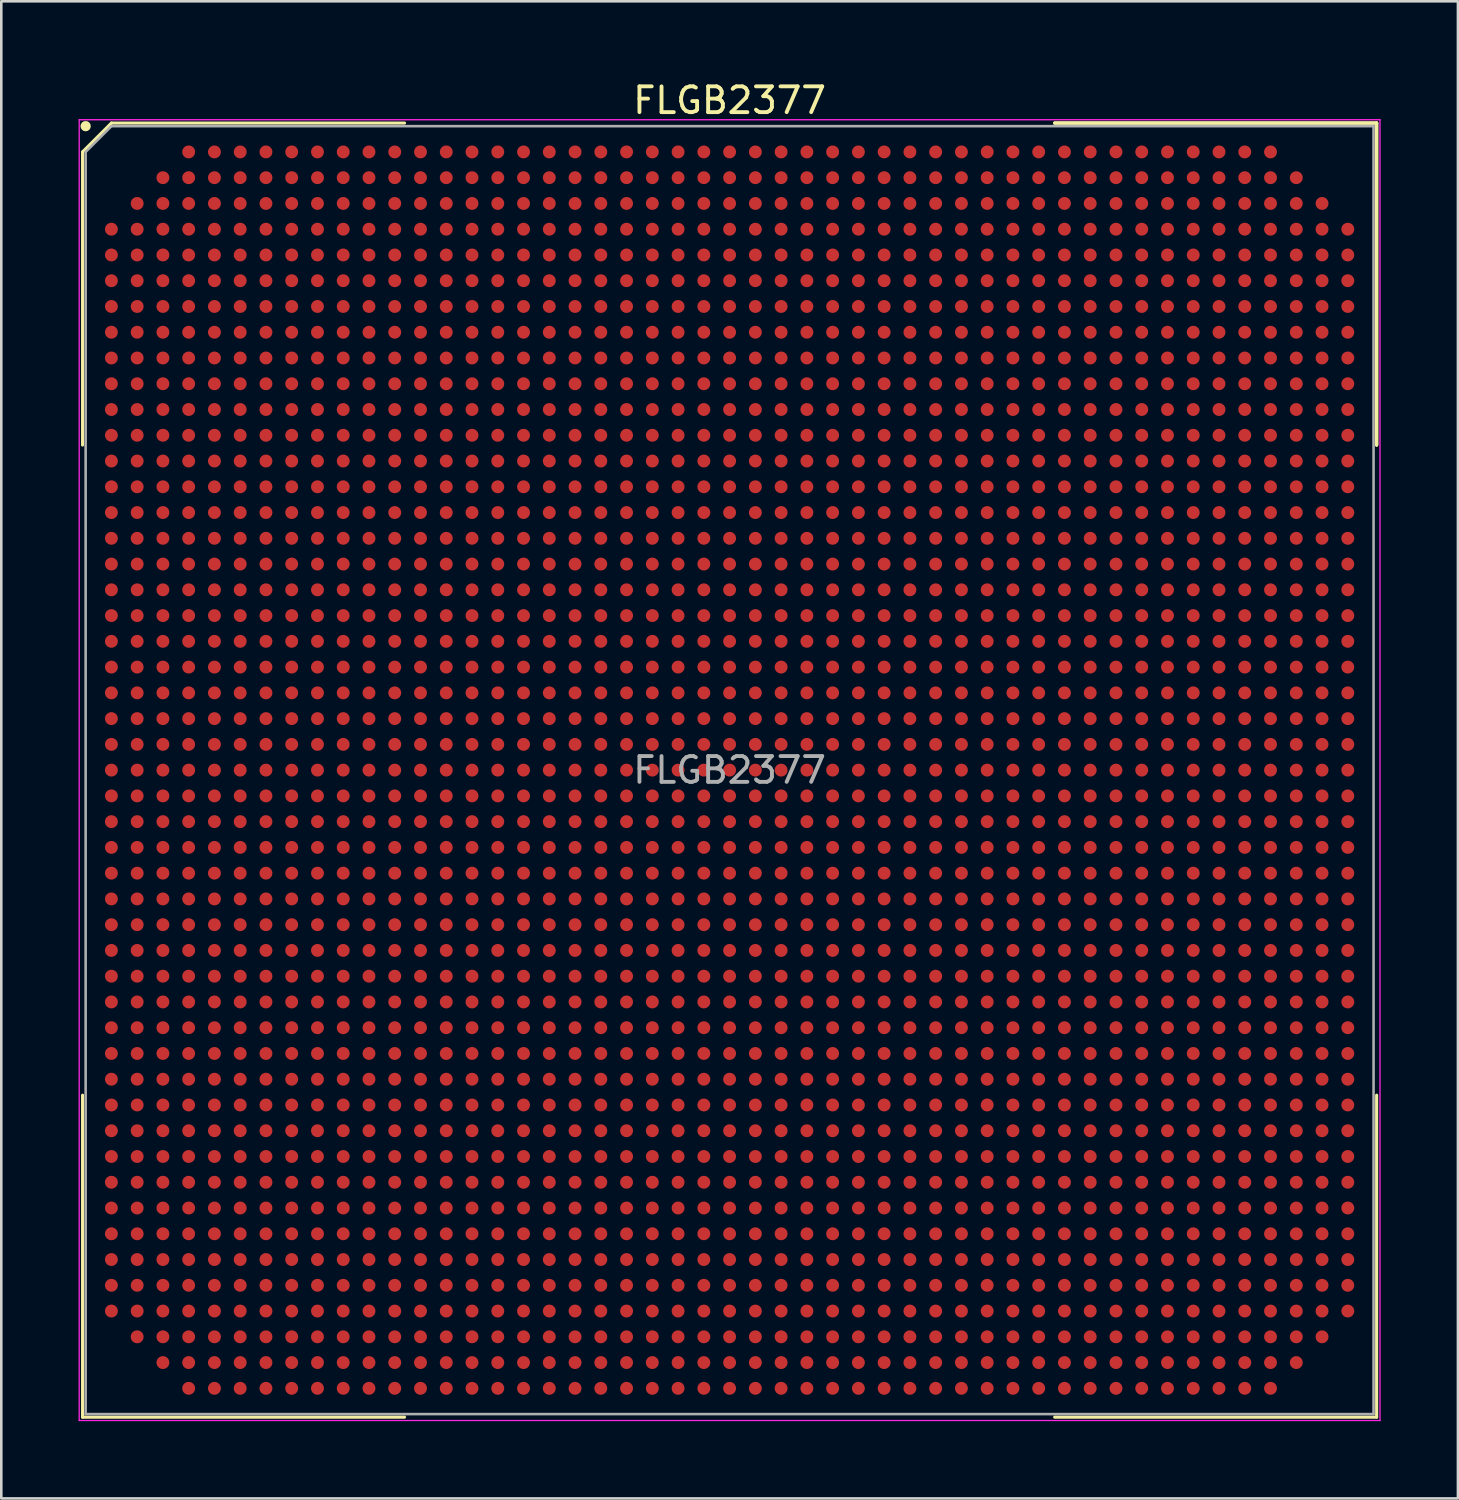
<source format=kicad_pcb>
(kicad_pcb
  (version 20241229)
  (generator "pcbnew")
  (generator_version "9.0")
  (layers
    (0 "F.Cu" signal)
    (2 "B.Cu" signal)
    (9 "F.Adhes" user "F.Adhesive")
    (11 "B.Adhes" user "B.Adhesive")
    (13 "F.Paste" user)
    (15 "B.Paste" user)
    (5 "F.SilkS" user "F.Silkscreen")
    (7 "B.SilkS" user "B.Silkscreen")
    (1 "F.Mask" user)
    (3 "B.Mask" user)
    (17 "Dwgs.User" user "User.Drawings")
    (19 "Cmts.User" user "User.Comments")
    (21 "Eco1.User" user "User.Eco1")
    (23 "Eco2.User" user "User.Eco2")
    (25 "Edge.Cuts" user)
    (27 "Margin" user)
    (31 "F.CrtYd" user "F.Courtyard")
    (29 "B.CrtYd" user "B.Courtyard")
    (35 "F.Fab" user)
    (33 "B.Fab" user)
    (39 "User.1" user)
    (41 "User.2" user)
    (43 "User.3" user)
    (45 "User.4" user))
  (footprint "FLGB2377"
    (layer "F.Cu")
    (at 25.275 26.848)
    (property "Reference" "FLGB2377" (at 0 -26 0) (layer "F.SilkS") (effects (font (size 1 1) (thickness 0.15))))
    (attr smd)
    (fp_line (start -25.12 -24) (end -25.12 -12.62) (stroke (width 0.12) (type solid)) (layer "F.SilkS"))
    (fp_line (start -25.12 25.12) (end -25.12 12.62) (stroke (width 0.12) (type solid)) (layer "F.SilkS"))
    (fp_line (start -24 -25.12) (end -25.12 -24) (stroke (width 0.12) (type solid)) (layer "F.SilkS"))
    (fp_line (start -12.62 -25.12) (end -24 -25.12) (stroke (width 0.12) (type solid)) (layer "F.SilkS"))
    (fp_line (start -12.62 25.12) (end -25.12 25.12) (stroke (width 0.12) (type solid)) (layer "F.SilkS"))
    (fp_line (start 12.62 -25.12) (end 25.12 -25.12) (stroke (width 0.12) (type solid)) (layer "F.SilkS"))
    (fp_line (start 12.62 -25.12) (end 25.12 -25.12) (stroke (width 0.12) (type solid)) (layer "F.SilkS"))
    (fp_line (start 12.62 -25.12) (end 25.12 -25.12) (stroke (width 0.12) (type solid)) (layer "F.SilkS"))
    (fp_line (start 12.62 25.12) (end 25.12 25.12) (stroke (width 0.12) (type solid)) (layer "F.SilkS"))
    (fp_line (start 25.12 -25.12) (end 25.12 -12.62) (stroke (width 0.12) (type solid)) (layer "F.SilkS"))
    (fp_line (start 25.12 -25.12) (end 25.12 -12.62) (stroke (width 0.12) (type solid)) (layer "F.SilkS"))
    (fp_line (start 25.12 -25.12) (end 25.12 -12.62) (stroke (width 0.12) (type solid)) (layer "F.SilkS"))
    (fp_line (start 25.12 25.12) (end 25.12 12.62) (stroke (width 0.12) (type solid)) (layer "F.SilkS"))
    (fp_circle (center -25 -25) (end -25 -24.9) (stroke (width 0.2) (type solid)) (fill no) (layer "F.SilkS"))
    (fp_line (start -25.25 -25.25) (end 25.25 -25.25) (stroke (width 0.05) (type solid)) (layer "F.CrtYd"))
    (fp_line (start -25.25 25.25) (end -25.25 -25.25) (stroke (width 0.05) (type solid)) (layer "F.CrtYd"))
    (fp_line (start 25.25 -25.25) (end 25.25 25.25) (stroke (width 0.05) (type solid)) (layer "F.CrtYd"))
    (fp_line (start 25.25 25.25) (end -25.25 25.25) (stroke (width 0.05) (type solid)) (layer "F.CrtYd"))
    (fp_line (start -25 -24) (end -25 25) (stroke (width 0.1) (type solid)) (layer "F.Fab"))
    (fp_line (start -25 25) (end 25 25) (stroke (width 0.1) (type solid)) (layer "F.Fab"))
    (fp_line (start -24 -25) (end -25 -24) (stroke (width 0.1) (type solid)) (layer "F.Fab"))
    (fp_line (start 25 -25) (end -24 -25) (stroke (width 0.1) (type solid)) (layer "F.Fab"))
    (fp_line (start 25 25) (end 25 -25) (stroke (width 0.1) (type solid)) (layer "F.Fab"))
    (fp_text user "${REFERENCE}" (at 0 0 0) (layer "F.Fab") (effects (font (size 1 1) (thickness 0.15))))
    (pad "A4" smd circle (at -21 -24) (size 0.5 0.5) (layers "F.Cu" "F.Mask" "F.Paste"))
    (pad "A5" smd circle (at -20 -24) (size 0.5 0.5) (layers "F.Cu" "F.Mask" "F.Paste"))
    (pad "A6" smd circle (at -19 -24) (size 0.5 0.5) (layers "F.Cu" "F.Mask" "F.Paste"))
    (pad "A7" smd circle (at -18 -24) (size 0.5 0.5) (layers "F.Cu" "F.Mask" "F.Paste"))
    (pad "A8" smd circle (at -17 -24) (size 0.5 0.5) (layers "F.Cu" "F.Mask" "F.Paste"))
    (pad "A9" smd circle (at -16 -24) (size 0.5 0.5) (layers "F.Cu" "F.Mask" "F.Paste"))
    (pad "A10" smd circle (at -15 -24) (size 0.5 0.5) (layers "F.Cu" "F.Mask" "F.Paste"))
    (pad "A11" smd circle (at -14 -24) (size 0.5 0.5) (layers "F.Cu" "F.Mask" "F.Paste"))
    (pad "A12" smd circle (at -13 -24) (size 0.5 0.5) (layers "F.Cu" "F.Mask" "F.Paste"))
    (pad "A13" smd circle (at -12 -24) (size 0.5 0.5) (layers "F.Cu" "F.Mask" "F.Paste"))
    (pad "A14" smd circle (at -11 -24) (size 0.5 0.5) (layers "F.Cu" "F.Mask" "F.Paste"))
    (pad "A15" smd circle (at -10 -24) (size 0.5 0.5) (layers "F.Cu" "F.Mask" "F.Paste"))
    (pad "A16" smd circle (at -9 -24) (size 0.5 0.5) (layers "F.Cu" "F.Mask" "F.Paste"))
    (pad "A17" smd circle (at -8 -24) (size 0.5 0.5) (layers "F.Cu" "F.Mask" "F.Paste"))
    (pad "A18" smd circle (at -7 -24) (size 0.5 0.5) (layers "F.Cu" "F.Mask" "F.Paste"))
    (pad "A19" smd circle (at -6 -24) (size 0.5 0.5) (layers "F.Cu" "F.Mask" "F.Paste"))
    (pad "A20" smd circle (at -5 -24) (size 0.5 0.5) (layers "F.Cu" "F.Mask" "F.Paste"))
    (pad "A21" smd circle (at -4 -24) (size 0.5 0.5) (layers "F.Cu" "F.Mask" "F.Paste"))
    (pad "A22" smd circle (at -3 -24) (size 0.5 0.5) (layers "F.Cu" "F.Mask" "F.Paste"))
    (pad "A23" smd circle (at -2 -24) (size 0.5 0.5) (layers "F.Cu" "F.Mask" "F.Paste"))
    (pad "A24" smd circle (at -1 -24) (size 0.5 0.5) (layers "F.Cu" "F.Mask" "F.Paste"))
    (pad "A25" smd circle (at 0 -24) (size 0.5 0.5) (layers "F.Cu" "F.Mask" "F.Paste"))
    (pad "A26" smd circle (at 1 -24) (size 0.5 0.5) (layers "F.Cu" "F.Mask" "F.Paste"))
    (pad "A27" smd circle (at 2 -24) (size 0.5 0.5) (layers "F.Cu" "F.Mask" "F.Paste"))
    (pad "A28" smd circle (at 3 -24) (size 0.5 0.5) (layers "F.Cu" "F.Mask" "F.Paste"))
    (pad "A29" smd circle (at 4 -24) (size 0.5 0.5) (layers "F.Cu" "F.Mask" "F.Paste"))
    (pad "A30" smd circle (at 5 -24) (size 0.5 0.5) (layers "F.Cu" "F.Mask" "F.Paste"))
    (pad "A31" smd circle (at 6 -24) (size 0.5 0.5) (layers "F.Cu" "F.Mask" "F.Paste"))
    (pad "A32" smd circle (at 7 -24) (size 0.5 0.5) (layers "F.Cu" "F.Mask" "F.Paste"))
    (pad "A33" smd circle (at 8 -24) (size 0.5 0.5) (layers "F.Cu" "F.Mask" "F.Paste"))
    (pad "A34" smd circle (at 9 -24) (size 0.5 0.5) (layers "F.Cu" "F.Mask" "F.Paste"))
    (pad "A35" smd circle (at 10 -24) (size 0.5 0.5) (layers "F.Cu" "F.Mask" "F.Paste"))
    (pad "A36" smd circle (at 11 -24) (size 0.5 0.5) (layers "F.Cu" "F.Mask" "F.Paste"))
    (pad "A37" smd circle (at 12 -24) (size 0.5 0.5) (layers "F.Cu" "F.Mask" "F.Paste"))
    (pad "A38" smd circle (at 13 -24) (size 0.5 0.5) (layers "F.Cu" "F.Mask" "F.Paste"))
    (pad "A39" smd circle (at 14 -24) (size 0.5 0.5) (layers "F.Cu" "F.Mask" "F.Paste"))
    (pad "A40" smd circle (at 15 -24) (size 0.5 0.5) (layers "F.Cu" "F.Mask" "F.Paste"))
    (pad "A41" smd circle (at 16 -24) (size 0.5 0.5) (layers "F.Cu" "F.Mask" "F.Paste"))
    (pad "A42" smd circle (at 17 -24) (size 0.5 0.5) (layers "F.Cu" "F.Mask" "F.Paste"))
    (pad "A43" smd circle (at 18 -24) (size 0.5 0.5) (layers "F.Cu" "F.Mask" "F.Paste"))
    (pad "A44" smd circle (at 19 -24) (size 0.5 0.5) (layers "F.Cu" "F.Mask" "F.Paste"))
    (pad "A45" smd circle (at 20 -24) (size 0.5 0.5) (layers "F.Cu" "F.Mask" "F.Paste"))
    (pad "A46" smd circle (at 21 -24) (size 0.5 0.5) (layers "F.Cu" "F.Mask" "F.Paste"))
    (pad "AA1" smd circle (at -24 -4) (size 0.5 0.5) (layers "F.Cu" "F.Mask" "F.Paste"))
    (pad "AA2" smd circle (at -23 -4) (size 0.5 0.5) (layers "F.Cu" "F.Mask" "F.Paste"))
    (pad "AA3" smd circle (at -22 -4) (size 0.5 0.5) (layers "F.Cu" "F.Mask" "F.Paste"))
    (pad "AA4" smd circle (at -21 -4) (size 0.5 0.5) (layers "F.Cu" "F.Mask" "F.Paste"))
    (pad "AA5" smd circle (at -20 -4) (size 0.5 0.5) (layers "F.Cu" "F.Mask" "F.Paste"))
    (pad "AA6" smd circle (at -19 -4) (size 0.5 0.5) (layers "F.Cu" "F.Mask" "F.Paste"))
    (pad "AA7" smd circle (at -18 -4) (size 0.5 0.5) (layers "F.Cu" "F.Mask" "F.Paste"))
    (pad "AA8" smd circle (at -17 -4) (size 0.5 0.5) (layers "F.Cu" "F.Mask" "F.Paste"))
    (pad "AA9" smd circle (at -16 -4) (size 0.5 0.5) (layers "F.Cu" "F.Mask" "F.Paste"))
    (pad "AA10" smd circle (at -15 -4) (size 0.5 0.5) (layers "F.Cu" "F.Mask" "F.Paste"))
    (pad "AA11" smd circle (at -14 -4) (size 0.5 0.5) (layers "F.Cu" "F.Mask" "F.Paste"))
    (pad "AA12" smd circle (at -13 -4) (size 0.5 0.5) (layers "F.Cu" "F.Mask" "F.Paste"))
    (pad "AA13" smd circle (at -12 -4) (size 0.5 0.5) (layers "F.Cu" "F.Mask" "F.Paste"))
    (pad "AA14" smd circle (at -11 -4) (size 0.5 0.5) (layers "F.Cu" "F.Mask" "F.Paste"))
    (pad "AA15" smd circle (at -10 -4) (size 0.5 0.5) (layers "F.Cu" "F.Mask" "F.Paste"))
    (pad "AA16" smd circle (at -9 -4) (size 0.5 0.5) (layers "F.Cu" "F.Mask" "F.Paste"))
    (pad "AA17" smd circle (at -8 -4) (size 0.5 0.5) (layers "F.Cu" "F.Mask" "F.Paste"))
    (pad "AA18" smd circle (at -7 -4) (size 0.5 0.5) (layers "F.Cu" "F.Mask" "F.Paste"))
    (pad "AA19" smd circle (at -6 -4) (size 0.5 0.5) (layers "F.Cu" "F.Mask" "F.Paste"))
    (pad "AA20" smd circle (at -5 -4) (size 0.5 0.5) (layers "F.Cu" "F.Mask" "F.Paste"))
    (pad "AA21" smd circle (at -4 -4) (size 0.5 0.5) (layers "F.Cu" "F.Mask" "F.Paste"))
    (pad "AA22" smd circle (at -3 -4) (size 0.5 0.5) (layers "F.Cu" "F.Mask" "F.Paste"))
    (pad "AA23" smd circle (at -2 -4) (size 0.5 0.5) (layers "F.Cu" "F.Mask" "F.Paste"))
    (pad "AA24" smd circle (at -1 -4) (size 0.5 0.5) (layers "F.Cu" "F.Mask" "F.Paste"))
    (pad "AA25" smd circle (at 0 -4) (size 0.5 0.5) (layers "F.Cu" "F.Mask" "F.Paste"))
    (pad "AA26" smd circle (at 1 -4) (size 0.5 0.5) (layers "F.Cu" "F.Mask" "F.Paste"))
    (pad "AA27" smd circle (at 2 -4) (size 0.5 0.5) (layers "F.Cu" "F.Mask" "F.Paste"))
    (pad "AA28" smd circle (at 3 -4) (size 0.5 0.5) (layers "F.Cu" "F.Mask" "F.Paste"))
    (pad "AA29" smd circle (at 4 -4) (size 0.5 0.5) (layers "F.Cu" "F.Mask" "F.Paste"))
    (pad "AA30" smd circle (at 5 -4) (size 0.5 0.5) (layers "F.Cu" "F.Mask" "F.Paste"))
    (pad "AA31" smd circle (at 6 -4) (size 0.5 0.5) (layers "F.Cu" "F.Mask" "F.Paste"))
    (pad "AA32" smd circle (at 7 -4) (size 0.5 0.5) (layers "F.Cu" "F.Mask" "F.Paste"))
    (pad "AA33" smd circle (at 8 -4) (size 0.5 0.5) (layers "F.Cu" "F.Mask" "F.Paste"))
    (pad "AA34" smd circle (at 9 -4) (size 0.5 0.5) (layers "F.Cu" "F.Mask" "F.Paste"))
    (pad "AA35" smd circle (at 10 -4) (size 0.5 0.5) (layers "F.Cu" "F.Mask" "F.Paste"))
    (pad "AA36" smd circle (at 11 -4) (size 0.5 0.5) (layers "F.Cu" "F.Mask" "F.Paste"))
    (pad "AA37" smd circle (at 12 -4) (size 0.5 0.5) (layers "F.Cu" "F.Mask" "F.Paste"))
    (pad "AA38" smd circle (at 13 -4) (size 0.5 0.5) (layers "F.Cu" "F.Mask" "F.Paste"))
    (pad "AA39" smd circle (at 14 -4) (size 0.5 0.5) (layers "F.Cu" "F.Mask" "F.Paste"))
    (pad "AA40" smd circle (at 15 -4) (size 0.5 0.5) (layers "F.Cu" "F.Mask" "F.Paste"))
    (pad "AA41" smd circle (at 16 -4) (size 0.5 0.5) (layers "F.Cu" "F.Mask" "F.Paste"))
    (pad "AA42" smd circle (at 17 -4) (size 0.5 0.5) (layers "F.Cu" "F.Mask" "F.Paste"))
    (pad "AA43" smd circle (at 18 -4) (size 0.5 0.5) (layers "F.Cu" "F.Mask" "F.Paste"))
    (pad "AA44" smd circle (at 19 -4) (size 0.5 0.5) (layers "F.Cu" "F.Mask" "F.Paste"))
    (pad "AA45" smd circle (at 20 -4) (size 0.5 0.5) (layers "F.Cu" "F.Mask" "F.Paste"))
    (pad "AA46" smd circle (at 21 -4) (size 0.5 0.5) (layers "F.Cu" "F.Mask" "F.Paste"))
    (pad "AA47" smd circle (at 22 -4) (size 0.5 0.5) (layers "F.Cu" "F.Mask" "F.Paste"))
    (pad "AA48" smd circle (at 23 -4) (size 0.5 0.5) (layers "F.Cu" "F.Mask" "F.Paste"))
    (pad "AA49" smd circle (at 24 -4) (size 0.5 0.5) (layers "F.Cu" "F.Mask" "F.Paste"))
    (pad "AB1" smd circle (at -24 -3) (size 0.5 0.5) (layers "F.Cu" "F.Mask" "F.Paste"))
    (pad "AB2" smd circle (at -23 -3) (size 0.5 0.5) (layers "F.Cu" "F.Mask" "F.Paste"))
    (pad "AB3" smd circle (at -22 -3) (size 0.5 0.5) (layers "F.Cu" "F.Mask" "F.Paste"))
    (pad "AB4" smd circle (at -21 -3) (size 0.5 0.5) (layers "F.Cu" "F.Mask" "F.Paste"))
    (pad "AB5" smd circle (at -20 -3) (size 0.5 0.5) (layers "F.Cu" "F.Mask" "F.Paste"))
    (pad "AB6" smd circle (at -19 -3) (size 0.5 0.5) (layers "F.Cu" "F.Mask" "F.Paste"))
    (pad "AB7" smd circle (at -18 -3) (size 0.5 0.5) (layers "F.Cu" "F.Mask" "F.Paste"))
    (pad "AB8" smd circle (at -17 -3) (size 0.5 0.5) (layers "F.Cu" "F.Mask" "F.Paste"))
    (pad "AB9" smd circle (at -16 -3) (size 0.5 0.5) (layers "F.Cu" "F.Mask" "F.Paste"))
    (pad "AB10" smd circle (at -15 -3) (size 0.5 0.5) (layers "F.Cu" "F.Mask" "F.Paste"))
    (pad "AB11" smd circle (at -14 -3) (size 0.5 0.5) (layers "F.Cu" "F.Mask" "F.Paste"))
    (pad "AB12" smd circle (at -13 -3) (size 0.5 0.5) (layers "F.Cu" "F.Mask" "F.Paste"))
    (pad "AB13" smd circle (at -12 -3) (size 0.5 0.5) (layers "F.Cu" "F.Mask" "F.Paste"))
    (pad "AB14" smd circle (at -11 -3) (size 0.5 0.5) (layers "F.Cu" "F.Mask" "F.Paste"))
    (pad "AB15" smd circle (at -10 -3) (size 0.5 0.5) (layers "F.Cu" "F.Mask" "F.Paste"))
    (pad "AB16" smd circle (at -9 -3) (size 0.5 0.5) (layers "F.Cu" "F.Mask" "F.Paste"))
    (pad "AB17" smd circle (at -8 -3) (size 0.5 0.5) (layers "F.Cu" "F.Mask" "F.Paste"))
    (pad "AB18" smd circle (at -7 -3) (size 0.5 0.5) (layers "F.Cu" "F.Mask" "F.Paste"))
    (pad "AB19" smd circle (at -6 -3) (size 0.5 0.5) (layers "F.Cu" "F.Mask" "F.Paste"))
    (pad "AB20" smd circle (at -5 -3) (size 0.5 0.5) (layers "F.Cu" "F.Mask" "F.Paste"))
    (pad "AB21" smd circle (at -4 -3) (size 0.5 0.5) (layers "F.Cu" "F.Mask" "F.Paste"))
    (pad "AB22" smd circle (at -3 -3) (size 0.5 0.5) (layers "F.Cu" "F.Mask" "F.Paste"))
    (pad "AB23" smd circle (at -2 -3) (size 0.5 0.5) (layers "F.Cu" "F.Mask" "F.Paste"))
    (pad "AB24" smd circle (at -1 -3) (size 0.5 0.5) (layers "F.Cu" "F.Mask" "F.Paste"))
    (pad "AB25" smd circle (at 0 -3) (size 0.5 0.5) (layers "F.Cu" "F.Mask" "F.Paste"))
    (pad "AB26" smd circle (at 1 -3) (size 0.5 0.5) (layers "F.Cu" "F.Mask" "F.Paste"))
    (pad "AB27" smd circle (at 2 -3) (size 0.5 0.5) (layers "F.Cu" "F.Mask" "F.Paste"))
    (pad "AB28" smd circle (at 3 -3) (size 0.5 0.5) (layers "F.Cu" "F.Mask" "F.Paste"))
    (pad "AB29" smd circle (at 4 -3) (size 0.5 0.5) (layers "F.Cu" "F.Mask" "F.Paste"))
    (pad "AB30" smd circle (at 5 -3) (size 0.5 0.5) (layers "F.Cu" "F.Mask" "F.Paste"))
    (pad "AB31" smd circle (at 6 -3) (size 0.5 0.5) (layers "F.Cu" "F.Mask" "F.Paste"))
    (pad "AB32" smd circle (at 7 -3) (size 0.5 0.5) (layers "F.Cu" "F.Mask" "F.Paste"))
    (pad "AB33" smd circle (at 8 -3) (size 0.5 0.5) (layers "F.Cu" "F.Mask" "F.Paste"))
    (pad "AB34" smd circle (at 9 -3) (size 0.5 0.5) (layers "F.Cu" "F.Mask" "F.Paste"))
    (pad "AB35" smd circle (at 10 -3) (size 0.5 0.5) (layers "F.Cu" "F.Mask" "F.Paste"))
    (pad "AB36" smd circle (at 11 -3) (size 0.5 0.5) (layers "F.Cu" "F.Mask" "F.Paste"))
    (pad "AB37" smd circle (at 12 -3) (size 0.5 0.5) (layers "F.Cu" "F.Mask" "F.Paste"))
    (pad "AB38" smd circle (at 13 -3) (size 0.5 0.5) (layers "F.Cu" "F.Mask" "F.Paste"))
    (pad "AB39" smd circle (at 14 -3) (size 0.5 0.5) (layers "F.Cu" "F.Mask" "F.Paste"))
    (pad "AB40" smd circle (at 15 -3) (size 0.5 0.5) (layers "F.Cu" "F.Mask" "F.Paste"))
    (pad "AB41" smd circle (at 16 -3) (size 0.5 0.5) (layers "F.Cu" "F.Mask" "F.Paste"))
    (pad "AB42" smd circle (at 17 -3) (size 0.5 0.5) (layers "F.Cu" "F.Mask" "F.Paste"))
    (pad "AB43" smd circle (at 18 -3) (size 0.5 0.5) (layers "F.Cu" "F.Mask" "F.Paste"))
    (pad "AB44" smd circle (at 19 -3) (size 0.5 0.5) (layers "F.Cu" "F.Mask" "F.Paste"))
    (pad "AB45" smd circle (at 20 -3) (size 0.5 0.5) (layers "F.Cu" "F.Mask" "F.Paste"))
    (pad "AB46" smd circle (at 21 -3) (size 0.5 0.5) (layers "F.Cu" "F.Mask" "F.Paste"))
    (pad "AB47" smd circle (at 22 -3) (size 0.5 0.5) (layers "F.Cu" "F.Mask" "F.Paste"))
    (pad "AB48" smd circle (at 23 -3) (size 0.5 0.5) (layers "F.Cu" "F.Mask" "F.Paste"))
    (pad "AB49" smd circle (at 24 -3) (size 0.5 0.5) (layers "F.Cu" "F.Mask" "F.Paste"))
    (pad "AC1" smd circle (at -24 -2) (size 0.5 0.5) (layers "F.Cu" "F.Mask" "F.Paste"))
    (pad "AC2" smd circle (at -23 -2) (size 0.5 0.5) (layers "F.Cu" "F.Mask" "F.Paste"))
    (pad "AC3" smd circle (at -22 -2) (size 0.5 0.5) (layers "F.Cu" "F.Mask" "F.Paste"))
    (pad "AC4" smd circle (at -21 -2) (size 0.5 0.5) (layers "F.Cu" "F.Mask" "F.Paste"))
    (pad "AC5" smd circle (at -20 -2) (size 0.5 0.5) (layers "F.Cu" "F.Mask" "F.Paste"))
    (pad "AC6" smd circle (at -19 -2) (size 0.5 0.5) (layers "F.Cu" "F.Mask" "F.Paste"))
    (pad "AC7" smd circle (at -18 -2) (size 0.5 0.5) (layers "F.Cu" "F.Mask" "F.Paste"))
    (pad "AC8" smd circle (at -17 -2) (size 0.5 0.5) (layers "F.Cu" "F.Mask" "F.Paste"))
    (pad "AC9" smd circle (at -16 -2) (size 0.5 0.5) (layers "F.Cu" "F.Mask" "F.Paste"))
    (pad "AC10" smd circle (at -15 -2) (size 0.5 0.5) (layers "F.Cu" "F.Mask" "F.Paste"))
    (pad "AC11" smd circle (at -14 -2) (size 0.5 0.5) (layers "F.Cu" "F.Mask" "F.Paste"))
    (pad "AC12" smd circle (at -13 -2) (size 0.5 0.5) (layers "F.Cu" "F.Mask" "F.Paste"))
    (pad "AC13" smd circle (at -12 -2) (size 0.5 0.5) (layers "F.Cu" "F.Mask" "F.Paste"))
    (pad "AC14" smd circle (at -11 -2) (size 0.5 0.5) (layers "F.Cu" "F.Mask" "F.Paste"))
    (pad "AC15" smd circle (at -10 -2) (size 0.5 0.5) (layers "F.Cu" "F.Mask" "F.Paste"))
    (pad "AC16" smd circle (at -9 -2) (size 0.5 0.5) (layers "F.Cu" "F.Mask" "F.Paste"))
    (pad "AC17" smd circle (at -8 -2) (size 0.5 0.5) (layers "F.Cu" "F.Mask" "F.Paste"))
    (pad "AC18" smd circle (at -7 -2) (size 0.5 0.5) (layers "F.Cu" "F.Mask" "F.Paste"))
    (pad "AC19" smd circle (at -6 -2) (size 0.5 0.5) (layers "F.Cu" "F.Mask" "F.Paste"))
    (pad "AC20" smd circle (at -5 -2) (size 0.5 0.5) (layers "F.Cu" "F.Mask" "F.Paste"))
    (pad "AC21" smd circle (at -4 -2) (size 0.5 0.5) (layers "F.Cu" "F.Mask" "F.Paste"))
    (pad "AC22" smd circle (at -3 -2) (size 0.5 0.5) (layers "F.Cu" "F.Mask" "F.Paste"))
    (pad "AC23" smd circle (at -2 -2) (size 0.5 0.5) (layers "F.Cu" "F.Mask" "F.Paste"))
    (pad "AC24" smd circle (at -1 -2) (size 0.5 0.5) (layers "F.Cu" "F.Mask" "F.Paste"))
    (pad "AC25" smd circle (at 0 -2) (size 0.5 0.5) (layers "F.Cu" "F.Mask" "F.Paste"))
    (pad "AC26" smd circle (at 1 -2) (size 0.5 0.5) (layers "F.Cu" "F.Mask" "F.Paste"))
    (pad "AC27" smd circle (at 2 -2) (size 0.5 0.5) (layers "F.Cu" "F.Mask" "F.Paste"))
    (pad "AC28" smd circle (at 3 -2) (size 0.5 0.5) (layers "F.Cu" "F.Mask" "F.Paste"))
    (pad "AC29" smd circle (at 4 -2) (size 0.5 0.5) (layers "F.Cu" "F.Mask" "F.Paste"))
    (pad "AC30" smd circle (at 5 -2) (size 0.5 0.5) (layers "F.Cu" "F.Mask" "F.Paste"))
    (pad "AC31" smd circle (at 6 -2) (size 0.5 0.5) (layers "F.Cu" "F.Mask" "F.Paste"))
    (pad "AC32" smd circle (at 7 -2) (size 0.5 0.5) (layers "F.Cu" "F.Mask" "F.Paste"))
    (pad "AC33" smd circle (at 8 -2) (size 0.5 0.5) (layers "F.Cu" "F.Mask" "F.Paste"))
    (pad "AC34" smd circle (at 9 -2) (size 0.5 0.5) (layers "F.Cu" "F.Mask" "F.Paste"))
    (pad "AC35" smd circle (at 10 -2) (size 0.5 0.5) (layers "F.Cu" "F.Mask" "F.Paste"))
    (pad "AC36" smd circle (at 11 -2) (size 0.5 0.5) (layers "F.Cu" "F.Mask" "F.Paste"))
    (pad "AC37" smd circle (at 12 -2) (size 0.5 0.5) (layers "F.Cu" "F.Mask" "F.Paste"))
    (pad "AC38" smd circle (at 13 -2) (size 0.5 0.5) (layers "F.Cu" "F.Mask" "F.Paste"))
    (pad "AC39" smd circle (at 14 -2) (size 0.5 0.5) (layers "F.Cu" "F.Mask" "F.Paste"))
    (pad "AC40" smd circle (at 15 -2) (size 0.5 0.5) (layers "F.Cu" "F.Mask" "F.Paste"))
    (pad "AC41" smd circle (at 16 -2) (size 0.5 0.5) (layers "F.Cu" "F.Mask" "F.Paste"))
    (pad "AC42" smd circle (at 17 -2) (size 0.5 0.5) (layers "F.Cu" "F.Mask" "F.Paste"))
    (pad "AC43" smd circle (at 18 -2) (size 0.5 0.5) (layers "F.Cu" "F.Mask" "F.Paste"))
    (pad "AC44" smd circle (at 19 -2) (size 0.5 0.5) (layers "F.Cu" "F.Mask" "F.Paste"))
    (pad "AC45" smd circle (at 20 -2) (size 0.5 0.5) (layers "F.Cu" "F.Mask" "F.Paste"))
    (pad "AC46" smd circle (at 21 -2) (size 0.5 0.5) (layers "F.Cu" "F.Mask" "F.Paste"))
    (pad "AC47" smd circle (at 22 -2) (size 0.5 0.5) (layers "F.Cu" "F.Mask" "F.Paste"))
    (pad "AC48" smd circle (at 23 -2) (size 0.5 0.5) (layers "F.Cu" "F.Mask" "F.Paste"))
    (pad "AC49" smd circle (at 24 -2) (size 0.5 0.5) (layers "F.Cu" "F.Mask" "F.Paste"))
    (pad "AD1" smd circle (at -24 -1) (size 0.5 0.5) (layers "F.Cu" "F.Mask" "F.Paste"))
    (pad "AD2" smd circle (at -23 -1) (size 0.5 0.5) (layers "F.Cu" "F.Mask" "F.Paste"))
    (pad "AD3" smd circle (at -22 -1) (size 0.5 0.5) (layers "F.Cu" "F.Mask" "F.Paste"))
    (pad "AD4" smd circle (at -21 -1) (size 0.5 0.5) (layers "F.Cu" "F.Mask" "F.Paste"))
    (pad "AD5" smd circle (at -20 -1) (size 0.5 0.5) (layers "F.Cu" "F.Mask" "F.Paste"))
    (pad "AD6" smd circle (at -19 -1) (size 0.5 0.5) (layers "F.Cu" "F.Mask" "F.Paste"))
    (pad "AD7" smd circle (at -18 -1) (size 0.5 0.5) (layers "F.Cu" "F.Mask" "F.Paste"))
    (pad "AD8" smd circle (at -17 -1) (size 0.5 0.5) (layers "F.Cu" "F.Mask" "F.Paste"))
    (pad "AD9" smd circle (at -16 -1) (size 0.5 0.5) (layers "F.Cu" "F.Mask" "F.Paste"))
    (pad "AD10" smd circle (at -15 -1) (size 0.5 0.5) (layers "F.Cu" "F.Mask" "F.Paste"))
    (pad "AD11" smd circle (at -14 -1) (size 0.5 0.5) (layers "F.Cu" "F.Mask" "F.Paste"))
    (pad "AD12" smd circle (at -13 -1) (size 0.5 0.5) (layers "F.Cu" "F.Mask" "F.Paste"))
    (pad "AD13" smd circle (at -12 -1) (size 0.5 0.5) (layers "F.Cu" "F.Mask" "F.Paste"))
    (pad "AD14" smd circle (at -11 -1) (size 0.5 0.5) (layers "F.Cu" "F.Mask" "F.Paste"))
    (pad "AD15" smd circle (at -10 -1) (size 0.5 0.5) (layers "F.Cu" "F.Mask" "F.Paste"))
    (pad "AD16" smd circle (at -9 -1) (size 0.5 0.5) (layers "F.Cu" "F.Mask" "F.Paste"))
    (pad "AD17" smd circle (at -8 -1) (size 0.5 0.5) (layers "F.Cu" "F.Mask" "F.Paste"))
    (pad "AD18" smd circle (at -7 -1) (size 0.5 0.5) (layers "F.Cu" "F.Mask" "F.Paste"))
    (pad "AD19" smd circle (at -6 -1) (size 0.5 0.5) (layers "F.Cu" "F.Mask" "F.Paste"))
    (pad "AD20" smd circle (at -5 -1) (size 0.5 0.5) (layers "F.Cu" "F.Mask" "F.Paste"))
    (pad "AD21" smd circle (at -4 -1) (size 0.5 0.5) (layers "F.Cu" "F.Mask" "F.Paste"))
    (pad "AD22" smd circle (at -3 -1) (size 0.5 0.5) (layers "F.Cu" "F.Mask" "F.Paste"))
    (pad "AD23" smd circle (at -2 -1) (size 0.5 0.5) (layers "F.Cu" "F.Mask" "F.Paste"))
    (pad "AD24" smd circle (at -1 -1) (size 0.5 0.5) (layers "F.Cu" "F.Mask" "F.Paste"))
    (pad "AD25" smd circle (at 0 -1) (size 0.5 0.5) (layers "F.Cu" "F.Mask" "F.Paste"))
    (pad "AD26" smd circle (at 1 -1) (size 0.5 0.5) (layers "F.Cu" "F.Mask" "F.Paste"))
    (pad "AD27" smd circle (at 2 -1) (size 0.5 0.5) (layers "F.Cu" "F.Mask" "F.Paste"))
    (pad "AD28" smd circle (at 3 -1) (size 0.5 0.5) (layers "F.Cu" "F.Mask" "F.Paste"))
    (pad "AD29" smd circle (at 4 -1) (size 0.5 0.5) (layers "F.Cu" "F.Mask" "F.Paste"))
    (pad "AD30" smd circle (at 5 -1) (size 0.5 0.5) (layers "F.Cu" "F.Mask" "F.Paste"))
    (pad "AD31" smd circle (at 6 -1) (size 0.5 0.5) (layers "F.Cu" "F.Mask" "F.Paste"))
    (pad "AD32" smd circle (at 7 -1) (size 0.5 0.5) (layers "F.Cu" "F.Mask" "F.Paste"))
    (pad "AD33" smd circle (at 8 -1) (size 0.5 0.5) (layers "F.Cu" "F.Mask" "F.Paste"))
    (pad "AD34" smd circle (at 9 -1) (size 0.5 0.5) (layers "F.Cu" "F.Mask" "F.Paste"))
    (pad "AD35" smd circle (at 10 -1) (size 0.5 0.5) (layers "F.Cu" "F.Mask" "F.Paste"))
    (pad "AD36" smd circle (at 11 -1) (size 0.5 0.5) (layers "F.Cu" "F.Mask" "F.Paste"))
    (pad "AD37" smd circle (at 12 -1) (size 0.5 0.5) (layers "F.Cu" "F.Mask" "F.Paste"))
    (pad "AD38" smd circle (at 13 -1) (size 0.5 0.5) (layers "F.Cu" "F.Mask" "F.Paste"))
    (pad "AD39" smd circle (at 14 -1) (size 0.5 0.5) (layers "F.Cu" "F.Mask" "F.Paste"))
    (pad "AD40" smd circle (at 15 -1) (size 0.5 0.5) (layers "F.Cu" "F.Mask" "F.Paste"))
    (pad "AD41" smd circle (at 16 -1) (size 0.5 0.5) (layers "F.Cu" "F.Mask" "F.Paste"))
    (pad "AD42" smd circle (at 17 -1) (size 0.5 0.5) (layers "F.Cu" "F.Mask" "F.Paste"))
    (pad "AD43" smd circle (at 18 -1) (size 0.5 0.5) (layers "F.Cu" "F.Mask" "F.Paste"))
    (pad "AD44" smd circle (at 19 -1) (size 0.5 0.5) (layers "F.Cu" "F.Mask" "F.Paste"))
    (pad "AD45" smd circle (at 20 -1) (size 0.5 0.5) (layers "F.Cu" "F.Mask" "F.Paste"))
    (pad "AD46" smd circle (at 21 -1) (size 0.5 0.5) (layers "F.Cu" "F.Mask" "F.Paste"))
    (pad "AD47" smd circle (at 22 -1) (size 0.5 0.5) (layers "F.Cu" "F.Mask" "F.Paste"))
    (pad "AD48" smd circle (at 23 -1) (size 0.5 0.5) (layers "F.Cu" "F.Mask" "F.Paste"))
    (pad "AD49" smd circle (at 24 -1) (size 0.5 0.5) (layers "F.Cu" "F.Mask" "F.Paste"))
    (pad "AE1" smd circle (at -24 0) (size 0.5 0.5) (layers "F.Cu" "F.Mask" "F.Paste"))
    (pad "AE2" smd circle (at -23 0) (size 0.5 0.5) (layers "F.Cu" "F.Mask" "F.Paste"))
    (pad "AE3" smd circle (at -22 0) (size 0.5 0.5) (layers "F.Cu" "F.Mask" "F.Paste"))
    (pad "AE4" smd circle (at -21 0) (size 0.5 0.5) (layers "F.Cu" "F.Mask" "F.Paste"))
    (pad "AE5" smd circle (at -20 0) (size 0.5 0.5) (layers "F.Cu" "F.Mask" "F.Paste"))
    (pad "AE6" smd circle (at -19 0) (size 0.5 0.5) (layers "F.Cu" "F.Mask" "F.Paste"))
    (pad "AE7" smd circle (at -18 0) (size 0.5 0.5) (layers "F.Cu" "F.Mask" "F.Paste"))
    (pad "AE8" smd circle (at -17 0) (size 0.5 0.5) (layers "F.Cu" "F.Mask" "F.Paste"))
    (pad "AE9" smd circle (at -16 0) (size 0.5 0.5) (layers "F.Cu" "F.Mask" "F.Paste"))
    (pad "AE10" smd circle (at -15 0) (size 0.5 0.5) (layers "F.Cu" "F.Mask" "F.Paste"))
    (pad "AE11" smd circle (at -14 0) (size 0.5 0.5) (layers "F.Cu" "F.Mask" "F.Paste"))
    (pad "AE12" smd circle (at -13 0) (size 0.5 0.5) (layers "F.Cu" "F.Mask" "F.Paste"))
    (pad "AE13" smd circle (at -12 0) (size 0.5 0.5) (layers "F.Cu" "F.Mask" "F.Paste"))
    (pad "AE14" smd circle (at -11 0) (size 0.5 0.5) (layers "F.Cu" "F.Mask" "F.Paste"))
    (pad "AE15" smd circle (at -10 0) (size 0.5 0.5) (layers "F.Cu" "F.Mask" "F.Paste"))
    (pad "AE16" smd circle (at -9 0) (size 0.5 0.5) (layers "F.Cu" "F.Mask" "F.Paste"))
    (pad "AE17" smd circle (at -8 0) (size 0.5 0.5) (layers "F.Cu" "F.Mask" "F.Paste"))
    (pad "AE18" smd circle (at -7 0) (size 0.5 0.5) (layers "F.Cu" "F.Mask" "F.Paste"))
    (pad "AE19" smd circle (at -6 0) (size 0.5 0.5) (layers "F.Cu" "F.Mask" "F.Paste"))
    (pad "AE20" smd circle (at -5 0) (size 0.5 0.5) (layers "F.Cu" "F.Mask" "F.Paste"))
    (pad "AE21" smd circle (at -4 0) (size 0.5 0.5) (layers "F.Cu" "F.Mask" "F.Paste"))
    (pad "AE22" smd circle (at -3 0) (size 0.5 0.5) (layers "F.Cu" "F.Mask" "F.Paste"))
    (pad "AE23" smd circle (at -2 0) (size 0.5 0.5) (layers "F.Cu" "F.Mask" "F.Paste"))
    (pad "AE24" smd circle (at -1 0) (size 0.5 0.5) (layers "F.Cu" "F.Mask" "F.Paste"))
    (pad "AE25" smd circle (at 0 0) (size 0.5 0.5) (layers "F.Cu" "F.Mask" "F.Paste"))
    (pad "AE26" smd circle (at 1 0) (size 0.5 0.5) (layers "F.Cu" "F.Mask" "F.Paste"))
    (pad "AE27" smd circle (at 2 0) (size 0.5 0.5) (layers "F.Cu" "F.Mask" "F.Paste"))
    (pad "AE28" smd circle (at 3 0) (size 0.5 0.5) (layers "F.Cu" "F.Mask" "F.Paste"))
    (pad "AE29" smd circle (at 4 0) (size 0.5 0.5) (layers "F.Cu" "F.Mask" "F.Paste"))
    (pad "AE30" smd circle (at 5 0) (size 0.5 0.5) (layers "F.Cu" "F.Mask" "F.Paste"))
    (pad "AE31" smd circle (at 6 0) (size 0.5 0.5) (layers "F.Cu" "F.Mask" "F.Paste"))
    (pad "AE32" smd circle (at 7 0) (size 0.5 0.5) (layers "F.Cu" "F.Mask" "F.Paste"))
    (pad "AE33" smd circle (at 8 0) (size 0.5 0.5) (layers "F.Cu" "F.Mask" "F.Paste"))
    (pad "AE34" smd circle (at 9 0) (size 0.5 0.5) (layers "F.Cu" "F.Mask" "F.Paste"))
    (pad "AE35" smd circle (at 10 0) (size 0.5 0.5) (layers "F.Cu" "F.Mask" "F.Paste"))
    (pad "AE36" smd circle (at 11 0) (size 0.5 0.5) (layers "F.Cu" "F.Mask" "F.Paste"))
    (pad "AE37" smd circle (at 12 0) (size 0.5 0.5) (layers "F.Cu" "F.Mask" "F.Paste"))
    (pad "AE38" smd circle (at 13 0) (size 0.5 0.5) (layers "F.Cu" "F.Mask" "F.Paste"))
    (pad "AE39" smd circle (at 14 0) (size 0.5 0.5) (layers "F.Cu" "F.Mask" "F.Paste"))
    (pad "AE40" smd circle (at 15 0) (size 0.5 0.5) (layers "F.Cu" "F.Mask" "F.Paste"))
    (pad "AE41" smd circle (at 16 0) (size 0.5 0.5) (layers "F.Cu" "F.Mask" "F.Paste"))
    (pad "AE42" smd circle (at 17 0) (size 0.5 0.5) (layers "F.Cu" "F.Mask" "F.Paste"))
    (pad "AE43" smd circle (at 18 0) (size 0.5 0.5) (layers "F.Cu" "F.Mask" "F.Paste"))
    (pad "AE44" smd circle (at 19 0) (size 0.5 0.5) (layers "F.Cu" "F.Mask" "F.Paste"))
    (pad "AE45" smd circle (at 20 0) (size 0.5 0.5) (layers "F.Cu" "F.Mask" "F.Paste"))
    (pad "AE46" smd circle (at 21 0) (size 0.5 0.5) (layers "F.Cu" "F.Mask" "F.Paste"))
    (pad "AE47" smd circle (at 22 0) (size 0.5 0.5) (layers "F.Cu" "F.Mask" "F.Paste"))
    (pad "AE48" smd circle (at 23 0) (size 0.5 0.5) (layers "F.Cu" "F.Mask" "F.Paste"))
    (pad "AE49" smd circle (at 24 0) (size 0.5 0.5) (layers "F.Cu" "F.Mask" "F.Paste"))
    (pad "AF1" smd circle (at -24 1) (size 0.5 0.5) (layers "F.Cu" "F.Mask" "F.Paste"))
    (pad "AF2" smd circle (at -23 1) (size 0.5 0.5) (layers "F.Cu" "F.Mask" "F.Paste"))
    (pad "AF3" smd circle (at -22 1) (size 0.5 0.5) (layers "F.Cu" "F.Mask" "F.Paste"))
    (pad "AF4" smd circle (at -21 1) (size 0.5 0.5) (layers "F.Cu" "F.Mask" "F.Paste"))
    (pad "AF5" smd circle (at -20 1) (size 0.5 0.5) (layers "F.Cu" "F.Mask" "F.Paste"))
    (pad "AF6" smd circle (at -19 1) (size 0.5 0.5) (layers "F.Cu" "F.Mask" "F.Paste"))
    (pad "AF7" smd circle (at -18 1) (size 0.5 0.5) (layers "F.Cu" "F.Mask" "F.Paste"))
    (pad "AF8" smd circle (at -17 1) (size 0.5 0.5) (layers "F.Cu" "F.Mask" "F.Paste"))
    (pad "AF9" smd circle (at -16 1) (size 0.5 0.5) (layers "F.Cu" "F.Mask" "F.Paste"))
    (pad "AF10" smd circle (at -15 1) (size 0.5 0.5) (layers "F.Cu" "F.Mask" "F.Paste"))
    (pad "AF11" smd circle (at -14 1) (size 0.5 0.5) (layers "F.Cu" "F.Mask" "F.Paste"))
    (pad "AF12" smd circle (at -13 1) (size 0.5 0.5) (layers "F.Cu" "F.Mask" "F.Paste"))
    (pad "AF13" smd circle (at -12 1) (size 0.5 0.5) (layers "F.Cu" "F.Mask" "F.Paste"))
    (pad "AF14" smd circle (at -11 1) (size 0.5 0.5) (layers "F.Cu" "F.Mask" "F.Paste"))
    (pad "AF15" smd circle (at -10 1) (size 0.5 0.5) (layers "F.Cu" "F.Mask" "F.Paste"))
    (pad "AF16" smd circle (at -9 1) (size 0.5 0.5) (layers "F.Cu" "F.Mask" "F.Paste"))
    (pad "AF17" smd circle (at -8 1) (size 0.5 0.5) (layers "F.Cu" "F.Mask" "F.Paste"))
    (pad "AF18" smd circle (at -7 1) (size 0.5 0.5) (layers "F.Cu" "F.Mask" "F.Paste"))
    (pad "AF19" smd circle (at -6 1) (size 0.5 0.5) (layers "F.Cu" "F.Mask" "F.Paste"))
    (pad "AF20" smd circle (at -5 1) (size 0.5 0.5) (layers "F.Cu" "F.Mask" "F.Paste"))
    (pad "AF21" smd circle (at -4 1) (size 0.5 0.5) (layers "F.Cu" "F.Mask" "F.Paste"))
    (pad "AF22" smd circle (at -3 1) (size 0.5 0.5) (layers "F.Cu" "F.Mask" "F.Paste"))
    (pad "AF23" smd circle (at -2 1) (size 0.5 0.5) (layers "F.Cu" "F.Mask" "F.Paste"))
    (pad "AF24" smd circle (at -1 1) (size 0.5 0.5) (layers "F.Cu" "F.Mask" "F.Paste"))
    (pad "AF25" smd circle (at 0 1) (size 0.5 0.5) (layers "F.Cu" "F.Mask" "F.Paste"))
    (pad "AF26" smd circle (at 1 1) (size 0.5 0.5) (layers "F.Cu" "F.Mask" "F.Paste"))
    (pad "AF27" smd circle (at 2 1) (size 0.5 0.5) (layers "F.Cu" "F.Mask" "F.Paste"))
    (pad "AF28" smd circle (at 3 1) (size 0.5 0.5) (layers "F.Cu" "F.Mask" "F.Paste"))
    (pad "AF29" smd circle (at 4 1) (size 0.5 0.5) (layers "F.Cu" "F.Mask" "F.Paste"))
    (pad "AF30" smd circle (at 5 1) (size 0.5 0.5) (layers "F.Cu" "F.Mask" "F.Paste"))
    (pad "AF31" smd circle (at 6 1) (size 0.5 0.5) (layers "F.Cu" "F.Mask" "F.Paste"))
    (pad "AF32" smd circle (at 7 1) (size 0.5 0.5) (layers "F.Cu" "F.Mask" "F.Paste"))
    (pad "AF33" smd circle (at 8 1) (size 0.5 0.5) (layers "F.Cu" "F.Mask" "F.Paste"))
    (pad "AF34" smd circle (at 9 1) (size 0.5 0.5) (layers "F.Cu" "F.Mask" "F.Paste"))
    (pad "AF35" smd circle (at 10 1) (size 0.5 0.5) (layers "F.Cu" "F.Mask" "F.Paste"))
    (pad "AF36" smd circle (at 11 1) (size 0.5 0.5) (layers "F.Cu" "F.Mask" "F.Paste"))
    (pad "AF37" smd circle (at 12 1) (size 0.5 0.5) (layers "F.Cu" "F.Mask" "F.Paste"))
    (pad "AF38" smd circle (at 13 1) (size 0.5 0.5) (layers "F.Cu" "F.Mask" "F.Paste"))
    (pad "AF39" smd circle (at 14 1) (size 0.5 0.5) (layers "F.Cu" "F.Mask" "F.Paste"))
    (pad "AF40" smd circle (at 15 1) (size 0.5 0.5) (layers "F.Cu" "F.Mask" "F.Paste"))
    (pad "AF41" smd circle (at 16 1) (size 0.5 0.5) (layers "F.Cu" "F.Mask" "F.Paste"))
    (pad "AF42" smd circle (at 17 1) (size 0.5 0.5) (layers "F.Cu" "F.Mask" "F.Paste"))
    (pad "AF43" smd circle (at 18 1) (size 0.5 0.5) (layers "F.Cu" "F.Mask" "F.Paste"))
    (pad "AF44" smd circle (at 19 1) (size 0.5 0.5) (layers "F.Cu" "F.Mask" "F.Paste"))
    (pad "AF45" smd circle (at 20 1) (size 0.5 0.5) (layers "F.Cu" "F.Mask" "F.Paste"))
    (pad "AF46" smd circle (at 21 1) (size 0.5 0.5) (layers "F.Cu" "F.Mask" "F.Paste"))
    (pad "AF47" smd circle (at 22 1) (size 0.5 0.5) (layers "F.Cu" "F.Mask" "F.Paste"))
    (pad "AF48" smd circle (at 23 1) (size 0.5 0.5) (layers "F.Cu" "F.Mask" "F.Paste"))
    (pad "AF49" smd circle (at 24 1) (size 0.5 0.5) (layers "F.Cu" "F.Mask" "F.Paste"))
    (pad "AG1" smd circle (at -24 2) (size 0.5 0.5) (layers "F.Cu" "F.Mask" "F.Paste"))
    (pad "AG2" smd circle (at -23 2) (size 0.5 0.5) (layers "F.Cu" "F.Mask" "F.Paste"))
    (pad "AG3" smd circle (at -22 2) (size 0.5 0.5) (layers "F.Cu" "F.Mask" "F.Paste"))
    (pad "AG4" smd circle (at -21 2) (size 0.5 0.5) (layers "F.Cu" "F.Mask" "F.Paste"))
    (pad "AG5" smd circle (at -20 2) (size 0.5 0.5) (layers "F.Cu" "F.Mask" "F.Paste"))
    (pad "AG6" smd circle (at -19 2) (size 0.5 0.5) (layers "F.Cu" "F.Mask" "F.Paste"))
    (pad "AG7" smd circle (at -18 2) (size 0.5 0.5) (layers "F.Cu" "F.Mask" "F.Paste"))
    (pad "AG8" smd circle (at -17 2) (size 0.5 0.5) (layers "F.Cu" "F.Mask" "F.Paste"))
    (pad "AG9" smd circle (at -16 2) (size 0.5 0.5) (layers "F.Cu" "F.Mask" "F.Paste"))
    (pad "AG10" smd circle (at -15 2) (size 0.5 0.5) (layers "F.Cu" "F.Mask" "F.Paste"))
    (pad "AG11" smd circle (at -14 2) (size 0.5 0.5) (layers "F.Cu" "F.Mask" "F.Paste"))
    (pad "AG12" smd circle (at -13 2) (size 0.5 0.5) (layers "F.Cu" "F.Mask" "F.Paste"))
    (pad "AG13" smd circle (at -12 2) (size 0.5 0.5) (layers "F.Cu" "F.Mask" "F.Paste"))
    (pad "AG14" smd circle (at -11 2) (size 0.5 0.5) (layers "F.Cu" "F.Mask" "F.Paste"))
    (pad "AG15" smd circle (at -10 2) (size 0.5 0.5) (layers "F.Cu" "F.Mask" "F.Paste"))
    (pad "AG16" smd circle (at -9 2) (size 0.5 0.5) (layers "F.Cu" "F.Mask" "F.Paste"))
    (pad "AG17" smd circle (at -8 2) (size 0.5 0.5) (layers "F.Cu" "F.Mask" "F.Paste"))
    (pad "AG18" smd circle (at -7 2) (size 0.5 0.5) (layers "F.Cu" "F.Mask" "F.Paste"))
    (pad "AG19" smd circle (at -6 2) (size 0.5 0.5) (layers "F.Cu" "F.Mask" "F.Paste"))
    (pad "AG20" smd circle (at -5 2) (size 0.5 0.5) (layers "F.Cu" "F.Mask" "F.Paste"))
    (pad "AG21" smd circle (at -4 2) (size 0.5 0.5) (layers "F.Cu" "F.Mask" "F.Paste"))
    (pad "AG22" smd circle (at -3 2) (size 0.5 0.5) (layers "F.Cu" "F.Mask" "F.Paste"))
    (pad "AG23" smd circle (at -2 2) (size 0.5 0.5) (layers "F.Cu" "F.Mask" "F.Paste"))
    (pad "AG24" smd circle (at -1 2) (size 0.5 0.5) (layers "F.Cu" "F.Mask" "F.Paste"))
    (pad "AG25" smd circle (at 0 2) (size 0.5 0.5) (layers "F.Cu" "F.Mask" "F.Paste"))
    (pad "AG26" smd circle (at 1 2) (size 0.5 0.5) (layers "F.Cu" "F.Mask" "F.Paste"))
    (pad "AG27" smd circle (at 2 2) (size 0.5 0.5) (layers "F.Cu" "F.Mask" "F.Paste"))
    (pad "AG28" smd circle (at 3 2) (size 0.5 0.5) (layers "F.Cu" "F.Mask" "F.Paste"))
    (pad "AG29" smd circle (at 4 2) (size 0.5 0.5) (layers "F.Cu" "F.Mask" "F.Paste"))
    (pad "AG30" smd circle (at 5 2) (size 0.5 0.5) (layers "F.Cu" "F.Mask" "F.Paste"))
    (pad "AG31" smd circle (at 6 2) (size 0.5 0.5) (layers "F.Cu" "F.Mask" "F.Paste"))
    (pad "AG32" smd circle (at 7 2) (size 0.5 0.5) (layers "F.Cu" "F.Mask" "F.Paste"))
    (pad "AG33" smd circle (at 8 2) (size 0.5 0.5) (layers "F.Cu" "F.Mask" "F.Paste"))
    (pad "AG34" smd circle (at 9 2) (size 0.5 0.5) (layers "F.Cu" "F.Mask" "F.Paste"))
    (pad "AG35" smd circle (at 10 2) (size 0.5 0.5) (layers "F.Cu" "F.Mask" "F.Paste"))
    (pad "AG36" smd circle (at 11 2) (size 0.5 0.5) (layers "F.Cu" "F.Mask" "F.Paste"))
    (pad "AG37" smd circle (at 12 2) (size 0.5 0.5) (layers "F.Cu" "F.Mask" "F.Paste"))
    (pad "AG38" smd circle (at 13 2) (size 0.5 0.5) (layers "F.Cu" "F.Mask" "F.Paste"))
    (pad "AG39" smd circle (at 14 2) (size 0.5 0.5) (layers "F.Cu" "F.Mask" "F.Paste"))
    (pad "AG40" smd circle (at 15 2) (size 0.5 0.5) (layers "F.Cu" "F.Mask" "F.Paste"))
    (pad "AG41" smd circle (at 16 2) (size 0.5 0.5) (layers "F.Cu" "F.Mask" "F.Paste"))
    (pad "AG42" smd circle (at 17 2) (size 0.5 0.5) (layers "F.Cu" "F.Mask" "F.Paste"))
    (pad "AG43" smd circle (at 18 2) (size 0.5 0.5) (layers "F.Cu" "F.Mask" "F.Paste"))
    (pad "AG44" smd circle (at 19 2) (size 0.5 0.5) (layers "F.Cu" "F.Mask" "F.Paste"))
    (pad "AG45" smd circle (at 20 2) (size 0.5 0.5) (layers "F.Cu" "F.Mask" "F.Paste"))
    (pad "AG46" smd circle (at 21 2) (size 0.5 0.5) (layers "F.Cu" "F.Mask" "F.Paste"))
    (pad "AG47" smd circle (at 22 2) (size 0.5 0.5) (layers "F.Cu" "F.Mask" "F.Paste"))
    (pad "AG48" smd circle (at 23 2) (size 0.5 0.5) (layers "F.Cu" "F.Mask" "F.Paste"))
    (pad "AG49" smd circle (at 24 2) (size 0.5 0.5) (layers "F.Cu" "F.Mask" "F.Paste"))
    (pad "AH1" smd circle (at -24 3) (size 0.5 0.5) (layers "F.Cu" "F.Mask" "F.Paste"))
    (pad "AH2" smd circle (at -23 3) (size 0.5 0.5) (layers "F.Cu" "F.Mask" "F.Paste"))
    (pad "AH3" smd circle (at -22 3) (size 0.5 0.5) (layers "F.Cu" "F.Mask" "F.Paste"))
    (pad "AH4" smd circle (at -21 3) (size 0.5 0.5) (layers "F.Cu" "F.Mask" "F.Paste"))
    (pad "AH5" smd circle (at -20 3) (size 0.5 0.5) (layers "F.Cu" "F.Mask" "F.Paste"))
    (pad "AH6" smd circle (at -19 3) (size 0.5 0.5) (layers "F.Cu" "F.Mask" "F.Paste"))
    (pad "AH7" smd circle (at -18 3) (size 0.5 0.5) (layers "F.Cu" "F.Mask" "F.Paste"))
    (pad "AH8" smd circle (at -17 3) (size 0.5 0.5) (layers "F.Cu" "F.Mask" "F.Paste"))
    (pad "AH9" smd circle (at -16 3) (size 0.5 0.5) (layers "F.Cu" "F.Mask" "F.Paste"))
    (pad "AH10" smd circle (at -15 3) (size 0.5 0.5) (layers "F.Cu" "F.Mask" "F.Paste"))
    (pad "AH11" smd circle (at -14 3) (size 0.5 0.5) (layers "F.Cu" "F.Mask" "F.Paste"))
    (pad "AH12" smd circle (at -13 3) (size 0.5 0.5) (layers "F.Cu" "F.Mask" "F.Paste"))
    (pad "AH13" smd circle (at -12 3) (size 0.5 0.5) (layers "F.Cu" "F.Mask" "F.Paste"))
    (pad "AH14" smd circle (at -11 3) (size 0.5 0.5) (layers "F.Cu" "F.Mask" "F.Paste"))
    (pad "AH15" smd circle (at -10 3) (size 0.5 0.5) (layers "F.Cu" "F.Mask" "F.Paste"))
    (pad "AH16" smd circle (at -9 3) (size 0.5 0.5) (layers "F.Cu" "F.Mask" "F.Paste"))
    (pad "AH17" smd circle (at -8 3) (size 0.5 0.5) (layers "F.Cu" "F.Mask" "F.Paste"))
    (pad "AH18" smd circle (at -7 3) (size 0.5 0.5) (layers "F.Cu" "F.Mask" "F.Paste"))
    (pad "AH19" smd circle (at -6 3) (size 0.5 0.5) (layers "F.Cu" "F.Mask" "F.Paste"))
    (pad "AH20" smd circle (at -5 3) (size 0.5 0.5) (layers "F.Cu" "F.Mask" "F.Paste"))
    (pad "AH21" smd circle (at -4 3) (size 0.5 0.5) (layers "F.Cu" "F.Mask" "F.Paste"))
    (pad "AH22" smd circle (at -3 3) (size 0.5 0.5) (layers "F.Cu" "F.Mask" "F.Paste"))
    (pad "AH23" smd circle (at -2 3) (size 0.5 0.5) (layers "F.Cu" "F.Mask" "F.Paste"))
    (pad "AH24" smd circle (at -1 3) (size 0.5 0.5) (layers "F.Cu" "F.Mask" "F.Paste"))
    (pad "AH25" smd circle (at 0 3) (size 0.5 0.5) (layers "F.Cu" "F.Mask" "F.Paste"))
    (pad "AH26" smd circle (at 1 3) (size 0.5 0.5) (layers "F.Cu" "F.Mask" "F.Paste"))
    (pad "AH27" smd circle (at 2 3) (size 0.5 0.5) (layers "F.Cu" "F.Mask" "F.Paste"))
    (pad "AH28" smd circle (at 3 3) (size 0.5 0.5) (layers "F.Cu" "F.Mask" "F.Paste"))
    (pad "AH29" smd circle (at 4 3) (size 0.5 0.5) (layers "F.Cu" "F.Mask" "F.Paste"))
    (pad "AH30" smd circle (at 5 3) (size 0.5 0.5) (layers "F.Cu" "F.Mask" "F.Paste"))
    (pad "AH31" smd circle (at 6 3) (size 0.5 0.5) (layers "F.Cu" "F.Mask" "F.Paste"))
    (pad "AH32" smd circle (at 7 3) (size 0.5 0.5) (layers "F.Cu" "F.Mask" "F.Paste"))
    (pad "AH33" smd circle (at 8 3) (size 0.5 0.5) (layers "F.Cu" "F.Mask" "F.Paste"))
    (pad "AH34" smd circle (at 9 3) (size 0.5 0.5) (layers "F.Cu" "F.Mask" "F.Paste"))
    (pad "AH35" smd circle (at 10 3) (size 0.5 0.5) (layers "F.Cu" "F.Mask" "F.Paste"))
    (pad "AH36" smd circle (at 11 3) (size 0.5 0.5) (layers "F.Cu" "F.Mask" "F.Paste"))
    (pad "AH37" smd circle (at 12 3) (size 0.5 0.5) (layers "F.Cu" "F.Mask" "F.Paste"))
    (pad "AH38" smd circle (at 13 3) (size 0.5 0.5) (layers "F.Cu" "F.Mask" "F.Paste"))
    (pad "AH39" smd circle (at 14 3) (size 0.5 0.5) (layers "F.Cu" "F.Mask" "F.Paste"))
    (pad "AH40" smd circle (at 15 3) (size 0.5 0.5) (layers "F.Cu" "F.Mask" "F.Paste"))
    (pad "AH41" smd circle (at 16 3) (size 0.5 0.5) (layers "F.Cu" "F.Mask" "F.Paste"))
    (pad "AH42" smd circle (at 17 3) (size 0.5 0.5) (layers "F.Cu" "F.Mask" "F.Paste"))
    (pad "AH43" smd circle (at 18 3) (size 0.5 0.5) (layers "F.Cu" "F.Mask" "F.Paste"))
    (pad "AH44" smd circle (at 19 3) (size 0.5 0.5) (layers "F.Cu" "F.Mask" "F.Paste"))
    (pad "AH45" smd circle (at 20 3) (size 0.5 0.5) (layers "F.Cu" "F.Mask" "F.Paste"))
    (pad "AH46" smd circle (at 21 3) (size 0.5 0.5) (layers "F.Cu" "F.Mask" "F.Paste"))
    (pad "AH47" smd circle (at 22 3) (size 0.5 0.5) (layers "F.Cu" "F.Mask" "F.Paste"))
    (pad "AH48" smd circle (at 23 3) (size 0.5 0.5) (layers "F.Cu" "F.Mask" "F.Paste"))
    (pad "AH49" smd circle (at 24 3) (size 0.5 0.5) (layers "F.Cu" "F.Mask" "F.Paste"))
    (pad "AJ1" smd circle (at -24 4) (size 0.5 0.5) (layers "F.Cu" "F.Mask" "F.Paste"))
    (pad "AJ2" smd circle (at -23 4) (size 0.5 0.5) (layers "F.Cu" "F.Mask" "F.Paste"))
    (pad "AJ3" smd circle (at -22 4) (size 0.5 0.5) (layers "F.Cu" "F.Mask" "F.Paste"))
    (pad "AJ4" smd circle (at -21 4) (size 0.5 0.5) (layers "F.Cu" "F.Mask" "F.Paste"))
    (pad "AJ5" smd circle (at -20 4) (size 0.5 0.5) (layers "F.Cu" "F.Mask" "F.Paste"))
    (pad "AJ6" smd circle (at -19 4) (size 0.5 0.5) (layers "F.Cu" "F.Mask" "F.Paste"))
    (pad "AJ7" smd circle (at -18 4) (size 0.5 0.5) (layers "F.Cu" "F.Mask" "F.Paste"))
    (pad "AJ8" smd circle (at -17 4) (size 0.5 0.5) (layers "F.Cu" "F.Mask" "F.Paste"))
    (pad "AJ9" smd circle (at -16 4) (size 0.5 0.5) (layers "F.Cu" "F.Mask" "F.Paste"))
    (pad "AJ10" smd circle (at -15 4) (size 0.5 0.5) (layers "F.Cu" "F.Mask" "F.Paste"))
    (pad "AJ11" smd circle (at -14 4) (size 0.5 0.5) (layers "F.Cu" "F.Mask" "F.Paste"))
    (pad "AJ12" smd circle (at -13 4) (size 0.5 0.5) (layers "F.Cu" "F.Mask" "F.Paste"))
    (pad "AJ13" smd circle (at -12 4) (size 0.5 0.5) (layers "F.Cu" "F.Mask" "F.Paste"))
    (pad "AJ14" smd circle (at -11 4) (size 0.5 0.5) (layers "F.Cu" "F.Mask" "F.Paste"))
    (pad "AJ15" smd circle (at -10 4) (size 0.5 0.5) (layers "F.Cu" "F.Mask" "F.Paste"))
    (pad "AJ16" smd circle (at -9 4) (size 0.5 0.5) (layers "F.Cu" "F.Mask" "F.Paste"))
    (pad "AJ17" smd circle (at -8 4) (size 0.5 0.5) (layers "F.Cu" "F.Mask" "F.Paste"))
    (pad "AJ18" smd circle (at -7 4) (size 0.5 0.5) (layers "F.Cu" "F.Mask" "F.Paste"))
    (pad "AJ19" smd circle (at -6 4) (size 0.5 0.5) (layers "F.Cu" "F.Mask" "F.Paste"))
    (pad "AJ20" smd circle (at -5 4) (size 0.5 0.5) (layers "F.Cu" "F.Mask" "F.Paste"))
    (pad "AJ21" smd circle (at -4 4) (size 0.5 0.5) (layers "F.Cu" "F.Mask" "F.Paste"))
    (pad "AJ22" smd circle (at -3 4) (size 0.5 0.5) (layers "F.Cu" "F.Mask" "F.Paste"))
    (pad "AJ23" smd circle (at -2 4) (size 0.5 0.5) (layers "F.Cu" "F.Mask" "F.Paste"))
    (pad "AJ24" smd circle (at -1 4) (size 0.5 0.5) (layers "F.Cu" "F.Mask" "F.Paste"))
    (pad "AJ25" smd circle (at 0 4) (size 0.5 0.5) (layers "F.Cu" "F.Mask" "F.Paste"))
    (pad "AJ26" smd circle (at 1 4) (size 0.5 0.5) (layers "F.Cu" "F.Mask" "F.Paste"))
    (pad "AJ27" smd circle (at 2 4) (size 0.5 0.5) (layers "F.Cu" "F.Mask" "F.Paste"))
    (pad "AJ28" smd circle (at 3 4) (size 0.5 0.5) (layers "F.Cu" "F.Mask" "F.Paste"))
    (pad "AJ29" smd circle (at 4 4) (size 0.5 0.5) (layers "F.Cu" "F.Mask" "F.Paste"))
    (pad "AJ30" smd circle (at 5 4) (size 0.5 0.5) (layers "F.Cu" "F.Mask" "F.Paste"))
    (pad "AJ31" smd circle (at 6 4) (size 0.5 0.5) (layers "F.Cu" "F.Mask" "F.Paste"))
    (pad "AJ32" smd circle (at 7 4) (size 0.5 0.5) (layers "F.Cu" "F.Mask" "F.Paste"))
    (pad "AJ33" smd circle (at 8 4) (size 0.5 0.5) (layers "F.Cu" "F.Mask" "F.Paste"))
    (pad "AJ34" smd circle (at 9 4) (size 0.5 0.5) (layers "F.Cu" "F.Mask" "F.Paste"))
    (pad "AJ35" smd circle (at 10 4) (size 0.5 0.5) (layers "F.Cu" "F.Mask" "F.Paste"))
    (pad "AJ36" smd circle (at 11 4) (size 0.5 0.5) (layers "F.Cu" "F.Mask" "F.Paste"))
    (pad "AJ37" smd circle (at 12 4) (size 0.5 0.5) (layers "F.Cu" "F.Mask" "F.Paste"))
    (pad "AJ38" smd circle (at 13 4) (size 0.5 0.5) (layers "F.Cu" "F.Mask" "F.Paste"))
    (pad "AJ39" smd circle (at 14 4) (size 0.5 0.5) (layers "F.Cu" "F.Mask" "F.Paste"))
    (pad "AJ40" smd circle (at 15 4) (size 0.5 0.5) (layers "F.Cu" "F.Mask" "F.Paste"))
    (pad "AJ41" smd circle (at 16 4) (size 0.5 0.5) (layers "F.Cu" "F.Mask" "F.Paste"))
    (pad "AJ42" smd circle (at 17 4) (size 0.5 0.5) (layers "F.Cu" "F.Mask" "F.Paste"))
    (pad "AJ43" smd circle (at 18 4) (size 0.5 0.5) (layers "F.Cu" "F.Mask" "F.Paste"))
    (pad "AJ44" smd circle (at 19 4) (size 0.5 0.5) (layers "F.Cu" "F.Mask" "F.Paste"))
    (pad "AJ45" smd circle (at 20 4) (size 0.5 0.5) (layers "F.Cu" "F.Mask" "F.Paste"))
    (pad "AJ46" smd circle (at 21 4) (size 0.5 0.5) (layers "F.Cu" "F.Mask" "F.Paste"))
    (pad "AJ47" smd circle (at 22 4) (size 0.5 0.5) (layers "F.Cu" "F.Mask" "F.Paste"))
    (pad "AJ48" smd circle (at 23 4) (size 0.5 0.5) (layers "F.Cu" "F.Mask" "F.Paste"))
    (pad "AJ49" smd circle (at 24 4) (size 0.5 0.5) (layers "F.Cu" "F.Mask" "F.Paste"))
    (pad "AK1" smd circle (at -24 5) (size 0.5 0.5) (layers "F.Cu" "F.Mask" "F.Paste"))
    (pad "AK2" smd circle (at -23 5) (size 0.5 0.5) (layers "F.Cu" "F.Mask" "F.Paste"))
    (pad "AK3" smd circle (at -22 5) (size 0.5 0.5) (layers "F.Cu" "F.Mask" "F.Paste"))
    (pad "AK4" smd circle (at -21 5) (size 0.5 0.5) (layers "F.Cu" "F.Mask" "F.Paste"))
    (pad "AK5" smd circle (at -20 5) (size 0.5 0.5) (layers "F.Cu" "F.Mask" "F.Paste"))
    (pad "AK6" smd circle (at -19 5) (size 0.5 0.5) (layers "F.Cu" "F.Mask" "F.Paste"))
    (pad "AK7" smd circle (at -18 5) (size 0.5 0.5) (layers "F.Cu" "F.Mask" "F.Paste"))
    (pad "AK8" smd circle (at -17 5) (size 0.5 0.5) (layers "F.Cu" "F.Mask" "F.Paste"))
    (pad "AK9" smd circle (at -16 5) (size 0.5 0.5) (layers "F.Cu" "F.Mask" "F.Paste"))
    (pad "AK10" smd circle (at -15 5) (size 0.5 0.5) (layers "F.Cu" "F.Mask" "F.Paste"))
    (pad "AK11" smd circle (at -14 5) (size 0.5 0.5) (layers "F.Cu" "F.Mask" "F.Paste"))
    (pad "AK12" smd circle (at -13 5) (size 0.5 0.5) (layers "F.Cu" "F.Mask" "F.Paste"))
    (pad "AK13" smd circle (at -12 5) (size 0.5 0.5) (layers "F.Cu" "F.Mask" "F.Paste"))
    (pad "AK14" smd circle (at -11 5) (size 0.5 0.5) (layers "F.Cu" "F.Mask" "F.Paste"))
    (pad "AK15" smd circle (at -10 5) (size 0.5 0.5) (layers "F.Cu" "F.Mask" "F.Paste"))
    (pad "AK16" smd circle (at -9 5) (size 0.5 0.5) (layers "F.Cu" "F.Mask" "F.Paste"))
    (pad "AK17" smd circle (at -8 5) (size 0.5 0.5) (layers "F.Cu" "F.Mask" "F.Paste"))
    (pad "AK18" smd circle (at -7 5) (size 0.5 0.5) (layers "F.Cu" "F.Mask" "F.Paste"))
    (pad "AK19" smd circle (at -6 5) (size 0.5 0.5) (layers "F.Cu" "F.Mask" "F.Paste"))
    (pad "AK20" smd circle (at -5 5) (size 0.5 0.5) (layers "F.Cu" "F.Mask" "F.Paste"))
    (pad "AK21" smd circle (at -4 5) (size 0.5 0.5) (layers "F.Cu" "F.Mask" "F.Paste"))
    (pad "AK22" smd circle (at -3 5) (size 0.5 0.5) (layers "F.Cu" "F.Mask" "F.Paste"))
    (pad "AK23" smd circle (at -2 5) (size 0.5 0.5) (layers "F.Cu" "F.Mask" "F.Paste"))
    (pad "AK24" smd circle (at -1 5) (size 0.5 0.5) (layers "F.Cu" "F.Mask" "F.Paste"))
    (pad "AK25" smd circle (at 0 5) (size 0.5 0.5) (layers "F.Cu" "F.Mask" "F.Paste"))
    (pad "AK26" smd circle (at 1 5) (size 0.5 0.5) (layers "F.Cu" "F.Mask" "F.Paste"))
    (pad "AK27" smd circle (at 2 5) (size 0.5 0.5) (layers "F.Cu" "F.Mask" "F.Paste"))
    (pad "AK28" smd circle (at 3 5) (size 0.5 0.5) (layers "F.Cu" "F.Mask" "F.Paste"))
    (pad "AK29" smd circle (at 4 5) (size 0.5 0.5) (layers "F.Cu" "F.Mask" "F.Paste"))
    (pad "AK30" smd circle (at 5 5) (size 0.5 0.5) (layers "F.Cu" "F.Mask" "F.Paste"))
    (pad "AK31" smd circle (at 6 5) (size 0.5 0.5) (layers "F.Cu" "F.Mask" "F.Paste"))
    (pad "AK32" smd circle (at 7 5) (size 0.5 0.5) (layers "F.Cu" "F.Mask" "F.Paste"))
    (pad "AK33" smd circle (at 8 5) (size 0.5 0.5) (layers "F.Cu" "F.Mask" "F.Paste"))
    (pad "AK34" smd circle (at 9 5) (size 0.5 0.5) (layers "F.Cu" "F.Mask" "F.Paste"))
    (pad "AK35" smd circle (at 10 5) (size 0.5 0.5) (layers "F.Cu" "F.Mask" "F.Paste"))
    (pad "AK36" smd circle (at 11 5) (size 0.5 0.5) (layers "F.Cu" "F.Mask" "F.Paste"))
    (pad "AK37" smd circle (at 12 5) (size 0.5 0.5) (layers "F.Cu" "F.Mask" "F.Paste"))
    (pad "AK38" smd circle (at 13 5) (size 0.5 0.5) (layers "F.Cu" "F.Mask" "F.Paste"))
    (pad "AK39" smd circle (at 14 5) (size 0.5 0.5) (layers "F.Cu" "F.Mask" "F.Paste"))
    (pad "AK40" smd circle (at 15 5) (size 0.5 0.5) (layers "F.Cu" "F.Mask" "F.Paste"))
    (pad "AK41" smd circle (at 16 5) (size 0.5 0.5) (layers "F.Cu" "F.Mask" "F.Paste"))
    (pad "AK42" smd circle (at 17 5) (size 0.5 0.5) (layers "F.Cu" "F.Mask" "F.Paste"))
    (pad "AK43" smd circle (at 18 5) (size 0.5 0.5) (layers "F.Cu" "F.Mask" "F.Paste"))
    (pad "AK44" smd circle (at 19 5) (size 0.5 0.5) (layers "F.Cu" "F.Mask" "F.Paste"))
    (pad "AK45" smd circle (at 20 5) (size 0.5 0.5) (layers "F.Cu" "F.Mask" "F.Paste"))
    (pad "AK46" smd circle (at 21 5) (size 0.5 0.5) (layers "F.Cu" "F.Mask" "F.Paste"))
    (pad "AK47" smd circle (at 22 5) (size 0.5 0.5) (layers "F.Cu" "F.Mask" "F.Paste"))
    (pad "AK48" smd circle (at 23 5) (size 0.5 0.5) (layers "F.Cu" "F.Mask" "F.Paste"))
    (pad "AK49" smd circle (at 24 5) (size 0.5 0.5) (layers "F.Cu" "F.Mask" "F.Paste"))
    (pad "AL1" smd circle (at -24 6) (size 0.5 0.5) (layers "F.Cu" "F.Mask" "F.Paste"))
    (pad "AL2" smd circle (at -23 6) (size 0.5 0.5) (layers "F.Cu" "F.Mask" "F.Paste"))
    (pad "AL3" smd circle (at -22 6) (size 0.5 0.5) (layers "F.Cu" "F.Mask" "F.Paste"))
    (pad "AL4" smd circle (at -21 6) (size 0.5 0.5) (layers "F.Cu" "F.Mask" "F.Paste"))
    (pad "AL5" smd circle (at -20 6) (size 0.5 0.5) (layers "F.Cu" "F.Mask" "F.Paste"))
    (pad "AL6" smd circle (at -19 6) (size 0.5 0.5) (layers "F.Cu" "F.Mask" "F.Paste"))
    (pad "AL7" smd circle (at -18 6) (size 0.5 0.5) (layers "F.Cu" "F.Mask" "F.Paste"))
    (pad "AL8" smd circle (at -17 6) (size 0.5 0.5) (layers "F.Cu" "F.Mask" "F.Paste"))
    (pad "AL9" smd circle (at -16 6) (size 0.5 0.5) (layers "F.Cu" "F.Mask" "F.Paste"))
    (pad "AL10" smd circle (at -15 6) (size 0.5 0.5) (layers "F.Cu" "F.Mask" "F.Paste"))
    (pad "AL11" smd circle (at -14 6) (size 0.5 0.5) (layers "F.Cu" "F.Mask" "F.Paste"))
    (pad "AL12" smd circle (at -13 6) (size 0.5 0.5) (layers "F.Cu" "F.Mask" "F.Paste"))
    (pad "AL13" smd circle (at -12 6) (size 0.5 0.5) (layers "F.Cu" "F.Mask" "F.Paste"))
    (pad "AL14" smd circle (at -11 6) (size 0.5 0.5) (layers "F.Cu" "F.Mask" "F.Paste"))
    (pad "AL15" smd circle (at -10 6) (size 0.5 0.5) (layers "F.Cu" "F.Mask" "F.Paste"))
    (pad "AL16" smd circle (at -9 6) (size 0.5 0.5) (layers "F.Cu" "F.Mask" "F.Paste"))
    (pad "AL17" smd circle (at -8 6) (size 0.5 0.5) (layers "F.Cu" "F.Mask" "F.Paste"))
    (pad "AL18" smd circle (at -7 6) (size 0.5 0.5) (layers "F.Cu" "F.Mask" "F.Paste"))
    (pad "AL19" smd circle (at -6 6) (size 0.5 0.5) (layers "F.Cu" "F.Mask" "F.Paste"))
    (pad "AL20" smd circle (at -5 6) (size 0.5 0.5) (layers "F.Cu" "F.Mask" "F.Paste"))
    (pad "AL21" smd circle (at -4 6) (size 0.5 0.5) (layers "F.Cu" "F.Mask" "F.Paste"))
    (pad "AL22" smd circle (at -3 6) (size 0.5 0.5) (layers "F.Cu" "F.Mask" "F.Paste"))
    (pad "AL23" smd circle (at -2 6) (size 0.5 0.5) (layers "F.Cu" "F.Mask" "F.Paste"))
    (pad "AL24" smd circle (at -1 6) (size 0.5 0.5) (layers "F.Cu" "F.Mask" "F.Paste"))
    (pad "AL25" smd circle (at 0 6) (size 0.5 0.5) (layers "F.Cu" "F.Mask" "F.Paste"))
    (pad "AL26" smd circle (at 1 6) (size 0.5 0.5) (layers "F.Cu" "F.Mask" "F.Paste"))
    (pad "AL27" smd circle (at 2 6) (size 0.5 0.5) (layers "F.Cu" "F.Mask" "F.Paste"))
    (pad "AL28" smd circle (at 3 6) (size 0.5 0.5) (layers "F.Cu" "F.Mask" "F.Paste"))
    (pad "AL29" smd circle (at 4 6) (size 0.5 0.5) (layers "F.Cu" "F.Mask" "F.Paste"))
    (pad "AL30" smd circle (at 5 6) (size 0.5 0.5) (layers "F.Cu" "F.Mask" "F.Paste"))
    (pad "AL31" smd circle (at 6 6) (size 0.5 0.5) (layers "F.Cu" "F.Mask" "F.Paste"))
    (pad "AL32" smd circle (at 7 6) (size 0.5 0.5) (layers "F.Cu" "F.Mask" "F.Paste"))
    (pad "AL33" smd circle (at 8 6) (size 0.5 0.5) (layers "F.Cu" "F.Mask" "F.Paste"))
    (pad "AL34" smd circle (at 9 6) (size 0.5 0.5) (layers "F.Cu" "F.Mask" "F.Paste"))
    (pad "AL35" smd circle (at 10 6) (size 0.5 0.5) (layers "F.Cu" "F.Mask" "F.Paste"))
    (pad "AL36" smd circle (at 11 6) (size 0.5 0.5) (layers "F.Cu" "F.Mask" "F.Paste"))
    (pad "AL37" smd circle (at 12 6) (size 0.5 0.5) (layers "F.Cu" "F.Mask" "F.Paste"))
    (pad "AL38" smd circle (at 13 6) (size 0.5 0.5) (layers "F.Cu" "F.Mask" "F.Paste"))
    (pad "AL39" smd circle (at 14 6) (size 0.5 0.5) (layers "F.Cu" "F.Mask" "F.Paste"))
    (pad "AL40" smd circle (at 15 6) (size 0.5 0.5) (layers "F.Cu" "F.Mask" "F.Paste"))
    (pad "AL41" smd circle (at 16 6) (size 0.5 0.5) (layers "F.Cu" "F.Mask" "F.Paste"))
    (pad "AL42" smd circle (at 17 6) (size 0.5 0.5) (layers "F.Cu" "F.Mask" "F.Paste"))
    (pad "AL43" smd circle (at 18 6) (size 0.5 0.5) (layers "F.Cu" "F.Mask" "F.Paste"))
    (pad "AL44" smd circle (at 19 6) (size 0.5 0.5) (layers "F.Cu" "F.Mask" "F.Paste"))
    (pad "AL45" smd circle (at 20 6) (size 0.5 0.5) (layers "F.Cu" "F.Mask" "F.Paste"))
    (pad "AL46" smd circle (at 21 6) (size 0.5 0.5) (layers "F.Cu" "F.Mask" "F.Paste"))
    (pad "AL47" smd circle (at 22 6) (size 0.5 0.5) (layers "F.Cu" "F.Mask" "F.Paste"))
    (pad "AL48" smd circle (at 23 6) (size 0.5 0.5) (layers "F.Cu" "F.Mask" "F.Paste"))
    (pad "AL49" smd circle (at 24 6) (size 0.5 0.5) (layers "F.Cu" "F.Mask" "F.Paste"))
    (pad "AM1" smd circle (at -24 7) (size 0.5 0.5) (layers "F.Cu" "F.Mask" "F.Paste"))
    (pad "AM2" smd circle (at -23 7) (size 0.5 0.5) (layers "F.Cu" "F.Mask" "F.Paste"))
    (pad "AM3" smd circle (at -22 7) (size 0.5 0.5) (layers "F.Cu" "F.Mask" "F.Paste"))
    (pad "AM4" smd circle (at -21 7) (size 0.5 0.5) (layers "F.Cu" "F.Mask" "F.Paste"))
    (pad "AM5" smd circle (at -20 7) (size 0.5 0.5) (layers "F.Cu" "F.Mask" "F.Paste"))
    (pad "AM6" smd circle (at -19 7) (size 0.5 0.5) (layers "F.Cu" "F.Mask" "F.Paste"))
    (pad "AM7" smd circle (at -18 7) (size 0.5 0.5) (layers "F.Cu" "F.Mask" "F.Paste"))
    (pad "AM8" smd circle (at -17 7) (size 0.5 0.5) (layers "F.Cu" "F.Mask" "F.Paste"))
    (pad "AM9" smd circle (at -16 7) (size 0.5 0.5) (layers "F.Cu" "F.Mask" "F.Paste"))
    (pad "AM10" smd circle (at -15 7) (size 0.5 0.5) (layers "F.Cu" "F.Mask" "F.Paste"))
    (pad "AM11" smd circle (at -14 7) (size 0.5 0.5) (layers "F.Cu" "F.Mask" "F.Paste"))
    (pad "AM12" smd circle (at -13 7) (size 0.5 0.5) (layers "F.Cu" "F.Mask" "F.Paste"))
    (pad "AM13" smd circle (at -12 7) (size 0.5 0.5) (layers "F.Cu" "F.Mask" "F.Paste"))
    (pad "AM14" smd circle (at -11 7) (size 0.5 0.5) (layers "F.Cu" "F.Mask" "F.Paste"))
    (pad "AM15" smd circle (at -10 7) (size 0.5 0.5) (layers "F.Cu" "F.Mask" "F.Paste"))
    (pad "AM16" smd circle (at -9 7) (size 0.5 0.5) (layers "F.Cu" "F.Mask" "F.Paste"))
    (pad "AM17" smd circle (at -8 7) (size 0.5 0.5) (layers "F.Cu" "F.Mask" "F.Paste"))
    (pad "AM18" smd circle (at -7 7) (size 0.5 0.5) (layers "F.Cu" "F.Mask" "F.Paste"))
    (pad "AM19" smd circle (at -6 7) (size 0.5 0.5) (layers "F.Cu" "F.Mask" "F.Paste"))
    (pad "AM20" smd circle (at -5 7) (size 0.5 0.5) (layers "F.Cu" "F.Mask" "F.Paste"))
    (pad "AM21" smd circle (at -4 7) (size 0.5 0.5) (layers "F.Cu" "F.Mask" "F.Paste"))
    (pad "AM22" smd circle (at -3 7) (size 0.5 0.5) (layers "F.Cu" "F.Mask" "F.Paste"))
    (pad "AM23" smd circle (at -2 7) (size 0.5 0.5) (layers "F.Cu" "F.Mask" "F.Paste"))
    (pad "AM24" smd circle (at -1 7) (size 0.5 0.5) (layers "F.Cu" "F.Mask" "F.Paste"))
    (pad "AM25" smd circle (at 0 7) (size 0.5 0.5) (layers "F.Cu" "F.Mask" "F.Paste"))
    (pad "AM26" smd circle (at 1 7) (size 0.5 0.5) (layers "F.Cu" "F.Mask" "F.Paste"))
    (pad "AM27" smd circle (at 2 7) (size 0.5 0.5) (layers "F.Cu" "F.Mask" "F.Paste"))
    (pad "AM28" smd circle (at 3 7) (size 0.5 0.5) (layers "F.Cu" "F.Mask" "F.Paste"))
    (pad "AM29" smd circle (at 4 7) (size 0.5 0.5) (layers "F.Cu" "F.Mask" "F.Paste"))
    (pad "AM30" smd circle (at 5 7) (size 0.5 0.5) (layers "F.Cu" "F.Mask" "F.Paste"))
    (pad "AM31" smd circle (at 6 7) (size 0.5 0.5) (layers "F.Cu" "F.Mask" "F.Paste"))
    (pad "AM32" smd circle (at 7 7) (size 0.5 0.5) (layers "F.Cu" "F.Mask" "F.Paste"))
    (pad "AM33" smd circle (at 8 7) (size 0.5 0.5) (layers "F.Cu" "F.Mask" "F.Paste"))
    (pad "AM34" smd circle (at 9 7) (size 0.5 0.5) (layers "F.Cu" "F.Mask" "F.Paste"))
    (pad "AM35" smd circle (at 10 7) (size 0.5 0.5) (layers "F.Cu" "F.Mask" "F.Paste"))
    (pad "AM36" smd circle (at 11 7) (size 0.5 0.5) (layers "F.Cu" "F.Mask" "F.Paste"))
    (pad "AM37" smd circle (at 12 7) (size 0.5 0.5) (layers "F.Cu" "F.Mask" "F.Paste"))
    (pad "AM38" smd circle (at 13 7) (size 0.5 0.5) (layers "F.Cu" "F.Mask" "F.Paste"))
    (pad "AM39" smd circle (at 14 7) (size 0.5 0.5) (layers "F.Cu" "F.Mask" "F.Paste"))
    (pad "AM40" smd circle (at 15 7) (size 0.5 0.5) (layers "F.Cu" "F.Mask" "F.Paste"))
    (pad "AM41" smd circle (at 16 7) (size 0.5 0.5) (layers "F.Cu" "F.Mask" "F.Paste"))
    (pad "AM42" smd circle (at 17 7) (size 0.5 0.5) (layers "F.Cu" "F.Mask" "F.Paste"))
    (pad "AM43" smd circle (at 18 7) (size 0.5 0.5) (layers "F.Cu" "F.Mask" "F.Paste"))
    (pad "AM44" smd circle (at 19 7) (size 0.5 0.5) (layers "F.Cu" "F.Mask" "F.Paste"))
    (pad "AM45" smd circle (at 20 7) (size 0.5 0.5) (layers "F.Cu" "F.Mask" "F.Paste"))
    (pad "AM46" smd circle (at 21 7) (size 0.5 0.5) (layers "F.Cu" "F.Mask" "F.Paste"))
    (pad "AM47" smd circle (at 22 7) (size 0.5 0.5) (layers "F.Cu" "F.Mask" "F.Paste"))
    (pad "AM48" smd circle (at 23 7) (size 0.5 0.5) (layers "F.Cu" "F.Mask" "F.Paste"))
    (pad "AM49" smd circle (at 24 7) (size 0.5 0.5) (layers "F.Cu" "F.Mask" "F.Paste"))
    (pad "AN1" smd circle (at -24 8) (size 0.5 0.5) (layers "F.Cu" "F.Mask" "F.Paste"))
    (pad "AN2" smd circle (at -23 8) (size 0.5 0.5) (layers "F.Cu" "F.Mask" "F.Paste"))
    (pad "AN3" smd circle (at -22 8) (size 0.5 0.5) (layers "F.Cu" "F.Mask" "F.Paste"))
    (pad "AN4" smd circle (at -21 8) (size 0.5 0.5) (layers "F.Cu" "F.Mask" "F.Paste"))
    (pad "AN5" smd circle (at -20 8) (size 0.5 0.5) (layers "F.Cu" "F.Mask" "F.Paste"))
    (pad "AN6" smd circle (at -19 8) (size 0.5 0.5) (layers "F.Cu" "F.Mask" "F.Paste"))
    (pad "AN7" smd circle (at -18 8) (size 0.5 0.5) (layers "F.Cu" "F.Mask" "F.Paste"))
    (pad "AN8" smd circle (at -17 8) (size 0.5 0.5) (layers "F.Cu" "F.Mask" "F.Paste"))
    (pad "AN9" smd circle (at -16 8) (size 0.5 0.5) (layers "F.Cu" "F.Mask" "F.Paste"))
    (pad "AN10" smd circle (at -15 8) (size 0.5 0.5) (layers "F.Cu" "F.Mask" "F.Paste"))
    (pad "AN11" smd circle (at -14 8) (size 0.5 0.5) (layers "F.Cu" "F.Mask" "F.Paste"))
    (pad "AN12" smd circle (at -13 8) (size 0.5 0.5) (layers "F.Cu" "F.Mask" "F.Paste"))
    (pad "AN13" smd circle (at -12 8) (size 0.5 0.5) (layers "F.Cu" "F.Mask" "F.Paste"))
    (pad "AN14" smd circle (at -11 8) (size 0.5 0.5) (layers "F.Cu" "F.Mask" "F.Paste"))
    (pad "AN15" smd circle (at -10 8) (size 0.5 0.5) (layers "F.Cu" "F.Mask" "F.Paste"))
    (pad "AN16" smd circle (at -9 8) (size 0.5 0.5) (layers "F.Cu" "F.Mask" "F.Paste"))
    (pad "AN17" smd circle (at -8 8) (size 0.5 0.5) (layers "F.Cu" "F.Mask" "F.Paste"))
    (pad "AN18" smd circle (at -7 8) (size 0.5 0.5) (layers "F.Cu" "F.Mask" "F.Paste"))
    (pad "AN19" smd circle (at -6 8) (size 0.5 0.5) (layers "F.Cu" "F.Mask" "F.Paste"))
    (pad "AN20" smd circle (at -5 8) (size 0.5 0.5) (layers "F.Cu" "F.Mask" "F.Paste"))
    (pad "AN21" smd circle (at -4 8) (size 0.5 0.5) (layers "F.Cu" "F.Mask" "F.Paste"))
    (pad "AN22" smd circle (at -3 8) (size 0.5 0.5) (layers "F.Cu" "F.Mask" "F.Paste"))
    (pad "AN23" smd circle (at -2 8) (size 0.5 0.5) (layers "F.Cu" "F.Mask" "F.Paste"))
    (pad "AN24" smd circle (at -1 8) (size 0.5 0.5) (layers "F.Cu" "F.Mask" "F.Paste"))
    (pad "AN25" smd circle (at 0 8) (size 0.5 0.5) (layers "F.Cu" "F.Mask" "F.Paste"))
    (pad "AN26" smd circle (at 1 8) (size 0.5 0.5) (layers "F.Cu" "F.Mask" "F.Paste"))
    (pad "AN27" smd circle (at 2 8) (size 0.5 0.5) (layers "F.Cu" "F.Mask" "F.Paste"))
    (pad "AN28" smd circle (at 3 8) (size 0.5 0.5) (layers "F.Cu" "F.Mask" "F.Paste"))
    (pad "AN29" smd circle (at 4 8) (size 0.5 0.5) (layers "F.Cu" "F.Mask" "F.Paste"))
    (pad "AN30" smd circle (at 5 8) (size 0.5 0.5) (layers "F.Cu" "F.Mask" "F.Paste"))
    (pad "AN31" smd circle (at 6 8) (size 0.5 0.5) (layers "F.Cu" "F.Mask" "F.Paste"))
    (pad "AN32" smd circle (at 7 8) (size 0.5 0.5) (layers "F.Cu" "F.Mask" "F.Paste"))
    (pad "AN33" smd circle (at 8 8) (size 0.5 0.5) (layers "F.Cu" "F.Mask" "F.Paste"))
    (pad "AN34" smd circle (at 9 8) (size 0.5 0.5) (layers "F.Cu" "F.Mask" "F.Paste"))
    (pad "AN35" smd circle (at 10 8) (size 0.5 0.5) (layers "F.Cu" "F.Mask" "F.Paste"))
    (pad "AN36" smd circle (at 11 8) (size 0.5 0.5) (layers "F.Cu" "F.Mask" "F.Paste"))
    (pad "AN37" smd circle (at 12 8) (size 0.5 0.5) (layers "F.Cu" "F.Mask" "F.Paste"))
    (pad "AN38" smd circle (at 13 8) (size 0.5 0.5) (layers "F.Cu" "F.Mask" "F.Paste"))
    (pad "AN39" smd circle (at 14 8) (size 0.5 0.5) (layers "F.Cu" "F.Mask" "F.Paste"))
    (pad "AN40" smd circle (at 15 8) (size 0.5 0.5) (layers "F.Cu" "F.Mask" "F.Paste"))
    (pad "AN41" smd circle (at 16 8) (size 0.5 0.5) (layers "F.Cu" "F.Mask" "F.Paste"))
    (pad "AN42" smd circle (at 17 8) (size 0.5 0.5) (layers "F.Cu" "F.Mask" "F.Paste"))
    (pad "AN43" smd circle (at 18 8) (size 0.5 0.5) (layers "F.Cu" "F.Mask" "F.Paste"))
    (pad "AN44" smd circle (at 19 8) (size 0.5 0.5) (layers "F.Cu" "F.Mask" "F.Paste"))
    (pad "AN45" smd circle (at 20 8) (size 0.5 0.5) (layers "F.Cu" "F.Mask" "F.Paste"))
    (pad "AN46" smd circle (at 21 8) (size 0.5 0.5) (layers "F.Cu" "F.Mask" "F.Paste"))
    (pad "AN47" smd circle (at 22 8) (size 0.5 0.5) (layers "F.Cu" "F.Mask" "F.Paste"))
    (pad "AN48" smd circle (at 23 8) (size 0.5 0.5) (layers "F.Cu" "F.Mask" "F.Paste"))
    (pad "AN49" smd circle (at 24 8) (size 0.5 0.5) (layers "F.Cu" "F.Mask" "F.Paste"))
    (pad "AP1" smd circle (at -24 9) (size 0.5 0.5) (layers "F.Cu" "F.Mask" "F.Paste"))
    (pad "AP2" smd circle (at -23 9) (size 0.5 0.5) (layers "F.Cu" "F.Mask" "F.Paste"))
    (pad "AP3" smd circle (at -22 9) (size 0.5 0.5) (layers "F.Cu" "F.Mask" "F.Paste"))
    (pad "AP4" smd circle (at -21 9) (size 0.5 0.5) (layers "F.Cu" "F.Mask" "F.Paste"))
    (pad "AP5" smd circle (at -20 9) (size 0.5 0.5) (layers "F.Cu" "F.Mask" "F.Paste"))
    (pad "AP6" smd circle (at -19 9) (size 0.5 0.5) (layers "F.Cu" "F.Mask" "F.Paste"))
    (pad "AP7" smd circle (at -18 9) (size 0.5 0.5) (layers "F.Cu" "F.Mask" "F.Paste"))
    (pad "AP8" smd circle (at -17 9) (size 0.5 0.5) (layers "F.Cu" "F.Mask" "F.Paste"))
    (pad "AP9" smd circle (at -16 9) (size 0.5 0.5) (layers "F.Cu" "F.Mask" "F.Paste"))
    (pad "AP10" smd circle (at -15 9) (size 0.5 0.5) (layers "F.Cu" "F.Mask" "F.Paste"))
    (pad "AP11" smd circle (at -14 9) (size 0.5 0.5) (layers "F.Cu" "F.Mask" "F.Paste"))
    (pad "AP12" smd circle (at -13 9) (size 0.5 0.5) (layers "F.Cu" "F.Mask" "F.Paste"))
    (pad "AP13" smd circle (at -12 9) (size 0.5 0.5) (layers "F.Cu" "F.Mask" "F.Paste"))
    (pad "AP14" smd circle (at -11 9) (size 0.5 0.5) (layers "F.Cu" "F.Mask" "F.Paste"))
    (pad "AP15" smd circle (at -10 9) (size 0.5 0.5) (layers "F.Cu" "F.Mask" "F.Paste"))
    (pad "AP16" smd circle (at -9 9) (size 0.5 0.5) (layers "F.Cu" "F.Mask" "F.Paste"))
    (pad "AP17" smd circle (at -8 9) (size 0.5 0.5) (layers "F.Cu" "F.Mask" "F.Paste"))
    (pad "AP18" smd circle (at -7 9) (size 0.5 0.5) (layers "F.Cu" "F.Mask" "F.Paste"))
    (pad "AP19" smd circle (at -6 9) (size 0.5 0.5) (layers "F.Cu" "F.Mask" "F.Paste"))
    (pad "AP20" smd circle (at -5 9) (size 0.5 0.5) (layers "F.Cu" "F.Mask" "F.Paste"))
    (pad "AP21" smd circle (at -4 9) (size 0.5 0.5) (layers "F.Cu" "F.Mask" "F.Paste"))
    (pad "AP22" smd circle (at -3 9) (size 0.5 0.5) (layers "F.Cu" "F.Mask" "F.Paste"))
    (pad "AP23" smd circle (at -2 9) (size 0.5 0.5) (layers "F.Cu" "F.Mask" "F.Paste"))
    (pad "AP24" smd circle (at -1 9) (size 0.5 0.5) (layers "F.Cu" "F.Mask" "F.Paste"))
    (pad "AP25" smd circle (at 0 9) (size 0.5 0.5) (layers "F.Cu" "F.Mask" "F.Paste"))
    (pad "AP26" smd circle (at 1 9) (size 0.5 0.5) (layers "F.Cu" "F.Mask" "F.Paste"))
    (pad "AP27" smd circle (at 2 9) (size 0.5 0.5) (layers "F.Cu" "F.Mask" "F.Paste"))
    (pad "AP28" smd circle (at 3 9) (size 0.5 0.5) (layers "F.Cu" "F.Mask" "F.Paste"))
    (pad "AP29" smd circle (at 4 9) (size 0.5 0.5) (layers "F.Cu" "F.Mask" "F.Paste"))
    (pad "AP30" smd circle (at 5 9) (size 0.5 0.5) (layers "F.Cu" "F.Mask" "F.Paste"))
    (pad "AP31" smd circle (at 6 9) (size 0.5 0.5) (layers "F.Cu" "F.Mask" "F.Paste"))
    (pad "AP32" smd circle (at 7 9) (size 0.5 0.5) (layers "F.Cu" "F.Mask" "F.Paste"))
    (pad "AP33" smd circle (at 8 9) (size 0.5 0.5) (layers "F.Cu" "F.Mask" "F.Paste"))
    (pad "AP34" smd circle (at 9 9) (size 0.5 0.5) (layers "F.Cu" "F.Mask" "F.Paste"))
    (pad "AP35" smd circle (at 10 9) (size 0.5 0.5) (layers "F.Cu" "F.Mask" "F.Paste"))
    (pad "AP36" smd circle (at 11 9) (size 0.5 0.5) (layers "F.Cu" "F.Mask" "F.Paste"))
    (pad "AP37" smd circle (at 12 9) (size 0.5 0.5) (layers "F.Cu" "F.Mask" "F.Paste"))
    (pad "AP38" smd circle (at 13 9) (size 0.5 0.5) (layers "F.Cu" "F.Mask" "F.Paste"))
    (pad "AP39" smd circle (at 14 9) (size 0.5 0.5) (layers "F.Cu" "F.Mask" "F.Paste"))
    (pad "AP40" smd circle (at 15 9) (size 0.5 0.5) (layers "F.Cu" "F.Mask" "F.Paste"))
    (pad "AP41" smd circle (at 16 9) (size 0.5 0.5) (layers "F.Cu" "F.Mask" "F.Paste"))
    (pad "AP42" smd circle (at 17 9) (size 0.5 0.5) (layers "F.Cu" "F.Mask" "F.Paste"))
    (pad "AP43" smd circle (at 18 9) (size 0.5 0.5) (layers "F.Cu" "F.Mask" "F.Paste"))
    (pad "AP44" smd circle (at 19 9) (size 0.5 0.5) (layers "F.Cu" "F.Mask" "F.Paste"))
    (pad "AP45" smd circle (at 20 9) (size 0.5 0.5) (layers "F.Cu" "F.Mask" "F.Paste"))
    (pad "AP46" smd circle (at 21 9) (size 0.5 0.5) (layers "F.Cu" "F.Mask" "F.Paste"))
    (pad "AP47" smd circle (at 22 9) (size 0.5 0.5) (layers "F.Cu" "F.Mask" "F.Paste"))
    (pad "AP48" smd circle (at 23 9) (size 0.5 0.5) (layers "F.Cu" "F.Mask" "F.Paste"))
    (pad "AP49" smd circle (at 24 9) (size 0.5 0.5) (layers "F.Cu" "F.Mask" "F.Paste"))
    (pad "AR1" smd circle (at -24 10) (size 0.5 0.5) (layers "F.Cu" "F.Mask" "F.Paste"))
    (pad "AR2" smd circle (at -23 10) (size 0.5 0.5) (layers "F.Cu" "F.Mask" "F.Paste"))
    (pad "AR3" smd circle (at -22 10) (size 0.5 0.5) (layers "F.Cu" "F.Mask" "F.Paste"))
    (pad "AR4" smd circle (at -21 10) (size 0.5 0.5) (layers "F.Cu" "F.Mask" "F.Paste"))
    (pad "AR5" smd circle (at -20 10) (size 0.5 0.5) (layers "F.Cu" "F.Mask" "F.Paste"))
    (pad "AR6" smd circle (at -19 10) (size 0.5 0.5) (layers "F.Cu" "F.Mask" "F.Paste"))
    (pad "AR7" smd circle (at -18 10) (size 0.5 0.5) (layers "F.Cu" "F.Mask" "F.Paste"))
    (pad "AR8" smd circle (at -17 10) (size 0.5 0.5) (layers "F.Cu" "F.Mask" "F.Paste"))
    (pad "AR9" smd circle (at -16 10) (size 0.5 0.5) (layers "F.Cu" "F.Mask" "F.Paste"))
    (pad "AR10" smd circle (at -15 10) (size 0.5 0.5) (layers "F.Cu" "F.Mask" "F.Paste"))
    (pad "AR11" smd circle (at -14 10) (size 0.5 0.5) (layers "F.Cu" "F.Mask" "F.Paste"))
    (pad "AR12" smd circle (at -13 10) (size 0.5 0.5) (layers "F.Cu" "F.Mask" "F.Paste"))
    (pad "AR13" smd circle (at -12 10) (size 0.5 0.5) (layers "F.Cu" "F.Mask" "F.Paste"))
    (pad "AR14" smd circle (at -11 10) (size 0.5 0.5) (layers "F.Cu" "F.Mask" "F.Paste"))
    (pad "AR15" smd circle (at -10 10) (size 0.5 0.5) (layers "F.Cu" "F.Mask" "F.Paste"))
    (pad "AR16" smd circle (at -9 10) (size 0.5 0.5) (layers "F.Cu" "F.Mask" "F.Paste"))
    (pad "AR17" smd circle (at -8 10) (size 0.5 0.5) (layers "F.Cu" "F.Mask" "F.Paste"))
    (pad "AR18" smd circle (at -7 10) (size 0.5 0.5) (layers "F.Cu" "F.Mask" "F.Paste"))
    (pad "AR19" smd circle (at -6 10) (size 0.5 0.5) (layers "F.Cu" "F.Mask" "F.Paste"))
    (pad "AR20" smd circle (at -5 10) (size 0.5 0.5) (layers "F.Cu" "F.Mask" "F.Paste"))
    (pad "AR21" smd circle (at -4 10) (size 0.5 0.5) (layers "F.Cu" "F.Mask" "F.Paste"))
    (pad "AR22" smd circle (at -3 10) (size 0.5 0.5) (layers "F.Cu" "F.Mask" "F.Paste"))
    (pad "AR23" smd circle (at -2 10) (size 0.5 0.5) (layers "F.Cu" "F.Mask" "F.Paste"))
    (pad "AR24" smd circle (at -1 10) (size 0.5 0.5) (layers "F.Cu" "F.Mask" "F.Paste"))
    (pad "AR25" smd circle (at 0 10) (size 0.5 0.5) (layers "F.Cu" "F.Mask" "F.Paste"))
    (pad "AR26" smd circle (at 1 10) (size 0.5 0.5) (layers "F.Cu" "F.Mask" "F.Paste"))
    (pad "AR27" smd circle (at 2 10) (size 0.5 0.5) (layers "F.Cu" "F.Mask" "F.Paste"))
    (pad "AR28" smd circle (at 3 10) (size 0.5 0.5) (layers "F.Cu" "F.Mask" "F.Paste"))
    (pad "AR29" smd circle (at 4 10) (size 0.5 0.5) (layers "F.Cu" "F.Mask" "F.Paste"))
    (pad "AR30" smd circle (at 5 10) (size 0.5 0.5) (layers "F.Cu" "F.Mask" "F.Paste"))
    (pad "AR31" smd circle (at 6 10) (size 0.5 0.5) (layers "F.Cu" "F.Mask" "F.Paste"))
    (pad "AR32" smd circle (at 7 10) (size 0.5 0.5) (layers "F.Cu" "F.Mask" "F.Paste"))
    (pad "AR33" smd circle (at 8 10) (size 0.5 0.5) (layers "F.Cu" "F.Mask" "F.Paste"))
    (pad "AR34" smd circle (at 9 10) (size 0.5 0.5) (layers "F.Cu" "F.Mask" "F.Paste"))
    (pad "AR35" smd circle (at 10 10) (size 0.5 0.5) (layers "F.Cu" "F.Mask" "F.Paste"))
    (pad "AR36" smd circle (at 11 10) (size 0.5 0.5) (layers "F.Cu" "F.Mask" "F.Paste"))
    (pad "AR37" smd circle (at 12 10) (size 0.5 0.5) (layers "F.Cu" "F.Mask" "F.Paste"))
    (pad "AR38" smd circle (at 13 10) (size 0.5 0.5) (layers "F.Cu" "F.Mask" "F.Paste"))
    (pad "AR39" smd circle (at 14 10) (size 0.5 0.5) (layers "F.Cu" "F.Mask" "F.Paste"))
    (pad "AR40" smd circle (at 15 10) (size 0.5 0.5) (layers "F.Cu" "F.Mask" "F.Paste"))
    (pad "AR41" smd circle (at 16 10) (size 0.5 0.5) (layers "F.Cu" "F.Mask" "F.Paste"))
    (pad "AR42" smd circle (at 17 10) (size 0.5 0.5) (layers "F.Cu" "F.Mask" "F.Paste"))
    (pad "AR43" smd circle (at 18 10) (size 0.5 0.5) (layers "F.Cu" "F.Mask" "F.Paste"))
    (pad "AR44" smd circle (at 19 10) (size 0.5 0.5) (layers "F.Cu" "F.Mask" "F.Paste"))
    (pad "AR45" smd circle (at 20 10) (size 0.5 0.5) (layers "F.Cu" "F.Mask" "F.Paste"))
    (pad "AR46" smd circle (at 21 10) (size 0.5 0.5) (layers "F.Cu" "F.Mask" "F.Paste"))
    (pad "AR47" smd circle (at 22 10) (size 0.5 0.5) (layers "F.Cu" "F.Mask" "F.Paste"))
    (pad "AR48" smd circle (at 23 10) (size 0.5 0.5) (layers "F.Cu" "F.Mask" "F.Paste"))
    (pad "AR49" smd circle (at 24 10) (size 0.5 0.5) (layers "F.Cu" "F.Mask" "F.Paste"))
    (pad "AT1" smd circle (at -24 11) (size 0.5 0.5) (layers "F.Cu" "F.Mask" "F.Paste"))
    (pad "AT2" smd circle (at -23 11) (size 0.5 0.5) (layers "F.Cu" "F.Mask" "F.Paste"))
    (pad "AT3" smd circle (at -22 11) (size 0.5 0.5) (layers "F.Cu" "F.Mask" "F.Paste"))
    (pad "AT4" smd circle (at -21 11) (size 0.5 0.5) (layers "F.Cu" "F.Mask" "F.Paste"))
    (pad "AT5" smd circle (at -20 11) (size 0.5 0.5) (layers "F.Cu" "F.Mask" "F.Paste"))
    (pad "AT6" smd circle (at -19 11) (size 0.5 0.5) (layers "F.Cu" "F.Mask" "F.Paste"))
    (pad "AT7" smd circle (at -18 11) (size 0.5 0.5) (layers "F.Cu" "F.Mask" "F.Paste"))
    (pad "AT8" smd circle (at -17 11) (size 0.5 0.5) (layers "F.Cu" "F.Mask" "F.Paste"))
    (pad "AT9" smd circle (at -16 11) (size 0.5 0.5) (layers "F.Cu" "F.Mask" "F.Paste"))
    (pad "AT10" smd circle (at -15 11) (size 0.5 0.5) (layers "F.Cu" "F.Mask" "F.Paste"))
    (pad "AT11" smd circle (at -14 11) (size 0.5 0.5) (layers "F.Cu" "F.Mask" "F.Paste"))
    (pad "AT12" smd circle (at -13 11) (size 0.5 0.5) (layers "F.Cu" "F.Mask" "F.Paste"))
    (pad "AT13" smd circle (at -12 11) (size 0.5 0.5) (layers "F.Cu" "F.Mask" "F.Paste"))
    (pad "AT14" smd circle (at -11 11) (size 0.5 0.5) (layers "F.Cu" "F.Mask" "F.Paste"))
    (pad "AT15" smd circle (at -10 11) (size 0.5 0.5) (layers "F.Cu" "F.Mask" "F.Paste"))
    (pad "AT16" smd circle (at -9 11) (size 0.5 0.5) (layers "F.Cu" "F.Mask" "F.Paste"))
    (pad "AT17" smd circle (at -8 11) (size 0.5 0.5) (layers "F.Cu" "F.Mask" "F.Paste"))
    (pad "AT18" smd circle (at -7 11) (size 0.5 0.5) (layers "F.Cu" "F.Mask" "F.Paste"))
    (pad "AT19" smd circle (at -6 11) (size 0.5 0.5) (layers "F.Cu" "F.Mask" "F.Paste"))
    (pad "AT20" smd circle (at -5 11) (size 0.5 0.5) (layers "F.Cu" "F.Mask" "F.Paste"))
    (pad "AT21" smd circle (at -4 11) (size 0.5 0.5) (layers "F.Cu" "F.Mask" "F.Paste"))
    (pad "AT22" smd circle (at -3 11) (size 0.5 0.5) (layers "F.Cu" "F.Mask" "F.Paste"))
    (pad "AT23" smd circle (at -2 11) (size 0.5 0.5) (layers "F.Cu" "F.Mask" "F.Paste"))
    (pad "AT24" smd circle (at -1 11) (size 0.5 0.5) (layers "F.Cu" "F.Mask" "F.Paste"))
    (pad "AT25" smd circle (at 0 11) (size 0.5 0.5) (layers "F.Cu" "F.Mask" "F.Paste"))
    (pad "AT26" smd circle (at 1 11) (size 0.5 0.5) (layers "F.Cu" "F.Mask" "F.Paste"))
    (pad "AT27" smd circle (at 2 11) (size 0.5 0.5) (layers "F.Cu" "F.Mask" "F.Paste"))
    (pad "AT28" smd circle (at 3 11) (size 0.5 0.5) (layers "F.Cu" "F.Mask" "F.Paste"))
    (pad "AT29" smd circle (at 4 11) (size 0.5 0.5) (layers "F.Cu" "F.Mask" "F.Paste"))
    (pad "AT30" smd circle (at 5 11) (size 0.5 0.5) (layers "F.Cu" "F.Mask" "F.Paste"))
    (pad "AT31" smd circle (at 6 11) (size 0.5 0.5) (layers "F.Cu" "F.Mask" "F.Paste"))
    (pad "AT32" smd circle (at 7 11) (size 0.5 0.5) (layers "F.Cu" "F.Mask" "F.Paste"))
    (pad "AT33" smd circle (at 8 11) (size 0.5 0.5) (layers "F.Cu" "F.Mask" "F.Paste"))
    (pad "AT34" smd circle (at 9 11) (size 0.5 0.5) (layers "F.Cu" "F.Mask" "F.Paste"))
    (pad "AT35" smd circle (at 10 11) (size 0.5 0.5) (layers "F.Cu" "F.Mask" "F.Paste"))
    (pad "AT36" smd circle (at 11 11) (size 0.5 0.5) (layers "F.Cu" "F.Mask" "F.Paste"))
    (pad "AT37" smd circle (at 12 11) (size 0.5 0.5) (layers "F.Cu" "F.Mask" "F.Paste"))
    (pad "AT38" smd circle (at 13 11) (size 0.5 0.5) (layers "F.Cu" "F.Mask" "F.Paste"))
    (pad "AT39" smd circle (at 14 11) (size 0.5 0.5) (layers "F.Cu" "F.Mask" "F.Paste"))
    (pad "AT40" smd circle (at 15 11) (size 0.5 0.5) (layers "F.Cu" "F.Mask" "F.Paste"))
    (pad "AT41" smd circle (at 16 11) (size 0.5 0.5) (layers "F.Cu" "F.Mask" "F.Paste"))
    (pad "AT42" smd circle (at 17 11) (size 0.5 0.5) (layers "F.Cu" "F.Mask" "F.Paste"))
    (pad "AT43" smd circle (at 18 11) (size 0.5 0.5) (layers "F.Cu" "F.Mask" "F.Paste"))
    (pad "AT44" smd circle (at 19 11) (size 0.5 0.5) (layers "F.Cu" "F.Mask" "F.Paste"))
    (pad "AT45" smd circle (at 20 11) (size 0.5 0.5) (layers "F.Cu" "F.Mask" "F.Paste"))
    (pad "AT46" smd circle (at 21 11) (size 0.5 0.5) (layers "F.Cu" "F.Mask" "F.Paste"))
    (pad "AT47" smd circle (at 22 11) (size 0.5 0.5) (layers "F.Cu" "F.Mask" "F.Paste"))
    (pad "AT48" smd circle (at 23 11) (size 0.5 0.5) (layers "F.Cu" "F.Mask" "F.Paste"))
    (pad "AT49" smd circle (at 24 11) (size 0.5 0.5) (layers "F.Cu" "F.Mask" "F.Paste"))
    (pad "AU1" smd circle (at -24 12) (size 0.5 0.5) (layers "F.Cu" "F.Mask" "F.Paste"))
    (pad "AU2" smd circle (at -23 12) (size 0.5 0.5) (layers "F.Cu" "F.Mask" "F.Paste"))
    (pad "AU3" smd circle (at -22 12) (size 0.5 0.5) (layers "F.Cu" "F.Mask" "F.Paste"))
    (pad "AU4" smd circle (at -21 12) (size 0.5 0.5) (layers "F.Cu" "F.Mask" "F.Paste"))
    (pad "AU5" smd circle (at -20 12) (size 0.5 0.5) (layers "F.Cu" "F.Mask" "F.Paste"))
    (pad "AU6" smd circle (at -19 12) (size 0.5 0.5) (layers "F.Cu" "F.Mask" "F.Paste"))
    (pad "AU7" smd circle (at -18 12) (size 0.5 0.5) (layers "F.Cu" "F.Mask" "F.Paste"))
    (pad "AU8" smd circle (at -17 12) (size 0.5 0.5) (layers "F.Cu" "F.Mask" "F.Paste"))
    (pad "AU9" smd circle (at -16 12) (size 0.5 0.5) (layers "F.Cu" "F.Mask" "F.Paste"))
    (pad "AU10" smd circle (at -15 12) (size 0.5 0.5) (layers "F.Cu" "F.Mask" "F.Paste"))
    (pad "AU11" smd circle (at -14 12) (size 0.5 0.5) (layers "F.Cu" "F.Mask" "F.Paste"))
    (pad "AU12" smd circle (at -13 12) (size 0.5 0.5) (layers "F.Cu" "F.Mask" "F.Paste"))
    (pad "AU13" smd circle (at -12 12) (size 0.5 0.5) (layers "F.Cu" "F.Mask" "F.Paste"))
    (pad "AU14" smd circle (at -11 12) (size 0.5 0.5) (layers "F.Cu" "F.Mask" "F.Paste"))
    (pad "AU15" smd circle (at -10 12) (size 0.5 0.5) (layers "F.Cu" "F.Mask" "F.Paste"))
    (pad "AU16" smd circle (at -9 12) (size 0.5 0.5) (layers "F.Cu" "F.Mask" "F.Paste"))
    (pad "AU17" smd circle (at -8 12) (size 0.5 0.5) (layers "F.Cu" "F.Mask" "F.Paste"))
    (pad "AU18" smd circle (at -7 12) (size 0.5 0.5) (layers "F.Cu" "F.Mask" "F.Paste"))
    (pad "AU19" smd circle (at -6 12) (size 0.5 0.5) (layers "F.Cu" "F.Mask" "F.Paste"))
    (pad "AU20" smd circle (at -5 12) (size 0.5 0.5) (layers "F.Cu" "F.Mask" "F.Paste"))
    (pad "AU21" smd circle (at -4 12) (size 0.5 0.5) (layers "F.Cu" "F.Mask" "F.Paste"))
    (pad "AU22" smd circle (at -3 12) (size 0.5 0.5) (layers "F.Cu" "F.Mask" "F.Paste"))
    (pad "AU23" smd circle (at -2 12) (size 0.5 0.5) (layers "F.Cu" "F.Mask" "F.Paste"))
    (pad "AU24" smd circle (at -1 12) (size 0.5 0.5) (layers "F.Cu" "F.Mask" "F.Paste"))
    (pad "AU25" smd circle (at 0 12) (size 0.5 0.5) (layers "F.Cu" "F.Mask" "F.Paste"))
    (pad "AU26" smd circle (at 1 12) (size 0.5 0.5) (layers "F.Cu" "F.Mask" "F.Paste"))
    (pad "AU27" smd circle (at 2 12) (size 0.5 0.5) (layers "F.Cu" "F.Mask" "F.Paste"))
    (pad "AU28" smd circle (at 3 12) (size 0.5 0.5) (layers "F.Cu" "F.Mask" "F.Paste"))
    (pad "AU29" smd circle (at 4 12) (size 0.5 0.5) (layers "F.Cu" "F.Mask" "F.Paste"))
    (pad "AU30" smd circle (at 5 12) (size 0.5 0.5) (layers "F.Cu" "F.Mask" "F.Paste"))
    (pad "AU31" smd circle (at 6 12) (size 0.5 0.5) (layers "F.Cu" "F.Mask" "F.Paste"))
    (pad "AU32" smd circle (at 7 12) (size 0.5 0.5) (layers "F.Cu" "F.Mask" "F.Paste"))
    (pad "AU33" smd circle (at 8 12) (size 0.5 0.5) (layers "F.Cu" "F.Mask" "F.Paste"))
    (pad "AU34" smd circle (at 9 12) (size 0.5 0.5) (layers "F.Cu" "F.Mask" "F.Paste"))
    (pad "AU35" smd circle (at 10 12) (size 0.5 0.5) (layers "F.Cu" "F.Mask" "F.Paste"))
    (pad "AU36" smd circle (at 11 12) (size 0.5 0.5) (layers "F.Cu" "F.Mask" "F.Paste"))
    (pad "AU37" smd circle (at 12 12) (size 0.5 0.5) (layers "F.Cu" "F.Mask" "F.Paste"))
    (pad "AU38" smd circle (at 13 12) (size 0.5 0.5) (layers "F.Cu" "F.Mask" "F.Paste"))
    (pad "AU39" smd circle (at 14 12) (size 0.5 0.5) (layers "F.Cu" "F.Mask" "F.Paste"))
    (pad "AU40" smd circle (at 15 12) (size 0.5 0.5) (layers "F.Cu" "F.Mask" "F.Paste"))
    (pad "AU41" smd circle (at 16 12) (size 0.5 0.5) (layers "F.Cu" "F.Mask" "F.Paste"))
    (pad "AU42" smd circle (at 17 12) (size 0.5 0.5) (layers "F.Cu" "F.Mask" "F.Paste"))
    (pad "AU43" smd circle (at 18 12) (size 0.5 0.5) (layers "F.Cu" "F.Mask" "F.Paste"))
    (pad "AU44" smd circle (at 19 12) (size 0.5 0.5) (layers "F.Cu" "F.Mask" "F.Paste"))
    (pad "AU45" smd circle (at 20 12) (size 0.5 0.5) (layers "F.Cu" "F.Mask" "F.Paste"))
    (pad "AU46" smd circle (at 21 12) (size 0.5 0.5) (layers "F.Cu" "F.Mask" "F.Paste"))
    (pad "AU47" smd circle (at 22 12) (size 0.5 0.5) (layers "F.Cu" "F.Mask" "F.Paste"))
    (pad "AU48" smd circle (at 23 12) (size 0.5 0.5) (layers "F.Cu" "F.Mask" "F.Paste"))
    (pad "AU49" smd circle (at 24 12) (size 0.5 0.5) (layers "F.Cu" "F.Mask" "F.Paste"))
    (pad "AV1" smd circle (at -24 13) (size 0.5 0.5) (layers "F.Cu" "F.Mask" "F.Paste"))
    (pad "AV2" smd circle (at -23 13) (size 0.5 0.5) (layers "F.Cu" "F.Mask" "F.Paste"))
    (pad "AV3" smd circle (at -22 13) (size 0.5 0.5) (layers "F.Cu" "F.Mask" "F.Paste"))
    (pad "AV4" smd circle (at -21 13) (size 0.5 0.5) (layers "F.Cu" "F.Mask" "F.Paste"))
    (pad "AV5" smd circle (at -20 13) (size 0.5 0.5) (layers "F.Cu" "F.Mask" "F.Paste"))
    (pad "AV6" smd circle (at -19 13) (size 0.5 0.5) (layers "F.Cu" "F.Mask" "F.Paste"))
    (pad "AV7" smd circle (at -18 13) (size 0.5 0.5) (layers "F.Cu" "F.Mask" "F.Paste"))
    (pad "AV8" smd circle (at -17 13) (size 0.5 0.5) (layers "F.Cu" "F.Mask" "F.Paste"))
    (pad "AV9" smd circle (at -16 13) (size 0.5 0.5) (layers "F.Cu" "F.Mask" "F.Paste"))
    (pad "AV10" smd circle (at -15 13) (size 0.5 0.5) (layers "F.Cu" "F.Mask" "F.Paste"))
    (pad "AV11" smd circle (at -14 13) (size 0.5 0.5) (layers "F.Cu" "F.Mask" "F.Paste"))
    (pad "AV12" smd circle (at -13 13) (size 0.5 0.5) (layers "F.Cu" "F.Mask" "F.Paste"))
    (pad "AV13" smd circle (at -12 13) (size 0.5 0.5) (layers "F.Cu" "F.Mask" "F.Paste"))
    (pad "AV14" smd circle (at -11 13) (size 0.5 0.5) (layers "F.Cu" "F.Mask" "F.Paste"))
    (pad "AV15" smd circle (at -10 13) (size 0.5 0.5) (layers "F.Cu" "F.Mask" "F.Paste"))
    (pad "AV16" smd circle (at -9 13) (size 0.5 0.5) (layers "F.Cu" "F.Mask" "F.Paste"))
    (pad "AV17" smd circle (at -8 13) (size 0.5 0.5) (layers "F.Cu" "F.Mask" "F.Paste"))
    (pad "AV18" smd circle (at -7 13) (size 0.5 0.5) (layers "F.Cu" "F.Mask" "F.Paste"))
    (pad "AV19" smd circle (at -6 13) (size 0.5 0.5) (layers "F.Cu" "F.Mask" "F.Paste"))
    (pad "AV20" smd circle (at -5 13) (size 0.5 0.5) (layers "F.Cu" "F.Mask" "F.Paste"))
    (pad "AV21" smd circle (at -4 13) (size 0.5 0.5) (layers "F.Cu" "F.Mask" "F.Paste"))
    (pad "AV22" smd circle (at -3 13) (size 0.5 0.5) (layers "F.Cu" "F.Mask" "F.Paste"))
    (pad "AV23" smd circle (at -2 13) (size 0.5 0.5) (layers "F.Cu" "F.Mask" "F.Paste"))
    (pad "AV24" smd circle (at -1 13) (size 0.5 0.5) (layers "F.Cu" "F.Mask" "F.Paste"))
    (pad "AV25" smd circle (at 0 13) (size 0.5 0.5) (layers "F.Cu" "F.Mask" "F.Paste"))
    (pad "AV26" smd circle (at 1 13) (size 0.5 0.5) (layers "F.Cu" "F.Mask" "F.Paste"))
    (pad "AV27" smd circle (at 2 13) (size 0.5 0.5) (layers "F.Cu" "F.Mask" "F.Paste"))
    (pad "AV28" smd circle (at 3 13) (size 0.5 0.5) (layers "F.Cu" "F.Mask" "F.Paste"))
    (pad "AV29" smd circle (at 4 13) (size 0.5 0.5) (layers "F.Cu" "F.Mask" "F.Paste"))
    (pad "AV30" smd circle (at 5 13) (size 0.5 0.5) (layers "F.Cu" "F.Mask" "F.Paste"))
    (pad "AV31" smd circle (at 6 13) (size 0.5 0.5) (layers "F.Cu" "F.Mask" "F.Paste"))
    (pad "AV32" smd circle (at 7 13) (size 0.5 0.5) (layers "F.Cu" "F.Mask" "F.Paste"))
    (pad "AV33" smd circle (at 8 13) (size 0.5 0.5) (layers "F.Cu" "F.Mask" "F.Paste"))
    (pad "AV34" smd circle (at 9 13) (size 0.5 0.5) (layers "F.Cu" "F.Mask" "F.Paste"))
    (pad "AV35" smd circle (at 10 13) (size 0.5 0.5) (layers "F.Cu" "F.Mask" "F.Paste"))
    (pad "AV36" smd circle (at 11 13) (size 0.5 0.5) (layers "F.Cu" "F.Mask" "F.Paste"))
    (pad "AV37" smd circle (at 12 13) (size 0.5 0.5) (layers "F.Cu" "F.Mask" "F.Paste"))
    (pad "AV38" smd circle (at 13 13) (size 0.5 0.5) (layers "F.Cu" "F.Mask" "F.Paste"))
    (pad "AV39" smd circle (at 14 13) (size 0.5 0.5) (layers "F.Cu" "F.Mask" "F.Paste"))
    (pad "AV40" smd circle (at 15 13) (size 0.5 0.5) (layers "F.Cu" "F.Mask" "F.Paste"))
    (pad "AV41" smd circle (at 16 13) (size 0.5 0.5) (layers "F.Cu" "F.Mask" "F.Paste"))
    (pad "AV42" smd circle (at 17 13) (size 0.5 0.5) (layers "F.Cu" "F.Mask" "F.Paste"))
    (pad "AV43" smd circle (at 18 13) (size 0.5 0.5) (layers "F.Cu" "F.Mask" "F.Paste"))
    (pad "AV44" smd circle (at 19 13) (size 0.5 0.5) (layers "F.Cu" "F.Mask" "F.Paste"))
    (pad "AV45" smd circle (at 20 13) (size 0.5 0.5) (layers "F.Cu" "F.Mask" "F.Paste"))
    (pad "AV46" smd circle (at 21 13) (size 0.5 0.5) (layers "F.Cu" "F.Mask" "F.Paste"))
    (pad "AV47" smd circle (at 22 13) (size 0.5 0.5) (layers "F.Cu" "F.Mask" "F.Paste"))
    (pad "AV48" smd circle (at 23 13) (size 0.5 0.5) (layers "F.Cu" "F.Mask" "F.Paste"))
    (pad "AV49" smd circle (at 24 13) (size 0.5 0.5) (layers "F.Cu" "F.Mask" "F.Paste"))
    (pad "AW1" smd circle (at -24 14) (size 0.5 0.5) (layers "F.Cu" "F.Mask" "F.Paste"))
    (pad "AW2" smd circle (at -23 14) (size 0.5 0.5) (layers "F.Cu" "F.Mask" "F.Paste"))
    (pad "AW3" smd circle (at -22 14) (size 0.5 0.5) (layers "F.Cu" "F.Mask" "F.Paste"))
    (pad "AW4" smd circle (at -21 14) (size 0.5 0.5) (layers "F.Cu" "F.Mask" "F.Paste"))
    (pad "AW5" smd circle (at -20 14) (size 0.5 0.5) (layers "F.Cu" "F.Mask" "F.Paste"))
    (pad "AW6" smd circle (at -19 14) (size 0.5 0.5) (layers "F.Cu" "F.Mask" "F.Paste"))
    (pad "AW7" smd circle (at -18 14) (size 0.5 0.5) (layers "F.Cu" "F.Mask" "F.Paste"))
    (pad "AW8" smd circle (at -17 14) (size 0.5 0.5) (layers "F.Cu" "F.Mask" "F.Paste"))
    (pad "AW9" smd circle (at -16 14) (size 0.5 0.5) (layers "F.Cu" "F.Mask" "F.Paste"))
    (pad "AW10" smd circle (at -15 14) (size 0.5 0.5) (layers "F.Cu" "F.Mask" "F.Paste"))
    (pad "AW11" smd circle (at -14 14) (size 0.5 0.5) (layers "F.Cu" "F.Mask" "F.Paste"))
    (pad "AW12" smd circle (at -13 14) (size 0.5 0.5) (layers "F.Cu" "F.Mask" "F.Paste"))
    (pad "AW13" smd circle (at -12 14) (size 0.5 0.5) (layers "F.Cu" "F.Mask" "F.Paste"))
    (pad "AW14" smd circle (at -11 14) (size 0.5 0.5) (layers "F.Cu" "F.Mask" "F.Paste"))
    (pad "AW15" smd circle (at -10 14) (size 0.5 0.5) (layers "F.Cu" "F.Mask" "F.Paste"))
    (pad "AW16" smd circle (at -9 14) (size 0.5 0.5) (layers "F.Cu" "F.Mask" "F.Paste"))
    (pad "AW17" smd circle (at -8 14) (size 0.5 0.5) (layers "F.Cu" "F.Mask" "F.Paste"))
    (pad "AW18" smd circle (at -7 14) (size 0.5 0.5) (layers "F.Cu" "F.Mask" "F.Paste"))
    (pad "AW19" smd circle (at -6 14) (size 0.5 0.5) (layers "F.Cu" "F.Mask" "F.Paste"))
    (pad "AW20" smd circle (at -5 14) (size 0.5 0.5) (layers "F.Cu" "F.Mask" "F.Paste"))
    (pad "AW21" smd circle (at -4 14) (size 0.5 0.5) (layers "F.Cu" "F.Mask" "F.Paste"))
    (pad "AW22" smd circle (at -3 14) (size 0.5 0.5) (layers "F.Cu" "F.Mask" "F.Paste"))
    (pad "AW23" smd circle (at -2 14) (size 0.5 0.5) (layers "F.Cu" "F.Mask" "F.Paste"))
    (pad "AW24" smd circle (at -1 14) (size 0.5 0.5) (layers "F.Cu" "F.Mask" "F.Paste"))
    (pad "AW25" smd circle (at 0 14) (size 0.5 0.5) (layers "F.Cu" "F.Mask" "F.Paste"))
    (pad "AW26" smd circle (at 1 14) (size 0.5 0.5) (layers "F.Cu" "F.Mask" "F.Paste"))
    (pad "AW27" smd circle (at 2 14) (size 0.5 0.5) (layers "F.Cu" "F.Mask" "F.Paste"))
    (pad "AW28" smd circle (at 3 14) (size 0.5 0.5) (layers "F.Cu" "F.Mask" "F.Paste"))
    (pad "AW29" smd circle (at 4 14) (size 0.5 0.5) (layers "F.Cu" "F.Mask" "F.Paste"))
    (pad "AW30" smd circle (at 5 14) (size 0.5 0.5) (layers "F.Cu" "F.Mask" "F.Paste"))
    (pad "AW31" smd circle (at 6 14) (size 0.5 0.5) (layers "F.Cu" "F.Mask" "F.Paste"))
    (pad "AW32" smd circle (at 7 14) (size 0.5 0.5) (layers "F.Cu" "F.Mask" "F.Paste"))
    (pad "AW33" smd circle (at 8 14) (size 0.5 0.5) (layers "F.Cu" "F.Mask" "F.Paste"))
    (pad "AW34" smd circle (at 9 14) (size 0.5 0.5) (layers "F.Cu" "F.Mask" "F.Paste"))
    (pad "AW35" smd circle (at 10 14) (size 0.5 0.5) (layers "F.Cu" "F.Mask" "F.Paste"))
    (pad "AW36" smd circle (at 11 14) (size 0.5 0.5) (layers "F.Cu" "F.Mask" "F.Paste"))
    (pad "AW37" smd circle (at 12 14) (size 0.5 0.5) (layers "F.Cu" "F.Mask" "F.Paste"))
    (pad "AW38" smd circle (at 13 14) (size 0.5 0.5) (layers "F.Cu" "F.Mask" "F.Paste"))
    (pad "AW39" smd circle (at 14 14) (size 0.5 0.5) (layers "F.Cu" "F.Mask" "F.Paste"))
    (pad "AW40" smd circle (at 15 14) (size 0.5 0.5) (layers "F.Cu" "F.Mask" "F.Paste"))
    (pad "AW41" smd circle (at 16 14) (size 0.5 0.5) (layers "F.Cu" "F.Mask" "F.Paste"))
    (pad "AW42" smd circle (at 17 14) (size 0.5 0.5) (layers "F.Cu" "F.Mask" "F.Paste"))
    (pad "AW43" smd circle (at 18 14) (size 0.5 0.5) (layers "F.Cu" "F.Mask" "F.Paste"))
    (pad "AW44" smd circle (at 19 14) (size 0.5 0.5) (layers "F.Cu" "F.Mask" "F.Paste"))
    (pad "AW45" smd circle (at 20 14) (size 0.5 0.5) (layers "F.Cu" "F.Mask" "F.Paste"))
    (pad "AW46" smd circle (at 21 14) (size 0.5 0.5) (layers "F.Cu" "F.Mask" "F.Paste"))
    (pad "AW47" smd circle (at 22 14) (size 0.5 0.5) (layers "F.Cu" "F.Mask" "F.Paste"))
    (pad "AW48" smd circle (at 23 14) (size 0.5 0.5) (layers "F.Cu" "F.Mask" "F.Paste"))
    (pad "AW49" smd circle (at 24 14) (size 0.5 0.5) (layers "F.Cu" "F.Mask" "F.Paste"))
    (pad "AY1" smd circle (at -24 15) (size 0.5 0.5) (layers "F.Cu" "F.Mask" "F.Paste"))
    (pad "AY2" smd circle (at -23 15) (size 0.5 0.5) (layers "F.Cu" "F.Mask" "F.Paste"))
    (pad "AY3" smd circle (at -22 15) (size 0.5 0.5) (layers "F.Cu" "F.Mask" "F.Paste"))
    (pad "AY4" smd circle (at -21 15) (size 0.5 0.5) (layers "F.Cu" "F.Mask" "F.Paste"))
    (pad "AY5" smd circle (at -20 15) (size 0.5 0.5) (layers "F.Cu" "F.Mask" "F.Paste"))
    (pad "AY6" smd circle (at -19 15) (size 0.5 0.5) (layers "F.Cu" "F.Mask" "F.Paste"))
    (pad "AY7" smd circle (at -18 15) (size 0.5 0.5) (layers "F.Cu" "F.Mask" "F.Paste"))
    (pad "AY8" smd circle (at -17 15) (size 0.5 0.5) (layers "F.Cu" "F.Mask" "F.Paste"))
    (pad "AY9" smd circle (at -16 15) (size 0.5 0.5) (layers "F.Cu" "F.Mask" "F.Paste"))
    (pad "AY10" smd circle (at -15 15) (size 0.5 0.5) (layers "F.Cu" "F.Mask" "F.Paste"))
    (pad "AY11" smd circle (at -14 15) (size 0.5 0.5) (layers "F.Cu" "F.Mask" "F.Paste"))
    (pad "AY12" smd circle (at -13 15) (size 0.5 0.5) (layers "F.Cu" "F.Mask" "F.Paste"))
    (pad "AY13" smd circle (at -12 15) (size 0.5 0.5) (layers "F.Cu" "F.Mask" "F.Paste"))
    (pad "AY14" smd circle (at -11 15) (size 0.5 0.5) (layers "F.Cu" "F.Mask" "F.Paste"))
    (pad "AY15" smd circle (at -10 15) (size 0.5 0.5) (layers "F.Cu" "F.Mask" "F.Paste"))
    (pad "AY16" smd circle (at -9 15) (size 0.5 0.5) (layers "F.Cu" "F.Mask" "F.Paste"))
    (pad "AY17" smd circle (at -8 15) (size 0.5 0.5) (layers "F.Cu" "F.Mask" "F.Paste"))
    (pad "AY18" smd circle (at -7 15) (size 0.5 0.5) (layers "F.Cu" "F.Mask" "F.Paste"))
    (pad "AY19" smd circle (at -6 15) (size 0.5 0.5) (layers "F.Cu" "F.Mask" "F.Paste"))
    (pad "AY20" smd circle (at -5 15) (size 0.5 0.5) (layers "F.Cu" "F.Mask" "F.Paste"))
    (pad "AY21" smd circle (at -4 15) (size 0.5 0.5) (layers "F.Cu" "F.Mask" "F.Paste"))
    (pad "AY22" smd circle (at -3 15) (size 0.5 0.5) (layers "F.Cu" "F.Mask" "F.Paste"))
    (pad "AY23" smd circle (at -2 15) (size 0.5 0.5) (layers "F.Cu" "F.Mask" "F.Paste"))
    (pad "AY24" smd circle (at -1 15) (size 0.5 0.5) (layers "F.Cu" "F.Mask" "F.Paste"))
    (pad "AY25" smd circle (at 0 15) (size 0.5 0.5) (layers "F.Cu" "F.Mask" "F.Paste"))
    (pad "AY26" smd circle (at 1 15) (size 0.5 0.5) (layers "F.Cu" "F.Mask" "F.Paste"))
    (pad "AY27" smd circle (at 2 15) (size 0.5 0.5) (layers "F.Cu" "F.Mask" "F.Paste"))
    (pad "AY28" smd circle (at 3 15) (size 0.5 0.5) (layers "F.Cu" "F.Mask" "F.Paste"))
    (pad "AY29" smd circle (at 4 15) (size 0.5 0.5) (layers "F.Cu" "F.Mask" "F.Paste"))
    (pad "AY30" smd circle (at 5 15) (size 0.5 0.5) (layers "F.Cu" "F.Mask" "F.Paste"))
    (pad "AY31" smd circle (at 6 15) (size 0.5 0.5) (layers "F.Cu" "F.Mask" "F.Paste"))
    (pad "AY32" smd circle (at 7 15) (size 0.5 0.5) (layers "F.Cu" "F.Mask" "F.Paste"))
    (pad "AY33" smd circle (at 8 15) (size 0.5 0.5) (layers "F.Cu" "F.Mask" "F.Paste"))
    (pad "AY34" smd circle (at 9 15) (size 0.5 0.5) (layers "F.Cu" "F.Mask" "F.Paste"))
    (pad "AY35" smd circle (at 10 15) (size 0.5 0.5) (layers "F.Cu" "F.Mask" "F.Paste"))
    (pad "AY36" smd circle (at 11 15) (size 0.5 0.5) (layers "F.Cu" "F.Mask" "F.Paste"))
    (pad "AY37" smd circle (at 12 15) (size 0.5 0.5) (layers "F.Cu" "F.Mask" "F.Paste"))
    (pad "AY38" smd circle (at 13 15) (size 0.5 0.5) (layers "F.Cu" "F.Mask" "F.Paste"))
    (pad "AY39" smd circle (at 14 15) (size 0.5 0.5) (layers "F.Cu" "F.Mask" "F.Paste"))
    (pad "AY40" smd circle (at 15 15) (size 0.5 0.5) (layers "F.Cu" "F.Mask" "F.Paste"))
    (pad "AY41" smd circle (at 16 15) (size 0.5 0.5) (layers "F.Cu" "F.Mask" "F.Paste"))
    (pad "AY42" smd circle (at 17 15) (size 0.5 0.5) (layers "F.Cu" "F.Mask" "F.Paste"))
    (pad "AY43" smd circle (at 18 15) (size 0.5 0.5) (layers "F.Cu" "F.Mask" "F.Paste"))
    (pad "AY44" smd circle (at 19 15) (size 0.5 0.5) (layers "F.Cu" "F.Mask" "F.Paste"))
    (pad "AY45" smd circle (at 20 15) (size 0.5 0.5) (layers "F.Cu" "F.Mask" "F.Paste"))
    (pad "AY46" smd circle (at 21 15) (size 0.5 0.5) (layers "F.Cu" "F.Mask" "F.Paste"))
    (pad "AY47" smd circle (at 22 15) (size 0.5 0.5) (layers "F.Cu" "F.Mask" "F.Paste"))
    (pad "AY48" smd circle (at 23 15) (size 0.5 0.5) (layers "F.Cu" "F.Mask" "F.Paste"))
    (pad "AY49" smd circle (at 24 15) (size 0.5 0.5) (layers "F.Cu" "F.Mask" "F.Paste"))
    (pad "B3" smd circle (at -22 -23) (size 0.5 0.5) (layers "F.Cu" "F.Mask" "F.Paste"))
    (pad "B4" smd circle (at -21 -23) (size 0.5 0.5) (layers "F.Cu" "F.Mask" "F.Paste"))
    (pad "B5" smd circle (at -20 -23) (size 0.5 0.5) (layers "F.Cu" "F.Mask" "F.Paste"))
    (pad "B6" smd circle (at -19 -23) (size 0.5 0.5) (layers "F.Cu" "F.Mask" "F.Paste"))
    (pad "B7" smd circle (at -18 -23) (size 0.5 0.5) (layers "F.Cu" "F.Mask" "F.Paste"))
    (pad "B8" smd circle (at -17 -23) (size 0.5 0.5) (layers "F.Cu" "F.Mask" "F.Paste"))
    (pad "B9" smd circle (at -16 -23) (size 0.5 0.5) (layers "F.Cu" "F.Mask" "F.Paste"))
    (pad "B10" smd circle (at -15 -23) (size 0.5 0.5) (layers "F.Cu" "F.Mask" "F.Paste"))
    (pad "B11" smd circle (at -14 -23) (size 0.5 0.5) (layers "F.Cu" "F.Mask" "F.Paste"))
    (pad "B12" smd circle (at -13 -23) (size 0.5 0.5) (layers "F.Cu" "F.Mask" "F.Paste"))
    (pad "B13" smd circle (at -12 -23) (size 0.5 0.5) (layers "F.Cu" "F.Mask" "F.Paste"))
    (pad "B14" smd circle (at -11 -23) (size 0.5 0.5) (layers "F.Cu" "F.Mask" "F.Paste"))
    (pad "B15" smd circle (at -10 -23) (size 0.5 0.5) (layers "F.Cu" "F.Mask" "F.Paste"))
    (pad "B16" smd circle (at -9 -23) (size 0.5 0.5) (layers "F.Cu" "F.Mask" "F.Paste"))
    (pad "B17" smd circle (at -8 -23) (size 0.5 0.5) (layers "F.Cu" "F.Mask" "F.Paste"))
    (pad "B18" smd circle (at -7 -23) (size 0.5 0.5) (layers "F.Cu" "F.Mask" "F.Paste"))
    (pad "B19" smd circle (at -6 -23) (size 0.5 0.5) (layers "F.Cu" "F.Mask" "F.Paste"))
    (pad "B20" smd circle (at -5 -23) (size 0.5 0.5) (layers "F.Cu" "F.Mask" "F.Paste"))
    (pad "B21" smd circle (at -4 -23) (size 0.5 0.5) (layers "F.Cu" "F.Mask" "F.Paste"))
    (pad "B22" smd circle (at -3 -23) (size 0.5 0.5) (layers "F.Cu" "F.Mask" "F.Paste"))
    (pad "B23" smd circle (at -2 -23) (size 0.5 0.5) (layers "F.Cu" "F.Mask" "F.Paste"))
    (pad "B24" smd circle (at -1 -23) (size 0.5 0.5) (layers "F.Cu" "F.Mask" "F.Paste"))
    (pad "B25" smd circle (at 0 -23) (size 0.5 0.5) (layers "F.Cu" "F.Mask" "F.Paste"))
    (pad "B26" smd circle (at 1 -23) (size 0.5 0.5) (layers "F.Cu" "F.Mask" "F.Paste"))
    (pad "B27" smd circle (at 2 -23) (size 0.5 0.5) (layers "F.Cu" "F.Mask" "F.Paste"))
    (pad "B28" smd circle (at 3 -23) (size 0.5 0.5) (layers "F.Cu" "F.Mask" "F.Paste"))
    (pad "B29" smd circle (at 4 -23) (size 0.5 0.5) (layers "F.Cu" "F.Mask" "F.Paste"))
    (pad "B30" smd circle (at 5 -23) (size 0.5 0.5) (layers "F.Cu" "F.Mask" "F.Paste"))
    (pad "B31" smd circle (at 6 -23) (size 0.5 0.5) (layers "F.Cu" "F.Mask" "F.Paste"))
    (pad "B32" smd circle (at 7 -23) (size 0.5 0.5) (layers "F.Cu" "F.Mask" "F.Paste"))
    (pad "B33" smd circle (at 8 -23) (size 0.5 0.5) (layers "F.Cu" "F.Mask" "F.Paste"))
    (pad "B34" smd circle (at 9 -23) (size 0.5 0.5) (layers "F.Cu" "F.Mask" "F.Paste"))
    (pad "B35" smd circle (at 10 -23) (size 0.5 0.5) (layers "F.Cu" "F.Mask" "F.Paste"))
    (pad "B36" smd circle (at 11 -23) (size 0.5 0.5) (layers "F.Cu" "F.Mask" "F.Paste"))
    (pad "B37" smd circle (at 12 -23) (size 0.5 0.5) (layers "F.Cu" "F.Mask" "F.Paste"))
    (pad "B38" smd circle (at 13 -23) (size 0.5 0.5) (layers "F.Cu" "F.Mask" "F.Paste"))
    (pad "B39" smd circle (at 14 -23) (size 0.5 0.5) (layers "F.Cu" "F.Mask" "F.Paste"))
    (pad "B40" smd circle (at 15 -23) (size 0.5 0.5) (layers "F.Cu" "F.Mask" "F.Paste"))
    (pad "B41" smd circle (at 16 -23) (size 0.5 0.5) (layers "F.Cu" "F.Mask" "F.Paste"))
    (pad "B42" smd circle (at 17 -23) (size 0.5 0.5) (layers "F.Cu" "F.Mask" "F.Paste"))
    (pad "B43" smd circle (at 18 -23) (size 0.5 0.5) (layers "F.Cu" "F.Mask" "F.Paste"))
    (pad "B44" smd circle (at 19 -23) (size 0.5 0.5) (layers "F.Cu" "F.Mask" "F.Paste"))
    (pad "B45" smd circle (at 20 -23) (size 0.5 0.5) (layers "F.Cu" "F.Mask" "F.Paste"))
    (pad "B46" smd circle (at 21 -23) (size 0.5 0.5) (layers "F.Cu" "F.Mask" "F.Paste"))
    (pad "B47" smd circle (at 22 -23) (size 0.5 0.5) (layers "F.Cu" "F.Mask" "F.Paste"))
    (pad "BA1" smd circle (at -24 16) (size 0.5 0.5) (layers "F.Cu" "F.Mask" "F.Paste"))
    (pad "BA2" smd circle (at -23 16) (size 0.5 0.5) (layers "F.Cu" "F.Mask" "F.Paste"))
    (pad "BA3" smd circle (at -22 16) (size 0.5 0.5) (layers "F.Cu" "F.Mask" "F.Paste"))
    (pad "BA4" smd circle (at -21 16) (size 0.5 0.5) (layers "F.Cu" "F.Mask" "F.Paste"))
    (pad "BA5" smd circle (at -20 16) (size 0.5 0.5) (layers "F.Cu" "F.Mask" "F.Paste"))
    (pad "BA6" smd circle (at -19 16) (size 0.5 0.5) (layers "F.Cu" "F.Mask" "F.Paste"))
    (pad "BA7" smd circle (at -18 16) (size 0.5 0.5) (layers "F.Cu" "F.Mask" "F.Paste"))
    (pad "BA8" smd circle (at -17 16) (size 0.5 0.5) (layers "F.Cu" "F.Mask" "F.Paste"))
    (pad "BA9" smd circle (at -16 16) (size 0.5 0.5) (layers "F.Cu" "F.Mask" "F.Paste"))
    (pad "BA10" smd circle (at -15 16) (size 0.5 0.5) (layers "F.Cu" "F.Mask" "F.Paste"))
    (pad "BA11" smd circle (at -14 16) (size 0.5 0.5) (layers "F.Cu" "F.Mask" "F.Paste"))
    (pad "BA12" smd circle (at -13 16) (size 0.5 0.5) (layers "F.Cu" "F.Mask" "F.Paste"))
    (pad "BA13" smd circle (at -12 16) (size 0.5 0.5) (layers "F.Cu" "F.Mask" "F.Paste"))
    (pad "BA14" smd circle (at -11 16) (size 0.5 0.5) (layers "F.Cu" "F.Mask" "F.Paste"))
    (pad "BA15" smd circle (at -10 16) (size 0.5 0.5) (layers "F.Cu" "F.Mask" "F.Paste"))
    (pad "BA16" smd circle (at -9 16) (size 0.5 0.5) (layers "F.Cu" "F.Mask" "F.Paste"))
    (pad "BA17" smd circle (at -8 16) (size 0.5 0.5) (layers "F.Cu" "F.Mask" "F.Paste"))
    (pad "BA18" smd circle (at -7 16) (size 0.5 0.5) (layers "F.Cu" "F.Mask" "F.Paste"))
    (pad "BA19" smd circle (at -6 16) (size 0.5 0.5) (layers "F.Cu" "F.Mask" "F.Paste"))
    (pad "BA20" smd circle (at -5 16) (size 0.5 0.5) (layers "F.Cu" "F.Mask" "F.Paste"))
    (pad "BA21" smd circle (at -4 16) (size 0.5 0.5) (layers "F.Cu" "F.Mask" "F.Paste"))
    (pad "BA22" smd circle (at -3 16) (size 0.5 0.5) (layers "F.Cu" "F.Mask" "F.Paste"))
    (pad "BA23" smd circle (at -2 16) (size 0.5 0.5) (layers "F.Cu" "F.Mask" "F.Paste"))
    (pad "BA24" smd circle (at -1 16) (size 0.5 0.5) (layers "F.Cu" "F.Mask" "F.Paste"))
    (pad "BA25" smd circle (at 0 16) (size 0.5 0.5) (layers "F.Cu" "F.Mask" "F.Paste"))
    (pad "BA26" smd circle (at 1 16) (size 0.5 0.5) (layers "F.Cu" "F.Mask" "F.Paste"))
    (pad "BA27" smd circle (at 2 16) (size 0.5 0.5) (layers "F.Cu" "F.Mask" "F.Paste"))
    (pad "BA28" smd circle (at 3 16) (size 0.5 0.5) (layers "F.Cu" "F.Mask" "F.Paste"))
    (pad "BA29" smd circle (at 4 16) (size 0.5 0.5) (layers "F.Cu" "F.Mask" "F.Paste"))
    (pad "BA30" smd circle (at 5 16) (size 0.5 0.5) (layers "F.Cu" "F.Mask" "F.Paste"))
    (pad "BA31" smd circle (at 6 16) (size 0.5 0.5) (layers "F.Cu" "F.Mask" "F.Paste"))
    (pad "BA32" smd circle (at 7 16) (size 0.5 0.5) (layers "F.Cu" "F.Mask" "F.Paste"))
    (pad "BA33" smd circle (at 8 16) (size 0.5 0.5) (layers "F.Cu" "F.Mask" "F.Paste"))
    (pad "BA34" smd circle (at 9 16) (size 0.5 0.5) (layers "F.Cu" "F.Mask" "F.Paste"))
    (pad "BA35" smd circle (at 10 16) (size 0.5 0.5) (layers "F.Cu" "F.Mask" "F.Paste"))
    (pad "BA36" smd circle (at 11 16) (size 0.5 0.5) (layers "F.Cu" "F.Mask" "F.Paste"))
    (pad "BA37" smd circle (at 12 16) (size 0.5 0.5) (layers "F.Cu" "F.Mask" "F.Paste"))
    (pad "BA38" smd circle (at 13 16) (size 0.5 0.5) (layers "F.Cu" "F.Mask" "F.Paste"))
    (pad "BA39" smd circle (at 14 16) (size 0.5 0.5) (layers "F.Cu" "F.Mask" "F.Paste"))
    (pad "BA40" smd circle (at 15 16) (size 0.5 0.5) (layers "F.Cu" "F.Mask" "F.Paste"))
    (pad "BA41" smd circle (at 16 16) (size 0.5 0.5) (layers "F.Cu" "F.Mask" "F.Paste"))
    (pad "BA42" smd circle (at 17 16) (size 0.5 0.5) (layers "F.Cu" "F.Mask" "F.Paste"))
    (pad "BA43" smd circle (at 18 16) (size 0.5 0.5) (layers "F.Cu" "F.Mask" "F.Paste"))
    (pad "BA44" smd circle (at 19 16) (size 0.5 0.5) (layers "F.Cu" "F.Mask" "F.Paste"))
    (pad "BA45" smd circle (at 20 16) (size 0.5 0.5) (layers "F.Cu" "F.Mask" "F.Paste"))
    (pad "BA46" smd circle (at 21 16) (size 0.5 0.5) (layers "F.Cu" "F.Mask" "F.Paste"))
    (pad "BA47" smd circle (at 22 16) (size 0.5 0.5) (layers "F.Cu" "F.Mask" "F.Paste"))
    (pad "BA48" smd circle (at 23 16) (size 0.5 0.5) (layers "F.Cu" "F.Mask" "F.Paste"))
    (pad "BA49" smd circle (at 24 16) (size 0.5 0.5) (layers "F.Cu" "F.Mask" "F.Paste"))
    (pad "BB1" smd circle (at -24 17) (size 0.5 0.5) (layers "F.Cu" "F.Mask" "F.Paste"))
    (pad "BB2" smd circle (at -23 17) (size 0.5 0.5) (layers "F.Cu" "F.Mask" "F.Paste"))
    (pad "BB3" smd circle (at -22 17) (size 0.5 0.5) (layers "F.Cu" "F.Mask" "F.Paste"))
    (pad "BB4" smd circle (at -21 17) (size 0.5 0.5) (layers "F.Cu" "F.Mask" "F.Paste"))
    (pad "BB5" smd circle (at -20 17) (size 0.5 0.5) (layers "F.Cu" "F.Mask" "F.Paste"))
    (pad "BB6" smd circle (at -19 17) (size 0.5 0.5) (layers "F.Cu" "F.Mask" "F.Paste"))
    (pad "BB7" smd circle (at -18 17) (size 0.5 0.5) (layers "F.Cu" "F.Mask" "F.Paste"))
    (pad "BB8" smd circle (at -17 17) (size 0.5 0.5) (layers "F.Cu" "F.Mask" "F.Paste"))
    (pad "BB9" smd circle (at -16 17) (size 0.5 0.5) (layers "F.Cu" "F.Mask" "F.Paste"))
    (pad "BB10" smd circle (at -15 17) (size 0.5 0.5) (layers "F.Cu" "F.Mask" "F.Paste"))
    (pad "BB11" smd circle (at -14 17) (size 0.5 0.5) (layers "F.Cu" "F.Mask" "F.Paste"))
    (pad "BB12" smd circle (at -13 17) (size 0.5 0.5) (layers "F.Cu" "F.Mask" "F.Paste"))
    (pad "BB13" smd circle (at -12 17) (size 0.5 0.5) (layers "F.Cu" "F.Mask" "F.Paste"))
    (pad "BB14" smd circle (at -11 17) (size 0.5 0.5) (layers "F.Cu" "F.Mask" "F.Paste"))
    (pad "BB15" smd circle (at -10 17) (size 0.5 0.5) (layers "F.Cu" "F.Mask" "F.Paste"))
    (pad "BB16" smd circle (at -9 17) (size 0.5 0.5) (layers "F.Cu" "F.Mask" "F.Paste"))
    (pad "BB17" smd circle (at -8 17) (size 0.5 0.5) (layers "F.Cu" "F.Mask" "F.Paste"))
    (pad "BB18" smd circle (at -7 17) (size 0.5 0.5) (layers "F.Cu" "F.Mask" "F.Paste"))
    (pad "BB19" smd circle (at -6 17) (size 0.5 0.5) (layers "F.Cu" "F.Mask" "F.Paste"))
    (pad "BB20" smd circle (at -5 17) (size 0.5 0.5) (layers "F.Cu" "F.Mask" "F.Paste"))
    (pad "BB21" smd circle (at -4 17) (size 0.5 0.5) (layers "F.Cu" "F.Mask" "F.Paste"))
    (pad "BB22" smd circle (at -3 17) (size 0.5 0.5) (layers "F.Cu" "F.Mask" "F.Paste"))
    (pad "BB23" smd circle (at -2 17) (size 0.5 0.5) (layers "F.Cu" "F.Mask" "F.Paste"))
    (pad "BB24" smd circle (at -1 17) (size 0.5 0.5) (layers "F.Cu" "F.Mask" "F.Paste"))
    (pad "BB25" smd circle (at 0 17) (size 0.5 0.5) (layers "F.Cu" "F.Mask" "F.Paste"))
    (pad "BB26" smd circle (at 1 17) (size 0.5 0.5) (layers "F.Cu" "F.Mask" "F.Paste"))
    (pad "BB27" smd circle (at 2 17) (size 0.5 0.5) (layers "F.Cu" "F.Mask" "F.Paste"))
    (pad "BB28" smd circle (at 3 17) (size 0.5 0.5) (layers "F.Cu" "F.Mask" "F.Paste"))
    (pad "BB29" smd circle (at 4 17) (size 0.5 0.5) (layers "F.Cu" "F.Mask" "F.Paste"))
    (pad "BB30" smd circle (at 5 17) (size 0.5 0.5) (layers "F.Cu" "F.Mask" "F.Paste"))
    (pad "BB31" smd circle (at 6 17) (size 0.5 0.5) (layers "F.Cu" "F.Mask" "F.Paste"))
    (pad "BB32" smd circle (at 7 17) (size 0.5 0.5) (layers "F.Cu" "F.Mask" "F.Paste"))
    (pad "BB33" smd circle (at 8 17) (size 0.5 0.5) (layers "F.Cu" "F.Mask" "F.Paste"))
    (pad "BB34" smd circle (at 9 17) (size 0.5 0.5) (layers "F.Cu" "F.Mask" "F.Paste"))
    (pad "BB35" smd circle (at 10 17) (size 0.5 0.5) (layers "F.Cu" "F.Mask" "F.Paste"))
    (pad "BB36" smd circle (at 11 17) (size 0.5 0.5) (layers "F.Cu" "F.Mask" "F.Paste"))
    (pad "BB37" smd circle (at 12 17) (size 0.5 0.5) (layers "F.Cu" "F.Mask" "F.Paste"))
    (pad "BB38" smd circle (at 13 17) (size 0.5 0.5) (layers "F.Cu" "F.Mask" "F.Paste"))
    (pad "BB39" smd circle (at 14 17) (size 0.5 0.5) (layers "F.Cu" "F.Mask" "F.Paste"))
    (pad "BB40" smd circle (at 15 17) (size 0.5 0.5) (layers "F.Cu" "F.Mask" "F.Paste"))
    (pad "BB41" smd circle (at 16 17) (size 0.5 0.5) (layers "F.Cu" "F.Mask" "F.Paste"))
    (pad "BB42" smd circle (at 17 17) (size 0.5 0.5) (layers "F.Cu" "F.Mask" "F.Paste"))
    (pad "BB43" smd circle (at 18 17) (size 0.5 0.5) (layers "F.Cu" "F.Mask" "F.Paste"))
    (pad "BB44" smd circle (at 19 17) (size 0.5 0.5) (layers "F.Cu" "F.Mask" "F.Paste"))
    (pad "BB45" smd circle (at 20 17) (size 0.5 0.5) (layers "F.Cu" "F.Mask" "F.Paste"))
    (pad "BB46" smd circle (at 21 17) (size 0.5 0.5) (layers "F.Cu" "F.Mask" "F.Paste"))
    (pad "BB47" smd circle (at 22 17) (size 0.5 0.5) (layers "F.Cu" "F.Mask" "F.Paste"))
    (pad "BB48" smd circle (at 23 17) (size 0.5 0.5) (layers "F.Cu" "F.Mask" "F.Paste"))
    (pad "BB49" smd circle (at 24 17) (size 0.5 0.5) (layers "F.Cu" "F.Mask" "F.Paste"))
    (pad "BC1" smd circle (at -24 18) (size 0.5 0.5) (layers "F.Cu" "F.Mask" "F.Paste"))
    (pad "BC2" smd circle (at -23 18) (size 0.5 0.5) (layers "F.Cu" "F.Mask" "F.Paste"))
    (pad "BC3" smd circle (at -22 18) (size 0.5 0.5) (layers "F.Cu" "F.Mask" "F.Paste"))
    (pad "BC4" smd circle (at -21 18) (size 0.5 0.5) (layers "F.Cu" "F.Mask" "F.Paste"))
    (pad "BC5" smd circle (at -20 18) (size 0.5 0.5) (layers "F.Cu" "F.Mask" "F.Paste"))
    (pad "BC6" smd circle (at -19 18) (size 0.5 0.5) (layers "F.Cu" "F.Mask" "F.Paste"))
    (pad "BC7" smd circle (at -18 18) (size 0.5 0.5) (layers "F.Cu" "F.Mask" "F.Paste"))
    (pad "BC8" smd circle (at -17 18) (size 0.5 0.5) (layers "F.Cu" "F.Mask" "F.Paste"))
    (pad "BC9" smd circle (at -16 18) (size 0.5 0.5) (layers "F.Cu" "F.Mask" "F.Paste"))
    (pad "BC10" smd circle (at -15 18) (size 0.5 0.5) (layers "F.Cu" "F.Mask" "F.Paste"))
    (pad "BC11" smd circle (at -14 18) (size 0.5 0.5) (layers "F.Cu" "F.Mask" "F.Paste"))
    (pad "BC12" smd circle (at -13 18) (size 0.5 0.5) (layers "F.Cu" "F.Mask" "F.Paste"))
    (pad "BC13" smd circle (at -12 18) (size 0.5 0.5) (layers "F.Cu" "F.Mask" "F.Paste"))
    (pad "BC14" smd circle (at -11 18) (size 0.5 0.5) (layers "F.Cu" "F.Mask" "F.Paste"))
    (pad "BC15" smd circle (at -10 18) (size 0.5 0.5) (layers "F.Cu" "F.Mask" "F.Paste"))
    (pad "BC16" smd circle (at -9 18) (size 0.5 0.5) (layers "F.Cu" "F.Mask" "F.Paste"))
    (pad "BC17" smd circle (at -8 18) (size 0.5 0.5) (layers "F.Cu" "F.Mask" "F.Paste"))
    (pad "BC18" smd circle (at -7 18) (size 0.5 0.5) (layers "F.Cu" "F.Mask" "F.Paste"))
    (pad "BC19" smd circle (at -6 18) (size 0.5 0.5) (layers "F.Cu" "F.Mask" "F.Paste"))
    (pad "BC20" smd circle (at -5 18) (size 0.5 0.5) (layers "F.Cu" "F.Mask" "F.Paste"))
    (pad "BC21" smd circle (at -4 18) (size 0.5 0.5) (layers "F.Cu" "F.Mask" "F.Paste"))
    (pad "BC22" smd circle (at -3 18) (size 0.5 0.5) (layers "F.Cu" "F.Mask" "F.Paste"))
    (pad "BC23" smd circle (at -2 18) (size 0.5 0.5) (layers "F.Cu" "F.Mask" "F.Paste"))
    (pad "BC24" smd circle (at -1 18) (size 0.5 0.5) (layers "F.Cu" "F.Mask" "F.Paste"))
    (pad "BC25" smd circle (at 0 18) (size 0.5 0.5) (layers "F.Cu" "F.Mask" "F.Paste"))
    (pad "BC26" smd circle (at 1 18) (size 0.5 0.5) (layers "F.Cu" "F.Mask" "F.Paste"))
    (pad "BC27" smd circle (at 2 18) (size 0.5 0.5) (layers "F.Cu" "F.Mask" "F.Paste"))
    (pad "BC28" smd circle (at 3 18) (size 0.5 0.5) (layers "F.Cu" "F.Mask" "F.Paste"))
    (pad "BC29" smd circle (at 4 18) (size 0.5 0.5) (layers "F.Cu" "F.Mask" "F.Paste"))
    (pad "BC30" smd circle (at 5 18) (size 0.5 0.5) (layers "F.Cu" "F.Mask" "F.Paste"))
    (pad "BC31" smd circle (at 6 18) (size 0.5 0.5) (layers "F.Cu" "F.Mask" "F.Paste"))
    (pad "BC32" smd circle (at 7 18) (size 0.5 0.5) (layers "F.Cu" "F.Mask" "F.Paste"))
    (pad "BC33" smd circle (at 8 18) (size 0.5 0.5) (layers "F.Cu" "F.Mask" "F.Paste"))
    (pad "BC34" smd circle (at 9 18) (size 0.5 0.5) (layers "F.Cu" "F.Mask" "F.Paste"))
    (pad "BC35" smd circle (at 10 18) (size 0.5 0.5) (layers "F.Cu" "F.Mask" "F.Paste"))
    (pad "BC36" smd circle (at 11 18) (size 0.5 0.5) (layers "F.Cu" "F.Mask" "F.Paste"))
    (pad "BC37" smd circle (at 12 18) (size 0.5 0.5) (layers "F.Cu" "F.Mask" "F.Paste"))
    (pad "BC38" smd circle (at 13 18) (size 0.5 0.5) (layers "F.Cu" "F.Mask" "F.Paste"))
    (pad "BC39" smd circle (at 14 18) (size 0.5 0.5) (layers "F.Cu" "F.Mask" "F.Paste"))
    (pad "BC40" smd circle (at 15 18) (size 0.5 0.5) (layers "F.Cu" "F.Mask" "F.Paste"))
    (pad "BC41" smd circle (at 16 18) (size 0.5 0.5) (layers "F.Cu" "F.Mask" "F.Paste"))
    (pad "BC42" smd circle (at 17 18) (size 0.5 0.5) (layers "F.Cu" "F.Mask" "F.Paste"))
    (pad "BC43" smd circle (at 18 18) (size 0.5 0.5) (layers "F.Cu" "F.Mask" "F.Paste"))
    (pad "BC44" smd circle (at 19 18) (size 0.5 0.5) (layers "F.Cu" "F.Mask" "F.Paste"))
    (pad "BC45" smd circle (at 20 18) (size 0.5 0.5) (layers "F.Cu" "F.Mask" "F.Paste"))
    (pad "BC46" smd circle (at 21 18) (size 0.5 0.5) (layers "F.Cu" "F.Mask" "F.Paste"))
    (pad "BC47" smd circle (at 22 18) (size 0.5 0.5) (layers "F.Cu" "F.Mask" "F.Paste"))
    (pad "BC48" smd circle (at 23 18) (size 0.5 0.5) (layers "F.Cu" "F.Mask" "F.Paste"))
    (pad "BC49" smd circle (at 24 18) (size 0.5 0.5) (layers "F.Cu" "F.Mask" "F.Paste"))
    (pad "BD1" smd circle (at -24 19) (size 0.5 0.5) (layers "F.Cu" "F.Mask" "F.Paste"))
    (pad "BD2" smd circle (at -23 19) (size 0.5 0.5) (layers "F.Cu" "F.Mask" "F.Paste"))
    (pad "BD3" smd circle (at -22 19) (size 0.5 0.5) (layers "F.Cu" "F.Mask" "F.Paste"))
    (pad "BD4" smd circle (at -21 19) (size 0.5 0.5) (layers "F.Cu" "F.Mask" "F.Paste"))
    (pad "BD5" smd circle (at -20 19) (size 0.5 0.5) (layers "F.Cu" "F.Mask" "F.Paste"))
    (pad "BD6" smd circle (at -19 19) (size 0.5 0.5) (layers "F.Cu" "F.Mask" "F.Paste"))
    (pad "BD7" smd circle (at -18 19) (size 0.5 0.5) (layers "F.Cu" "F.Mask" "F.Paste"))
    (pad "BD8" smd circle (at -17 19) (size 0.5 0.5) (layers "F.Cu" "F.Mask" "F.Paste"))
    (pad "BD9" smd circle (at -16 19) (size 0.5 0.5) (layers "F.Cu" "F.Mask" "F.Paste"))
    (pad "BD10" smd circle (at -15 19) (size 0.5 0.5) (layers "F.Cu" "F.Mask" "F.Paste"))
    (pad "BD11" smd circle (at -14 19) (size 0.5 0.5) (layers "F.Cu" "F.Mask" "F.Paste"))
    (pad "BD12" smd circle (at -13 19) (size 0.5 0.5) (layers "F.Cu" "F.Mask" "F.Paste"))
    (pad "BD13" smd circle (at -12 19) (size 0.5 0.5) (layers "F.Cu" "F.Mask" "F.Paste"))
    (pad "BD14" smd circle (at -11 19) (size 0.5 0.5) (layers "F.Cu" "F.Mask" "F.Paste"))
    (pad "BD15" smd circle (at -10 19) (size 0.5 0.5) (layers "F.Cu" "F.Mask" "F.Paste"))
    (pad "BD16" smd circle (at -9 19) (size 0.5 0.5) (layers "F.Cu" "F.Mask" "F.Paste"))
    (pad "BD17" smd circle (at -8 19) (size 0.5 0.5) (layers "F.Cu" "F.Mask" "F.Paste"))
    (pad "BD18" smd circle (at -7 19) (size 0.5 0.5) (layers "F.Cu" "F.Mask" "F.Paste"))
    (pad "BD19" smd circle (at -6 19) (size 0.5 0.5) (layers "F.Cu" "F.Mask" "F.Paste"))
    (pad "BD20" smd circle (at -5 19) (size 0.5 0.5) (layers "F.Cu" "F.Mask" "F.Paste"))
    (pad "BD21" smd circle (at -4 19) (size 0.5 0.5) (layers "F.Cu" "F.Mask" "F.Paste"))
    (pad "BD22" smd circle (at -3 19) (size 0.5 0.5) (layers "F.Cu" "F.Mask" "F.Paste"))
    (pad "BD23" smd circle (at -2 19) (size 0.5 0.5) (layers "F.Cu" "F.Mask" "F.Paste"))
    (pad "BD24" smd circle (at -1 19) (size 0.5 0.5) (layers "F.Cu" "F.Mask" "F.Paste"))
    (pad "BD25" smd circle (at 0 19) (size 0.5 0.5) (layers "F.Cu" "F.Mask" "F.Paste"))
    (pad "BD26" smd circle (at 1 19) (size 0.5 0.5) (layers "F.Cu" "F.Mask" "F.Paste"))
    (pad "BD27" smd circle (at 2 19) (size 0.5 0.5) (layers "F.Cu" "F.Mask" "F.Paste"))
    (pad "BD28" smd circle (at 3 19) (size 0.5 0.5) (layers "F.Cu" "F.Mask" "F.Paste"))
    (pad "BD29" smd circle (at 4 19) (size 0.5 0.5) (layers "F.Cu" "F.Mask" "F.Paste"))
    (pad "BD30" smd circle (at 5 19) (size 0.5 0.5) (layers "F.Cu" "F.Mask" "F.Paste"))
    (pad "BD31" smd circle (at 6 19) (size 0.5 0.5) (layers "F.Cu" "F.Mask" "F.Paste"))
    (pad "BD32" smd circle (at 7 19) (size 0.5 0.5) (layers "F.Cu" "F.Mask" "F.Paste"))
    (pad "BD33" smd circle (at 8 19) (size 0.5 0.5) (layers "F.Cu" "F.Mask" "F.Paste"))
    (pad "BD34" smd circle (at 9 19) (size 0.5 0.5) (layers "F.Cu" "F.Mask" "F.Paste"))
    (pad "BD35" smd circle (at 10 19) (size 0.5 0.5) (layers "F.Cu" "F.Mask" "F.Paste"))
    (pad "BD36" smd circle (at 11 19) (size 0.5 0.5) (layers "F.Cu" "F.Mask" "F.Paste"))
    (pad "BD37" smd circle (at 12 19) (size 0.5 0.5) (layers "F.Cu" "F.Mask" "F.Paste"))
    (pad "BD38" smd circle (at 13 19) (size 0.5 0.5) (layers "F.Cu" "F.Mask" "F.Paste"))
    (pad "BD39" smd circle (at 14 19) (size 0.5 0.5) (layers "F.Cu" "F.Mask" "F.Paste"))
    (pad "BD40" smd circle (at 15 19) (size 0.5 0.5) (layers "F.Cu" "F.Mask" "F.Paste"))
    (pad "BD41" smd circle (at 16 19) (size 0.5 0.5) (layers "F.Cu" "F.Mask" "F.Paste"))
    (pad "BD42" smd circle (at 17 19) (size 0.5 0.5) (layers "F.Cu" "F.Mask" "F.Paste"))
    (pad "BD43" smd circle (at 18 19) (size 0.5 0.5) (layers "F.Cu" "F.Mask" "F.Paste"))
    (pad "BD44" smd circle (at 19 19) (size 0.5 0.5) (layers "F.Cu" "F.Mask" "F.Paste"))
    (pad "BD45" smd circle (at 20 19) (size 0.5 0.5) (layers "F.Cu" "F.Mask" "F.Paste"))
    (pad "BD46" smd circle (at 21 19) (size 0.5 0.5) (layers "F.Cu" "F.Mask" "F.Paste"))
    (pad "BD47" smd circle (at 22 19) (size 0.5 0.5) (layers "F.Cu" "F.Mask" "F.Paste"))
    (pad "BD48" smd circle (at 23 19) (size 0.5 0.5) (layers "F.Cu" "F.Mask" "F.Paste"))
    (pad "BD49" smd circle (at 24 19) (size 0.5 0.5) (layers "F.Cu" "F.Mask" "F.Paste"))
    (pad "BE1" smd circle (at -24 20) (size 0.5 0.5) (layers "F.Cu" "F.Mask" "F.Paste"))
    (pad "BE2" smd circle (at -23 20) (size 0.5 0.5) (layers "F.Cu" "F.Mask" "F.Paste"))
    (pad "BE3" smd circle (at -22 20) (size 0.5 0.5) (layers "F.Cu" "F.Mask" "F.Paste"))
    (pad "BE4" smd circle (at -21 20) (size 0.5 0.5) (layers "F.Cu" "F.Mask" "F.Paste"))
    (pad "BE5" smd circle (at -20 20) (size 0.5 0.5) (layers "F.Cu" "F.Mask" "F.Paste"))
    (pad "BE6" smd circle (at -19 20) (size 0.5 0.5) (layers "F.Cu" "F.Mask" "F.Paste"))
    (pad "BE7" smd circle (at -18 20) (size 0.5 0.5) (layers "F.Cu" "F.Mask" "F.Paste"))
    (pad "BE8" smd circle (at -17 20) (size 0.5 0.5) (layers "F.Cu" "F.Mask" "F.Paste"))
    (pad "BE9" smd circle (at -16 20) (size 0.5 0.5) (layers "F.Cu" "F.Mask" "F.Paste"))
    (pad "BE10" smd circle (at -15 20) (size 0.5 0.5) (layers "F.Cu" "F.Mask" "F.Paste"))
    (pad "BE11" smd circle (at -14 20) (size 0.5 0.5) (layers "F.Cu" "F.Mask" "F.Paste"))
    (pad "BE12" smd circle (at -13 20) (size 0.5 0.5) (layers "F.Cu" "F.Mask" "F.Paste"))
    (pad "BE13" smd circle (at -12 20) (size 0.5 0.5) (layers "F.Cu" "F.Mask" "F.Paste"))
    (pad "BE14" smd circle (at -11 20) (size 0.5 0.5) (layers "F.Cu" "F.Mask" "F.Paste"))
    (pad "BE15" smd circle (at -10 20) (size 0.5 0.5) (layers "F.Cu" "F.Mask" "F.Paste"))
    (pad "BE16" smd circle (at -9 20) (size 0.5 0.5) (layers "F.Cu" "F.Mask" "F.Paste"))
    (pad "BE17" smd circle (at -8 20) (size 0.5 0.5) (layers "F.Cu" "F.Mask" "F.Paste"))
    (pad "BE18" smd circle (at -7 20) (size 0.5 0.5) (layers "F.Cu" "F.Mask" "F.Paste"))
    (pad "BE19" smd circle (at -6 20) (size 0.5 0.5) (layers "F.Cu" "F.Mask" "F.Paste"))
    (pad "BE20" smd circle (at -5 20) (size 0.5 0.5) (layers "F.Cu" "F.Mask" "F.Paste"))
    (pad "BE21" smd circle (at -4 20) (size 0.5 0.5) (layers "F.Cu" "F.Mask" "F.Paste"))
    (pad "BE22" smd circle (at -3 20) (size 0.5 0.5) (layers "F.Cu" "F.Mask" "F.Paste"))
    (pad "BE23" smd circle (at -2 20) (size 0.5 0.5) (layers "F.Cu" "F.Mask" "F.Paste"))
    (pad "BE24" smd circle (at -1 20) (size 0.5 0.5) (layers "F.Cu" "F.Mask" "F.Paste"))
    (pad "BE25" smd circle (at 0 20) (size 0.5 0.5) (layers "F.Cu" "F.Mask" "F.Paste"))
    (pad "BE26" smd circle (at 1 20) (size 0.5 0.5) (layers "F.Cu" "F.Mask" "F.Paste"))
    (pad "BE27" smd circle (at 2 20) (size 0.5 0.5) (layers "F.Cu" "F.Mask" "F.Paste"))
    (pad "BE28" smd circle (at 3 20) (size 0.5 0.5) (layers "F.Cu" "F.Mask" "F.Paste"))
    (pad "BE29" smd circle (at 4 20) (size 0.5 0.5) (layers "F.Cu" "F.Mask" "F.Paste"))
    (pad "BE30" smd circle (at 5 20) (size 0.5 0.5) (layers "F.Cu" "F.Mask" "F.Paste"))
    (pad "BE31" smd circle (at 6 20) (size 0.5 0.5) (layers "F.Cu" "F.Mask" "F.Paste"))
    (pad "BE32" smd circle (at 7 20) (size 0.5 0.5) (layers "F.Cu" "F.Mask" "F.Paste"))
    (pad "BE33" smd circle (at 8 20) (size 0.5 0.5) (layers "F.Cu" "F.Mask" "F.Paste"))
    (pad "BE34" smd circle (at 9 20) (size 0.5 0.5) (layers "F.Cu" "F.Mask" "F.Paste"))
    (pad "BE35" smd circle (at 10 20) (size 0.5 0.5) (layers "F.Cu" "F.Mask" "F.Paste"))
    (pad "BE36" smd circle (at 11 20) (size 0.5 0.5) (layers "F.Cu" "F.Mask" "F.Paste"))
    (pad "BE37" smd circle (at 12 20) (size 0.5 0.5) (layers "F.Cu" "F.Mask" "F.Paste"))
    (pad "BE38" smd circle (at 13 20) (size 0.5 0.5) (layers "F.Cu" "F.Mask" "F.Paste"))
    (pad "BE39" smd circle (at 14 20) (size 0.5 0.5) (layers "F.Cu" "F.Mask" "F.Paste"))
    (pad "BE40" smd circle (at 15 20) (size 0.5 0.5) (layers "F.Cu" "F.Mask" "F.Paste"))
    (pad "BE41" smd circle (at 16 20) (size 0.5 0.5) (layers "F.Cu" "F.Mask" "F.Paste"))
    (pad "BE42" smd circle (at 17 20) (size 0.5 0.5) (layers "F.Cu" "F.Mask" "F.Paste"))
    (pad "BE43" smd circle (at 18 20) (size 0.5 0.5) (layers "F.Cu" "F.Mask" "F.Paste"))
    (pad "BE44" smd circle (at 19 20) (size 0.5 0.5) (layers "F.Cu" "F.Mask" "F.Paste"))
    (pad "BE45" smd circle (at 20 20) (size 0.5 0.5) (layers "F.Cu" "F.Mask" "F.Paste"))
    (pad "BE46" smd circle (at 21 20) (size 0.5 0.5) (layers "F.Cu" "F.Mask" "F.Paste"))
    (pad "BE47" smd circle (at 22 20) (size 0.5 0.5) (layers "F.Cu" "F.Mask" "F.Paste"))
    (pad "BE48" smd circle (at 23 20) (size 0.5 0.5) (layers "F.Cu" "F.Mask" "F.Paste"))
    (pad "BE49" smd circle (at 24 20) (size 0.5 0.5) (layers "F.Cu" "F.Mask" "F.Paste"))
    (pad "BF1" smd circle (at -24 21) (size 0.5 0.5) (layers "F.Cu" "F.Mask" "F.Paste"))
    (pad "BF2" smd circle (at -23 21) (size 0.5 0.5) (layers "F.Cu" "F.Mask" "F.Paste"))
    (pad "BF3" smd circle (at -22 21) (size 0.5 0.5) (layers "F.Cu" "F.Mask" "F.Paste"))
    (pad "BF4" smd circle (at -21 21) (size 0.5 0.5) (layers "F.Cu" "F.Mask" "F.Paste"))
    (pad "BF5" smd circle (at -20 21) (size 0.5 0.5) (layers "F.Cu" "F.Mask" "F.Paste"))
    (pad "BF6" smd circle (at -19 21) (size 0.5 0.5) (layers "F.Cu" "F.Mask" "F.Paste"))
    (pad "BF7" smd circle (at -18 21) (size 0.5 0.5) (layers "F.Cu" "F.Mask" "F.Paste"))
    (pad "BF8" smd circle (at -17 21) (size 0.5 0.5) (layers "F.Cu" "F.Mask" "F.Paste"))
    (pad "BF9" smd circle (at -16 21) (size 0.5 0.5) (layers "F.Cu" "F.Mask" "F.Paste"))
    (pad "BF10" smd circle (at -15 21) (size 0.5 0.5) (layers "F.Cu" "F.Mask" "F.Paste"))
    (pad "BF11" smd circle (at -14 21) (size 0.5 0.5) (layers "F.Cu" "F.Mask" "F.Paste"))
    (pad "BF12" smd circle (at -13 21) (size 0.5 0.5) (layers "F.Cu" "F.Mask" "F.Paste"))
    (pad "BF13" smd circle (at -12 21) (size 0.5 0.5) (layers "F.Cu" "F.Mask" "F.Paste"))
    (pad "BF14" smd circle (at -11 21) (size 0.5 0.5) (layers "F.Cu" "F.Mask" "F.Paste"))
    (pad "BF15" smd circle (at -10 21) (size 0.5 0.5) (layers "F.Cu" "F.Mask" "F.Paste"))
    (pad "BF16" smd circle (at -9 21) (size 0.5 0.5) (layers "F.Cu" "F.Mask" "F.Paste"))
    (pad "BF17" smd circle (at -8 21) (size 0.5 0.5) (layers "F.Cu" "F.Mask" "F.Paste"))
    (pad "BF18" smd circle (at -7 21) (size 0.5 0.5) (layers "F.Cu" "F.Mask" "F.Paste"))
    (pad "BF19" smd circle (at -6 21) (size 0.5 0.5) (layers "F.Cu" "F.Mask" "F.Paste"))
    (pad "BF20" smd circle (at -5 21) (size 0.5 0.5) (layers "F.Cu" "F.Mask" "F.Paste"))
    (pad "BF21" smd circle (at -4 21) (size 0.5 0.5) (layers "F.Cu" "F.Mask" "F.Paste"))
    (pad "BF22" smd circle (at -3 21) (size 0.5 0.5) (layers "F.Cu" "F.Mask" "F.Paste"))
    (pad "BF23" smd circle (at -2 21) (size 0.5 0.5) (layers "F.Cu" "F.Mask" "F.Paste"))
    (pad "BF24" smd circle (at -1 21) (size 0.5 0.5) (layers "F.Cu" "F.Mask" "F.Paste"))
    (pad "BF25" smd circle (at 0 21) (size 0.5 0.5) (layers "F.Cu" "F.Mask" "F.Paste"))
    (pad "BF26" smd circle (at 1 21) (size 0.5 0.5) (layers "F.Cu" "F.Mask" "F.Paste"))
    (pad "BF27" smd circle (at 2 21) (size 0.5 0.5) (layers "F.Cu" "F.Mask" "F.Paste"))
    (pad "BF28" smd circle (at 3 21) (size 0.5 0.5) (layers "F.Cu" "F.Mask" "F.Paste"))
    (pad "BF29" smd circle (at 4 21) (size 0.5 0.5) (layers "F.Cu" "F.Mask" "F.Paste"))
    (pad "BF30" smd circle (at 5 21) (size 0.5 0.5) (layers "F.Cu" "F.Mask" "F.Paste"))
    (pad "BF31" smd circle (at 6 21) (size 0.5 0.5) (layers "F.Cu" "F.Mask" "F.Paste"))
    (pad "BF32" smd circle (at 7 21) (size 0.5 0.5) (layers "F.Cu" "F.Mask" "F.Paste"))
    (pad "BF33" smd circle (at 8 21) (size 0.5 0.5) (layers "F.Cu" "F.Mask" "F.Paste"))
    (pad "BF34" smd circle (at 9 21) (size 0.5 0.5) (layers "F.Cu" "F.Mask" "F.Paste"))
    (pad "BF35" smd circle (at 10 21) (size 0.5 0.5) (layers "F.Cu" "F.Mask" "F.Paste"))
    (pad "BF36" smd circle (at 11 21) (size 0.5 0.5) (layers "F.Cu" "F.Mask" "F.Paste"))
    (pad "BF37" smd circle (at 12 21) (size 0.5 0.5) (layers "F.Cu" "F.Mask" "F.Paste"))
    (pad "BF38" smd circle (at 13 21) (size 0.5 0.5) (layers "F.Cu" "F.Mask" "F.Paste"))
    (pad "BF39" smd circle (at 14 21) (size 0.5 0.5) (layers "F.Cu" "F.Mask" "F.Paste"))
    (pad "BF40" smd circle (at 15 21) (size 0.5 0.5) (layers "F.Cu" "F.Mask" "F.Paste"))
    (pad "BF41" smd circle (at 16 21) (size 0.5 0.5) (layers "F.Cu" "F.Mask" "F.Paste"))
    (pad "BF42" smd circle (at 17 21) (size 0.5 0.5) (layers "F.Cu" "F.Mask" "F.Paste"))
    (pad "BF43" smd circle (at 18 21) (size 0.5 0.5) (layers "F.Cu" "F.Mask" "F.Paste"))
    (pad "BF44" smd circle (at 19 21) (size 0.5 0.5) (layers "F.Cu" "F.Mask" "F.Paste"))
    (pad "BF45" smd circle (at 20 21) (size 0.5 0.5) (layers "F.Cu" "F.Mask" "F.Paste"))
    (pad "BF46" smd circle (at 21 21) (size 0.5 0.5) (layers "F.Cu" "F.Mask" "F.Paste"))
    (pad "BF47" smd circle (at 22 21) (size 0.5 0.5) (layers "F.Cu" "F.Mask" "F.Paste"))
    (pad "BF48" smd circle (at 23 21) (size 0.5 0.5) (layers "F.Cu" "F.Mask" "F.Paste"))
    (pad "BF49" smd circle (at 24 21) (size 0.5 0.5) (layers "F.Cu" "F.Mask" "F.Paste"))
    (pad "BG2" smd circle (at -23 22) (size 0.5 0.5) (layers "F.Cu" "F.Mask" "F.Paste"))
    (pad "BG3" smd circle (at -22 22) (size 0.5 0.5) (layers "F.Cu" "F.Mask" "F.Paste"))
    (pad "BG4" smd circle (at -21 22) (size 0.5 0.5) (layers "F.Cu" "F.Mask" "F.Paste"))
    (pad "BG5" smd circle (at -20 22) (size 0.5 0.5) (layers "F.Cu" "F.Mask" "F.Paste"))
    (pad "BG6" smd circle (at -19 22) (size 0.5 0.5) (layers "F.Cu" "F.Mask" "F.Paste"))
    (pad "BG7" smd circle (at -18 22) (size 0.5 0.5) (layers "F.Cu" "F.Mask" "F.Paste"))
    (pad "BG8" smd circle (at -17 22) (size 0.5 0.5) (layers "F.Cu" "F.Mask" "F.Paste"))
    (pad "BG9" smd circle (at -16 22) (size 0.5 0.5) (layers "F.Cu" "F.Mask" "F.Paste"))
    (pad "BG10" smd circle (at -15 22) (size 0.5 0.5) (layers "F.Cu" "F.Mask" "F.Paste"))
    (pad "BG11" smd circle (at -14 22) (size 0.5 0.5) (layers "F.Cu" "F.Mask" "F.Paste"))
    (pad "BG12" smd circle (at -13 22) (size 0.5 0.5) (layers "F.Cu" "F.Mask" "F.Paste"))
    (pad "BG13" smd circle (at -12 22) (size 0.5 0.5) (layers "F.Cu" "F.Mask" "F.Paste"))
    (pad "BG14" smd circle (at -11 22) (size 0.5 0.5) (layers "F.Cu" "F.Mask" "F.Paste"))
    (pad "BG15" smd circle (at -10 22) (size 0.5 0.5) (layers "F.Cu" "F.Mask" "F.Paste"))
    (pad "BG16" smd circle (at -9 22) (size 0.5 0.5) (layers "F.Cu" "F.Mask" "F.Paste"))
    (pad "BG17" smd circle (at -8 22) (size 0.5 0.5) (layers "F.Cu" "F.Mask" "F.Paste"))
    (pad "BG18" smd circle (at -7 22) (size 0.5 0.5) (layers "F.Cu" "F.Mask" "F.Paste"))
    (pad "BG19" smd circle (at -6 22) (size 0.5 0.5) (layers "F.Cu" "F.Mask" "F.Paste"))
    (pad "BG20" smd circle (at -5 22) (size 0.5 0.5) (layers "F.Cu" "F.Mask" "F.Paste"))
    (pad "BG21" smd circle (at -4 22) (size 0.5 0.5) (layers "F.Cu" "F.Mask" "F.Paste"))
    (pad "BG22" smd circle (at -3 22) (size 0.5 0.5) (layers "F.Cu" "F.Mask" "F.Paste"))
    (pad "BG23" smd circle (at -2 22) (size 0.5 0.5) (layers "F.Cu" "F.Mask" "F.Paste"))
    (pad "BG24" smd circle (at -1 22) (size 0.5 0.5) (layers "F.Cu" "F.Mask" "F.Paste"))
    (pad "BG25" smd circle (at 0 22) (size 0.5 0.5) (layers "F.Cu" "F.Mask" "F.Paste"))
    (pad "BG26" smd circle (at 1 22) (size 0.5 0.5) (layers "F.Cu" "F.Mask" "F.Paste"))
    (pad "BG27" smd circle (at 2 22) (size 0.5 0.5) (layers "F.Cu" "F.Mask" "F.Paste"))
    (pad "BG28" smd circle (at 3 22) (size 0.5 0.5) (layers "F.Cu" "F.Mask" "F.Paste"))
    (pad "BG29" smd circle (at 4 22) (size 0.5 0.5) (layers "F.Cu" "F.Mask" "F.Paste"))
    (pad "BG30" smd circle (at 5 22) (size 0.5 0.5) (layers "F.Cu" "F.Mask" "F.Paste"))
    (pad "BG31" smd circle (at 6 22) (size 0.5 0.5) (layers "F.Cu" "F.Mask" "F.Paste"))
    (pad "BG32" smd circle (at 7 22) (size 0.5 0.5) (layers "F.Cu" "F.Mask" "F.Paste"))
    (pad "BG33" smd circle (at 8 22) (size 0.5 0.5) (layers "F.Cu" "F.Mask" "F.Paste"))
    (pad "BG34" smd circle (at 9 22) (size 0.5 0.5) (layers "F.Cu" "F.Mask" "F.Paste"))
    (pad "BG35" smd circle (at 10 22) (size 0.5 0.5) (layers "F.Cu" "F.Mask" "F.Paste"))
    (pad "BG36" smd circle (at 11 22) (size 0.5 0.5) (layers "F.Cu" "F.Mask" "F.Paste"))
    (pad "BG37" smd circle (at 12 22) (size 0.5 0.5) (layers "F.Cu" "F.Mask" "F.Paste"))
    (pad "BG38" smd circle (at 13 22) (size 0.5 0.5) (layers "F.Cu" "F.Mask" "F.Paste"))
    (pad "BG39" smd circle (at 14 22) (size 0.5 0.5) (layers "F.Cu" "F.Mask" "F.Paste"))
    (pad "BG40" smd circle (at 15 22) (size 0.5 0.5) (layers "F.Cu" "F.Mask" "F.Paste"))
    (pad "BG41" smd circle (at 16 22) (size 0.5 0.5) (layers "F.Cu" "F.Mask" "F.Paste"))
    (pad "BG42" smd circle (at 17 22) (size 0.5 0.5) (layers "F.Cu" "F.Mask" "F.Paste"))
    (pad "BG43" smd circle (at 18 22) (size 0.5 0.5) (layers "F.Cu" "F.Mask" "F.Paste"))
    (pad "BG44" smd circle (at 19 22) (size 0.5 0.5) (layers "F.Cu" "F.Mask" "F.Paste"))
    (pad "BG45" smd circle (at 20 22) (size 0.5 0.5) (layers "F.Cu" "F.Mask" "F.Paste"))
    (pad "BG46" smd circle (at 21 22) (size 0.5 0.5) (layers "F.Cu" "F.Mask" "F.Paste"))
    (pad "BG47" smd circle (at 22 22) (size 0.5 0.5) (layers "F.Cu" "F.Mask" "F.Paste"))
    (pad "BG48" smd circle (at 23 22) (size 0.5 0.5) (layers "F.Cu" "F.Mask" "F.Paste"))
    (pad "BH3" smd circle (at -22 23) (size 0.5 0.5) (layers "F.Cu" "F.Mask" "F.Paste"))
    (pad "BH4" smd circle (at -21 23) (size 0.5 0.5) (layers "F.Cu" "F.Mask" "F.Paste"))
    (pad "BH5" smd circle (at -20 23) (size 0.5 0.5) (layers "F.Cu" "F.Mask" "F.Paste"))
    (pad "BH6" smd circle (at -19 23) (size 0.5 0.5) (layers "F.Cu" "F.Mask" "F.Paste"))
    (pad "BH7" smd circle (at -18 23) (size 0.5 0.5) (layers "F.Cu" "F.Mask" "F.Paste"))
    (pad "BH8" smd circle (at -17 23) (size 0.5 0.5) (layers "F.Cu" "F.Mask" "F.Paste"))
    (pad "BH9" smd circle (at -16 23) (size 0.5 0.5) (layers "F.Cu" "F.Mask" "F.Paste"))
    (pad "BH10" smd circle (at -15 23) (size 0.5 0.5) (layers "F.Cu" "F.Mask" "F.Paste"))
    (pad "BH11" smd circle (at -14 23) (size 0.5 0.5) (layers "F.Cu" "F.Mask" "F.Paste"))
    (pad "BH12" smd circle (at -13 23) (size 0.5 0.5) (layers "F.Cu" "F.Mask" "F.Paste"))
    (pad "BH13" smd circle (at -12 23) (size 0.5 0.5) (layers "F.Cu" "F.Mask" "F.Paste"))
    (pad "BH14" smd circle (at -11 23) (size 0.5 0.5) (layers "F.Cu" "F.Mask" "F.Paste"))
    (pad "BH15" smd circle (at -10 23) (size 0.5 0.5) (layers "F.Cu" "F.Mask" "F.Paste"))
    (pad "BH16" smd circle (at -9 23) (size 0.5 0.5) (layers "F.Cu" "F.Mask" "F.Paste"))
    (pad "BH17" smd circle (at -8 23) (size 0.5 0.5) (layers "F.Cu" "F.Mask" "F.Paste"))
    (pad "BH18" smd circle (at -7 23) (size 0.5 0.5) (layers "F.Cu" "F.Mask" "F.Paste"))
    (pad "BH19" smd circle (at -6 23) (size 0.5 0.5) (layers "F.Cu" "F.Mask" "F.Paste"))
    (pad "BH20" smd circle (at -5 23) (size 0.5 0.5) (layers "F.Cu" "F.Mask" "F.Paste"))
    (pad "BH21" smd circle (at -4 23) (size 0.5 0.5) (layers "F.Cu" "F.Mask" "F.Paste"))
    (pad "BH22" smd circle (at -3 23) (size 0.5 0.5) (layers "F.Cu" "F.Mask" "F.Paste"))
    (pad "BH23" smd circle (at -2 23) (size 0.5 0.5) (layers "F.Cu" "F.Mask" "F.Paste"))
    (pad "BH24" smd circle (at -1 23) (size 0.5 0.5) (layers "F.Cu" "F.Mask" "F.Paste"))
    (pad "BH25" smd circle (at 0 23) (size 0.5 0.5) (layers "F.Cu" "F.Mask" "F.Paste"))
    (pad "BH26" smd circle (at 1 23) (size 0.5 0.5) (layers "F.Cu" "F.Mask" "F.Paste"))
    (pad "BH27" smd circle (at 2 23) (size 0.5 0.5) (layers "F.Cu" "F.Mask" "F.Paste"))
    (pad "BH28" smd circle (at 3 23) (size 0.5 0.5) (layers "F.Cu" "F.Mask" "F.Paste"))
    (pad "BH29" smd circle (at 4 23) (size 0.5 0.5) (layers "F.Cu" "F.Mask" "F.Paste"))
    (pad "BH30" smd circle (at 5 23) (size 0.5 0.5) (layers "F.Cu" "F.Mask" "F.Paste"))
    (pad "BH31" smd circle (at 6 23) (size 0.5 0.5) (layers "F.Cu" "F.Mask" "F.Paste"))
    (pad "BH32" smd circle (at 7 23) (size 0.5 0.5) (layers "F.Cu" "F.Mask" "F.Paste"))
    (pad "BH33" smd circle (at 8 23) (size 0.5 0.5) (layers "F.Cu" "F.Mask" "F.Paste"))
    (pad "BH34" smd circle (at 9 23) (size 0.5 0.5) (layers "F.Cu" "F.Mask" "F.Paste"))
    (pad "BH35" smd circle (at 10 23) (size 0.5 0.5) (layers "F.Cu" "F.Mask" "F.Paste"))
    (pad "BH36" smd circle (at 11 23) (size 0.5 0.5) (layers "F.Cu" "F.Mask" "F.Paste"))
    (pad "BH37" smd circle (at 12 23) (size 0.5 0.5) (layers "F.Cu" "F.Mask" "F.Paste"))
    (pad "BH38" smd circle (at 13 23) (size 0.5 0.5) (layers "F.Cu" "F.Mask" "F.Paste"))
    (pad "BH39" smd circle (at 14 23) (size 0.5 0.5) (layers "F.Cu" "F.Mask" "F.Paste"))
    (pad "BH40" smd circle (at 15 23) (size 0.5 0.5) (layers "F.Cu" "F.Mask" "F.Paste"))
    (pad "BH41" smd circle (at 16 23) (size 0.5 0.5) (layers "F.Cu" "F.Mask" "F.Paste"))
    (pad "BH42" smd circle (at 17 23) (size 0.5 0.5) (layers "F.Cu" "F.Mask" "F.Paste"))
    (pad "BH43" smd circle (at 18 23) (size 0.5 0.5) (layers "F.Cu" "F.Mask" "F.Paste"))
    (pad "BH44" smd circle (at 19 23) (size 0.5 0.5) (layers "F.Cu" "F.Mask" "F.Paste"))
    (pad "BH45" smd circle (at 20 23) (size 0.5 0.5) (layers "F.Cu" "F.Mask" "F.Paste"))
    (pad "BH46" smd circle (at 21 23) (size 0.5 0.5) (layers "F.Cu" "F.Mask" "F.Paste"))
    (pad "BH47" smd circle (at 22 23) (size 0.5 0.5) (layers "F.Cu" "F.Mask" "F.Paste"))
    (pad "BJ4" smd circle (at -21 24) (size 0.5 0.5) (layers "F.Cu" "F.Mask" "F.Paste"))
    (pad "BJ5" smd circle (at -20 24) (size 0.5 0.5) (layers "F.Cu" "F.Mask" "F.Paste"))
    (pad "BJ6" smd circle (at -19 24) (size 0.5 0.5) (layers "F.Cu" "F.Mask" "F.Paste"))
    (pad "BJ7" smd circle (at -18 24) (size 0.5 0.5) (layers "F.Cu" "F.Mask" "F.Paste"))
    (pad "BJ8" smd circle (at -17 24) (size 0.5 0.5) (layers "F.Cu" "F.Mask" "F.Paste"))
    (pad "BJ9" smd circle (at -16 24) (size 0.5 0.5) (layers "F.Cu" "F.Mask" "F.Paste"))
    (pad "BJ10" smd circle (at -15 24) (size 0.5 0.5) (layers "F.Cu" "F.Mask" "F.Paste"))
    (pad "BJ11" smd circle (at -14 24) (size 0.5 0.5) (layers "F.Cu" "F.Mask" "F.Paste"))
    (pad "BJ12" smd circle (at -13 24) (size 0.5 0.5) (layers "F.Cu" "F.Mask" "F.Paste"))
    (pad "BJ13" smd circle (at -12 24) (size 0.5 0.5) (layers "F.Cu" "F.Mask" "F.Paste"))
    (pad "BJ14" smd circle (at -11 24) (size 0.5 0.5) (layers "F.Cu" "F.Mask" "F.Paste"))
    (pad "BJ15" smd circle (at -10 24) (size 0.5 0.5) (layers "F.Cu" "F.Mask" "F.Paste"))
    (pad "BJ16" smd circle (at -9 24) (size 0.5 0.5) (layers "F.Cu" "F.Mask" "F.Paste"))
    (pad "BJ17" smd circle (at -8 24) (size 0.5 0.5) (layers "F.Cu" "F.Mask" "F.Paste"))
    (pad "BJ18" smd circle (at -7 24) (size 0.5 0.5) (layers "F.Cu" "F.Mask" "F.Paste"))
    (pad "BJ19" smd circle (at -6 24) (size 0.5 0.5) (layers "F.Cu" "F.Mask" "F.Paste"))
    (pad "BJ20" smd circle (at -5 24) (size 0.5 0.5) (layers "F.Cu" "F.Mask" "F.Paste"))
    (pad "BJ21" smd circle (at -4 24) (size 0.5 0.5) (layers "F.Cu" "F.Mask" "F.Paste"))
    (pad "BJ22" smd circle (at -3 24) (size 0.5 0.5) (layers "F.Cu" "F.Mask" "F.Paste"))
    (pad "BJ23" smd circle (at -2 24) (size 0.5 0.5) (layers "F.Cu" "F.Mask" "F.Paste"))
    (pad "BJ24" smd circle (at -1 24) (size 0.5 0.5) (layers "F.Cu" "F.Mask" "F.Paste"))
    (pad "BJ25" smd circle (at 0 24) (size 0.5 0.5) (layers "F.Cu" "F.Mask" "F.Paste"))
    (pad "BJ26" smd circle (at 1 24) (size 0.5 0.5) (layers "F.Cu" "F.Mask" "F.Paste"))
    (pad "BJ27" smd circle (at 2 24) (size 0.5 0.5) (layers "F.Cu" "F.Mask" "F.Paste"))
    (pad "BJ28" smd circle (at 3 24) (size 0.5 0.5) (layers "F.Cu" "F.Mask" "F.Paste"))
    (pad "BJ29" smd circle (at 4 24) (size 0.5 0.5) (layers "F.Cu" "F.Mask" "F.Paste"))
    (pad "BJ30" smd circle (at 5 24) (size 0.5 0.5) (layers "F.Cu" "F.Mask" "F.Paste"))
    (pad "BJ31" smd circle (at 6 24) (size 0.5 0.5) (layers "F.Cu" "F.Mask" "F.Paste"))
    (pad "BJ32" smd circle (at 7 24) (size 0.5 0.5) (layers "F.Cu" "F.Mask" "F.Paste"))
    (pad "BJ33" smd circle (at 8 24) (size 0.5 0.5) (layers "F.Cu" "F.Mask" "F.Paste"))
    (pad "BJ34" smd circle (at 9 24) (size 0.5 0.5) (layers "F.Cu" "F.Mask" "F.Paste"))
    (pad "BJ35" smd circle (at 10 24) (size 0.5 0.5) (layers "F.Cu" "F.Mask" "F.Paste"))
    (pad "BJ36" smd circle (at 11 24) (size 0.5 0.5) (layers "F.Cu" "F.Mask" "F.Paste"))
    (pad "BJ37" smd circle (at 12 24) (size 0.5 0.5) (layers "F.Cu" "F.Mask" "F.Paste"))
    (pad "BJ38" smd circle (at 13 24) (size 0.5 0.5) (layers "F.Cu" "F.Mask" "F.Paste"))
    (pad "BJ39" smd circle (at 14 24) (size 0.5 0.5) (layers "F.Cu" "F.Mask" "F.Paste"))
    (pad "BJ40" smd circle (at 15 24) (size 0.5 0.5) (layers "F.Cu" "F.Mask" "F.Paste"))
    (pad "BJ41" smd circle (at 16 24) (size 0.5 0.5) (layers "F.Cu" "F.Mask" "F.Paste"))
    (pad "BJ42" smd circle (at 17 24) (size 0.5 0.5) (layers "F.Cu" "F.Mask" "F.Paste"))
    (pad "BJ43" smd circle (at 18 24) (size 0.5 0.5) (layers "F.Cu" "F.Mask" "F.Paste"))
    (pad "BJ44" smd circle (at 19 24) (size 0.5 0.5) (layers "F.Cu" "F.Mask" "F.Paste"))
    (pad "BJ45" smd circle (at 20 24) (size 0.5 0.5) (layers "F.Cu" "F.Mask" "F.Paste"))
    (pad "BJ46" smd circle (at 21 24) (size 0.5 0.5) (layers "F.Cu" "F.Mask" "F.Paste"))
    (pad "C2" smd circle (at -23 -22) (size 0.5 0.5) (layers "F.Cu" "F.Mask" "F.Paste"))
    (pad "C3" smd circle (at -22 -22) (size 0.5 0.5) (layers "F.Cu" "F.Mask" "F.Paste"))
    (pad "C4" smd circle (at -21 -22) (size 0.5 0.5) (layers "F.Cu" "F.Mask" "F.Paste"))
    (pad "C5" smd circle (at -20 -22) (size 0.5 0.5) (layers "F.Cu" "F.Mask" "F.Paste"))
    (pad "C6" smd circle (at -19 -22) (size 0.5 0.5) (layers "F.Cu" "F.Mask" "F.Paste"))
    (pad "C7" smd circle (at -18 -22) (size 0.5 0.5) (layers "F.Cu" "F.Mask" "F.Paste"))
    (pad "C8" smd circle (at -17 -22) (size 0.5 0.5) (layers "F.Cu" "F.Mask" "F.Paste"))
    (pad "C9" smd circle (at -16 -22) (size 0.5 0.5) (layers "F.Cu" "F.Mask" "F.Paste"))
    (pad "C10" smd circle (at -15 -22) (size 0.5 0.5) (layers "F.Cu" "F.Mask" "F.Paste"))
    (pad "C11" smd circle (at -14 -22) (size 0.5 0.5) (layers "F.Cu" "F.Mask" "F.Paste"))
    (pad "C12" smd circle (at -13 -22) (size 0.5 0.5) (layers "F.Cu" "F.Mask" "F.Paste"))
    (pad "C13" smd circle (at -12 -22) (size 0.5 0.5) (layers "F.Cu" "F.Mask" "F.Paste"))
    (pad "C14" smd circle (at -11 -22) (size 0.5 0.5) (layers "F.Cu" "F.Mask" "F.Paste"))
    (pad "C15" smd circle (at -10 -22) (size 0.5 0.5) (layers "F.Cu" "F.Mask" "F.Paste"))
    (pad "C16" smd circle (at -9 -22) (size 0.5 0.5) (layers "F.Cu" "F.Mask" "F.Paste"))
    (pad "C17" smd circle (at -8 -22) (size 0.5 0.5) (layers "F.Cu" "F.Mask" "F.Paste"))
    (pad "C18" smd circle (at -7 -22) (size 0.5 0.5) (layers "F.Cu" "F.Mask" "F.Paste"))
    (pad "C19" smd circle (at -6 -22) (size 0.5 0.5) (layers "F.Cu" "F.Mask" "F.Paste"))
    (pad "C20" smd circle (at -5 -22) (size 0.5 0.5) (layers "F.Cu" "F.Mask" "F.Paste"))
    (pad "C21" smd circle (at -4 -22) (size 0.5 0.5) (layers "F.Cu" "F.Mask" "F.Paste"))
    (pad "C22" smd circle (at -3 -22) (size 0.5 0.5) (layers "F.Cu" "F.Mask" "F.Paste"))
    (pad "C23" smd circle (at -2 -22) (size 0.5 0.5) (layers "F.Cu" "F.Mask" "F.Paste"))
    (pad "C24" smd circle (at -1 -22) (size 0.5 0.5) (layers "F.Cu" "F.Mask" "F.Paste"))
    (pad "C25" smd circle (at 0 -22) (size 0.5 0.5) (layers "F.Cu" "F.Mask" "F.Paste"))
    (pad "C26" smd circle (at 1 -22) (size 0.5 0.5) (layers "F.Cu" "F.Mask" "F.Paste"))
    (pad "C27" smd circle (at 2 -22) (size 0.5 0.5) (layers "F.Cu" "F.Mask" "F.Paste"))
    (pad "C28" smd circle (at 3 -22) (size 0.5 0.5) (layers "F.Cu" "F.Mask" "F.Paste"))
    (pad "C29" smd circle (at 4 -22) (size 0.5 0.5) (layers "F.Cu" "F.Mask" "F.Paste"))
    (pad "C30" smd circle (at 5 -22) (size 0.5 0.5) (layers "F.Cu" "F.Mask" "F.Paste"))
    (pad "C31" smd circle (at 6 -22) (size 0.5 0.5) (layers "F.Cu" "F.Mask" "F.Paste"))
    (pad "C32" smd circle (at 7 -22) (size 0.5 0.5) (layers "F.Cu" "F.Mask" "F.Paste"))
    (pad "C33" smd circle (at 8 -22) (size 0.5 0.5) (layers "F.Cu" "F.Mask" "F.Paste"))
    (pad "C34" smd circle (at 9 -22) (size 0.5 0.5) (layers "F.Cu" "F.Mask" "F.Paste"))
    (pad "C35" smd circle (at 10 -22) (size 0.5 0.5) (layers "F.Cu" "F.Mask" "F.Paste"))
    (pad "C36" smd circle (at 11 -22) (size 0.5 0.5) (layers "F.Cu" "F.Mask" "F.Paste"))
    (pad "C37" smd circle (at 12 -22) (size 0.5 0.5) (layers "F.Cu" "F.Mask" "F.Paste"))
    (pad "C38" smd circle (at 13 -22) (size 0.5 0.5) (layers "F.Cu" "F.Mask" "F.Paste"))
    (pad "C39" smd circle (at 14 -22) (size 0.5 0.5) (layers "F.Cu" "F.Mask" "F.Paste"))
    (pad "C40" smd circle (at 15 -22) (size 0.5 0.5) (layers "F.Cu" "F.Mask" "F.Paste"))
    (pad "C41" smd circle (at 16 -22) (size 0.5 0.5) (layers "F.Cu" "F.Mask" "F.Paste"))
    (pad "C42" smd circle (at 17 -22) (size 0.5 0.5) (layers "F.Cu" "F.Mask" "F.Paste"))
    (pad "C43" smd circle (at 18 -22) (size 0.5 0.5) (layers "F.Cu" "F.Mask" "F.Paste"))
    (pad "C44" smd circle (at 19 -22) (size 0.5 0.5) (layers "F.Cu" "F.Mask" "F.Paste"))
    (pad "C45" smd circle (at 20 -22) (size 0.5 0.5) (layers "F.Cu" "F.Mask" "F.Paste"))
    (pad "C46" smd circle (at 21 -22) (size 0.5 0.5) (layers "F.Cu" "F.Mask" "F.Paste"))
    (pad "C47" smd circle (at 22 -22) (size 0.5 0.5) (layers "F.Cu" "F.Mask" "F.Paste"))
    (pad "C48" smd circle (at 23 -22) (size 0.5 0.5) (layers "F.Cu" "F.Mask" "F.Paste"))
    (pad "D1" smd circle (at -24 -21) (size 0.5 0.5) (layers "F.Cu" "F.Mask" "F.Paste"))
    (pad "D2" smd circle (at -23 -21) (size 0.5 0.5) (layers "F.Cu" "F.Mask" "F.Paste"))
    (pad "D3" smd circle (at -22 -21) (size 0.5 0.5) (layers "F.Cu" "F.Mask" "F.Paste"))
    (pad "D4" smd circle (at -21 -21) (size 0.5 0.5) (layers "F.Cu" "F.Mask" "F.Paste"))
    (pad "D5" smd circle (at -20 -21) (size 0.5 0.5) (layers "F.Cu" "F.Mask" "F.Paste"))
    (pad "D6" smd circle (at -19 -21) (size 0.5 0.5) (layers "F.Cu" "F.Mask" "F.Paste"))
    (pad "D7" smd circle (at -18 -21) (size 0.5 0.5) (layers "F.Cu" "F.Mask" "F.Paste"))
    (pad "D8" smd circle (at -17 -21) (size 0.5 0.5) (layers "F.Cu" "F.Mask" "F.Paste"))
    (pad "D9" smd circle (at -16 -21) (size 0.5 0.5) (layers "F.Cu" "F.Mask" "F.Paste"))
    (pad "D10" smd circle (at -15 -21) (size 0.5 0.5) (layers "F.Cu" "F.Mask" "F.Paste"))
    (pad "D11" smd circle (at -14 -21) (size 0.5 0.5) (layers "F.Cu" "F.Mask" "F.Paste"))
    (pad "D12" smd circle (at -13 -21) (size 0.5 0.5) (layers "F.Cu" "F.Mask" "F.Paste"))
    (pad "D13" smd circle (at -12 -21) (size 0.5 0.5) (layers "F.Cu" "F.Mask" "F.Paste"))
    (pad "D14" smd circle (at -11 -21) (size 0.5 0.5) (layers "F.Cu" "F.Mask" "F.Paste"))
    (pad "D15" smd circle (at -10 -21) (size 0.5 0.5) (layers "F.Cu" "F.Mask" "F.Paste"))
    (pad "D16" smd circle (at -9 -21) (size 0.5 0.5) (layers "F.Cu" "F.Mask" "F.Paste"))
    (pad "D17" smd circle (at -8 -21) (size 0.5 0.5) (layers "F.Cu" "F.Mask" "F.Paste"))
    (pad "D18" smd circle (at -7 -21) (size 0.5 0.5) (layers "F.Cu" "F.Mask" "F.Paste"))
    (pad "D19" smd circle (at -6 -21) (size 0.5 0.5) (layers "F.Cu" "F.Mask" "F.Paste"))
    (pad "D20" smd circle (at -5 -21) (size 0.5 0.5) (layers "F.Cu" "F.Mask" "F.Paste"))
    (pad "D21" smd circle (at -4 -21) (size 0.5 0.5) (layers "F.Cu" "F.Mask" "F.Paste"))
    (pad "D22" smd circle (at -3 -21) (size 0.5 0.5) (layers "F.Cu" "F.Mask" "F.Paste"))
    (pad "D23" smd circle (at -2 -21) (size 0.5 0.5) (layers "F.Cu" "F.Mask" "F.Paste"))
    (pad "D24" smd circle (at -1 -21) (size 0.5 0.5) (layers "F.Cu" "F.Mask" "F.Paste"))
    (pad "D25" smd circle (at 0 -21) (size 0.5 0.5) (layers "F.Cu" "F.Mask" "F.Paste"))
    (pad "D26" smd circle (at 1 -21) (size 0.5 0.5) (layers "F.Cu" "F.Mask" "F.Paste"))
    (pad "D27" smd circle (at 2 -21) (size 0.5 0.5) (layers "F.Cu" "F.Mask" "F.Paste"))
    (pad "D28" smd circle (at 3 -21) (size 0.5 0.5) (layers "F.Cu" "F.Mask" "F.Paste"))
    (pad "D29" smd circle (at 4 -21) (size 0.5 0.5) (layers "F.Cu" "F.Mask" "F.Paste"))
    (pad "D30" smd circle (at 5 -21) (size 0.5 0.5) (layers "F.Cu" "F.Mask" "F.Paste"))
    (pad "D31" smd circle (at 6 -21) (size 0.5 0.5) (layers "F.Cu" "F.Mask" "F.Paste"))
    (pad "D32" smd circle (at 7 -21) (size 0.5 0.5) (layers "F.Cu" "F.Mask" "F.Paste"))
    (pad "D33" smd circle (at 8 -21) (size 0.5 0.5) (layers "F.Cu" "F.Mask" "F.Paste"))
    (pad "D34" smd circle (at 9 -21) (size 0.5 0.5) (layers "F.Cu" "F.Mask" "F.Paste"))
    (pad "D35" smd circle (at 10 -21) (size 0.5 0.5) (layers "F.Cu" "F.Mask" "F.Paste"))
    (pad "D36" smd circle (at 11 -21) (size 0.5 0.5) (layers "F.Cu" "F.Mask" "F.Paste"))
    (pad "D37" smd circle (at 12 -21) (size 0.5 0.5) (layers "F.Cu" "F.Mask" "F.Paste"))
    (pad "D38" smd circle (at 13 -21) (size 0.5 0.5) (layers "F.Cu" "F.Mask" "F.Paste"))
    (pad "D39" smd circle (at 14 -21) (size 0.5 0.5) (layers "F.Cu" "F.Mask" "F.Paste"))
    (pad "D40" smd circle (at 15 -21) (size 0.5 0.5) (layers "F.Cu" "F.Mask" "F.Paste"))
    (pad "D41" smd circle (at 16 -21) (size 0.5 0.5) (layers "F.Cu" "F.Mask" "F.Paste"))
    (pad "D42" smd circle (at 17 -21) (size 0.5 0.5) (layers "F.Cu" "F.Mask" "F.Paste"))
    (pad "D43" smd circle (at 18 -21) (size 0.5 0.5) (layers "F.Cu" "F.Mask" "F.Paste"))
    (pad "D44" smd circle (at 19 -21) (size 0.5 0.5) (layers "F.Cu" "F.Mask" "F.Paste"))
    (pad "D45" smd circle (at 20 -21) (size 0.5 0.5) (layers "F.Cu" "F.Mask" "F.Paste"))
    (pad "D46" smd circle (at 21 -21) (size 0.5 0.5) (layers "F.Cu" "F.Mask" "F.Paste"))
    (pad "D47" smd circle (at 22 -21) (size 0.5 0.5) (layers "F.Cu" "F.Mask" "F.Paste"))
    (pad "D48" smd circle (at 23 -21) (size 0.5 0.5) (layers "F.Cu" "F.Mask" "F.Paste"))
    (pad "D49" smd circle (at 24 -21) (size 0.5 0.5) (layers "F.Cu" "F.Mask" "F.Paste"))
    (pad "E1" smd circle (at -24 -20) (size 0.5 0.5) (layers "F.Cu" "F.Mask" "F.Paste"))
    (pad "E2" smd circle (at -23 -20) (size 0.5 0.5) (layers "F.Cu" "F.Mask" "F.Paste"))
    (pad "E3" smd circle (at -22 -20) (size 0.5 0.5) (layers "F.Cu" "F.Mask" "F.Paste"))
    (pad "E4" smd circle (at -21 -20) (size 0.5 0.5) (layers "F.Cu" "F.Mask" "F.Paste"))
    (pad "E5" smd circle (at -20 -20) (size 0.5 0.5) (layers "F.Cu" "F.Mask" "F.Paste"))
    (pad "E6" smd circle (at -19 -20) (size 0.5 0.5) (layers "F.Cu" "F.Mask" "F.Paste"))
    (pad "E7" smd circle (at -18 -20) (size 0.5 0.5) (layers "F.Cu" "F.Mask" "F.Paste"))
    (pad "E8" smd circle (at -17 -20) (size 0.5 0.5) (layers "F.Cu" "F.Mask" "F.Paste"))
    (pad "E9" smd circle (at -16 -20) (size 0.5 0.5) (layers "F.Cu" "F.Mask" "F.Paste"))
    (pad "E10" smd circle (at -15 -20) (size 0.5 0.5) (layers "F.Cu" "F.Mask" "F.Paste"))
    (pad "E11" smd circle (at -14 -20) (size 0.5 0.5) (layers "F.Cu" "F.Mask" "F.Paste"))
    (pad "E12" smd circle (at -13 -20) (size 0.5 0.5) (layers "F.Cu" "F.Mask" "F.Paste"))
    (pad "E13" smd circle (at -12 -20) (size 0.5 0.5) (layers "F.Cu" "F.Mask" "F.Paste"))
    (pad "E14" smd circle (at -11 -20) (size 0.5 0.5) (layers "F.Cu" "F.Mask" "F.Paste"))
    (pad "E15" smd circle (at -10 -20) (size 0.5 0.5) (layers "F.Cu" "F.Mask" "F.Paste"))
    (pad "E16" smd circle (at -9 -20) (size 0.5 0.5) (layers "F.Cu" "F.Mask" "F.Paste"))
    (pad "E17" smd circle (at -8 -20) (size 0.5 0.5) (layers "F.Cu" "F.Mask" "F.Paste"))
    (pad "E18" smd circle (at -7 -20) (size 0.5 0.5) (layers "F.Cu" "F.Mask" "F.Paste"))
    (pad "E19" smd circle (at -6 -20) (size 0.5 0.5) (layers "F.Cu" "F.Mask" "F.Paste"))
    (pad "E20" smd circle (at -5 -20) (size 0.5 0.5) (layers "F.Cu" "F.Mask" "F.Paste"))
    (pad "E21" smd circle (at -4 -20) (size 0.5 0.5) (layers "F.Cu" "F.Mask" "F.Paste"))
    (pad "E22" smd circle (at -3 -20) (size 0.5 0.5) (layers "F.Cu" "F.Mask" "F.Paste"))
    (pad "E23" smd circle (at -2 -20) (size 0.5 0.5) (layers "F.Cu" "F.Mask" "F.Paste"))
    (pad "E24" smd circle (at -1 -20) (size 0.5 0.5) (layers "F.Cu" "F.Mask" "F.Paste"))
    (pad "E25" smd circle (at 0 -20) (size 0.5 0.5) (layers "F.Cu" "F.Mask" "F.Paste"))
    (pad "E26" smd circle (at 1 -20) (size 0.5 0.5) (layers "F.Cu" "F.Mask" "F.Paste"))
    (pad "E27" smd circle (at 2 -20) (size 0.5 0.5) (layers "F.Cu" "F.Mask" "F.Paste"))
    (pad "E28" smd circle (at 3 -20) (size 0.5 0.5) (layers "F.Cu" "F.Mask" "F.Paste"))
    (pad "E29" smd circle (at 4 -20) (size 0.5 0.5) (layers "F.Cu" "F.Mask" "F.Paste"))
    (pad "E30" smd circle (at 5 -20) (size 0.5 0.5) (layers "F.Cu" "F.Mask" "F.Paste"))
    (pad "E31" smd circle (at 6 -20) (size 0.5 0.5) (layers "F.Cu" "F.Mask" "F.Paste"))
    (pad "E32" smd circle (at 7 -20) (size 0.5 0.5) (layers "F.Cu" "F.Mask" "F.Paste"))
    (pad "E33" smd circle (at 8 -20) (size 0.5 0.5) (layers "F.Cu" "F.Mask" "F.Paste"))
    (pad "E34" smd circle (at 9 -20) (size 0.5 0.5) (layers "F.Cu" "F.Mask" "F.Paste"))
    (pad "E35" smd circle (at 10 -20) (size 0.5 0.5) (layers "F.Cu" "F.Mask" "F.Paste"))
    (pad "E36" smd circle (at 11 -20) (size 0.5 0.5) (layers "F.Cu" "F.Mask" "F.Paste"))
    (pad "E37" smd circle (at 12 -20) (size 0.5 0.5) (layers "F.Cu" "F.Mask" "F.Paste"))
    (pad "E38" smd circle (at 13 -20) (size 0.5 0.5) (layers "F.Cu" "F.Mask" "F.Paste"))
    (pad "E39" smd circle (at 14 -20) (size 0.5 0.5) (layers "F.Cu" "F.Mask" "F.Paste"))
    (pad "E40" smd circle (at 15 -20) (size 0.5 0.5) (layers "F.Cu" "F.Mask" "F.Paste"))
    (pad "E41" smd circle (at 16 -20) (size 0.5 0.5) (layers "F.Cu" "F.Mask" "F.Paste"))
    (pad "E42" smd circle (at 17 -20) (size 0.5 0.5) (layers "F.Cu" "F.Mask" "F.Paste"))
    (pad "E43" smd circle (at 18 -20) (size 0.5 0.5) (layers "F.Cu" "F.Mask" "F.Paste"))
    (pad "E44" smd circle (at 19 -20) (size 0.5 0.5) (layers "F.Cu" "F.Mask" "F.Paste"))
    (pad "E45" smd circle (at 20 -20) (size 0.5 0.5) (layers "F.Cu" "F.Mask" "F.Paste"))
    (pad "E46" smd circle (at 21 -20) (size 0.5 0.5) (layers "F.Cu" "F.Mask" "F.Paste"))
    (pad "E47" smd circle (at 22 -20) (size 0.5 0.5) (layers "F.Cu" "F.Mask" "F.Paste"))
    (pad "E48" smd circle (at 23 -20) (size 0.5 0.5) (layers "F.Cu" "F.Mask" "F.Paste"))
    (pad "E49" smd circle (at 24 -20) (size 0.5 0.5) (layers "F.Cu" "F.Mask" "F.Paste"))
    (pad "F1" smd circle (at -24 -19) (size 0.5 0.5) (layers "F.Cu" "F.Mask" "F.Paste"))
    (pad "F2" smd circle (at -23 -19) (size 0.5 0.5) (layers "F.Cu" "F.Mask" "F.Paste"))
    (pad "F3" smd circle (at -22 -19) (size 0.5 0.5) (layers "F.Cu" "F.Mask" "F.Paste"))
    (pad "F4" smd circle (at -21 -19) (size 0.5 0.5) (layers "F.Cu" "F.Mask" "F.Paste"))
    (pad "F5" smd circle (at -20 -19) (size 0.5 0.5) (layers "F.Cu" "F.Mask" "F.Paste"))
    (pad "F6" smd circle (at -19 -19) (size 0.5 0.5) (layers "F.Cu" "F.Mask" "F.Paste"))
    (pad "F7" smd circle (at -18 -19) (size 0.5 0.5) (layers "F.Cu" "F.Mask" "F.Paste"))
    (pad "F8" smd circle (at -17 -19) (size 0.5 0.5) (layers "F.Cu" "F.Mask" "F.Paste"))
    (pad "F9" smd circle (at -16 -19) (size 0.5 0.5) (layers "F.Cu" "F.Mask" "F.Paste"))
    (pad "F10" smd circle (at -15 -19) (size 0.5 0.5) (layers "F.Cu" "F.Mask" "F.Paste"))
    (pad "F11" smd circle (at -14 -19) (size 0.5 0.5) (layers "F.Cu" "F.Mask" "F.Paste"))
    (pad "F12" smd circle (at -13 -19) (size 0.5 0.5) (layers "F.Cu" "F.Mask" "F.Paste"))
    (pad "F13" smd circle (at -12 -19) (size 0.5 0.5) (layers "F.Cu" "F.Mask" "F.Paste"))
    (pad "F14" smd circle (at -11 -19) (size 0.5 0.5) (layers "F.Cu" "F.Mask" "F.Paste"))
    (pad "F15" smd circle (at -10 -19) (size 0.5 0.5) (layers "F.Cu" "F.Mask" "F.Paste"))
    (pad "F16" smd circle (at -9 -19) (size 0.5 0.5) (layers "F.Cu" "F.Mask" "F.Paste"))
    (pad "F17" smd circle (at -8 -19) (size 0.5 0.5) (layers "F.Cu" "F.Mask" "F.Paste"))
    (pad "F18" smd circle (at -7 -19) (size 0.5 0.5) (layers "F.Cu" "F.Mask" "F.Paste"))
    (pad "F19" smd circle (at -6 -19) (size 0.5 0.5) (layers "F.Cu" "F.Mask" "F.Paste"))
    (pad "F20" smd circle (at -5 -19) (size 0.5 0.5) (layers "F.Cu" "F.Mask" "F.Paste"))
    (pad "F21" smd circle (at -4 -19) (size 0.5 0.5) (layers "F.Cu" "F.Mask" "F.Paste"))
    (pad "F22" smd circle (at -3 -19) (size 0.5 0.5) (layers "F.Cu" "F.Mask" "F.Paste"))
    (pad "F23" smd circle (at -2 -19) (size 0.5 0.5) (layers "F.Cu" "F.Mask" "F.Paste"))
    (pad "F24" smd circle (at -1 -19) (size 0.5 0.5) (layers "F.Cu" "F.Mask" "F.Paste"))
    (pad "F25" smd circle (at 0 -19) (size 0.5 0.5) (layers "F.Cu" "F.Mask" "F.Paste"))
    (pad "F26" smd circle (at 1 -19) (size 0.5 0.5) (layers "F.Cu" "F.Mask" "F.Paste"))
    (pad "F27" smd circle (at 2 -19) (size 0.5 0.5) (layers "F.Cu" "F.Mask" "F.Paste"))
    (pad "F28" smd circle (at 3 -19) (size 0.5 0.5) (layers "F.Cu" "F.Mask" "F.Paste"))
    (pad "F29" smd circle (at 4 -19) (size 0.5 0.5) (layers "F.Cu" "F.Mask" "F.Paste"))
    (pad "F30" smd circle (at 5 -19) (size 0.5 0.5) (layers "F.Cu" "F.Mask" "F.Paste"))
    (pad "F31" smd circle (at 6 -19) (size 0.5 0.5) (layers "F.Cu" "F.Mask" "F.Paste"))
    (pad "F32" smd circle (at 7 -19) (size 0.5 0.5) (layers "F.Cu" "F.Mask" "F.Paste"))
    (pad "F33" smd circle (at 8 -19) (size 0.5 0.5) (layers "F.Cu" "F.Mask" "F.Paste"))
    (pad "F34" smd circle (at 9 -19) (size 0.5 0.5) (layers "F.Cu" "F.Mask" "F.Paste"))
    (pad "F35" smd circle (at 10 -19) (size 0.5 0.5) (layers "F.Cu" "F.Mask" "F.Paste"))
    (pad "F36" smd circle (at 11 -19) (size 0.5 0.5) (layers "F.Cu" "F.Mask" "F.Paste"))
    (pad "F37" smd circle (at 12 -19) (size 0.5 0.5) (layers "F.Cu" "F.Mask" "F.Paste"))
    (pad "F38" smd circle (at 13 -19) (size 0.5 0.5) (layers "F.Cu" "F.Mask" "F.Paste"))
    (pad "F39" smd circle (at 14 -19) (size 0.5 0.5) (layers "F.Cu" "F.Mask" "F.Paste"))
    (pad "F40" smd circle (at 15 -19) (size 0.5 0.5) (layers "F.Cu" "F.Mask" "F.Paste"))
    (pad "F41" smd circle (at 16 -19) (size 0.5 0.5) (layers "F.Cu" "F.Mask" "F.Paste"))
    (pad "F42" smd circle (at 17 -19) (size 0.5 0.5) (layers "F.Cu" "F.Mask" "F.Paste"))
    (pad "F43" smd circle (at 18 -19) (size 0.5 0.5) (layers "F.Cu" "F.Mask" "F.Paste"))
    (pad "F44" smd circle (at 19 -19) (size 0.5 0.5) (layers "F.Cu" "F.Mask" "F.Paste"))
    (pad "F45" smd circle (at 20 -19) (size 0.5 0.5) (layers "F.Cu" "F.Mask" "F.Paste"))
    (pad "F46" smd circle (at 21 -19) (size 0.5 0.5) (layers "F.Cu" "F.Mask" "F.Paste"))
    (pad "F47" smd circle (at 22 -19) (size 0.5 0.5) (layers "F.Cu" "F.Mask" "F.Paste"))
    (pad "F48" smd circle (at 23 -19) (size 0.5 0.5) (layers "F.Cu" "F.Mask" "F.Paste"))
    (pad "F49" smd circle (at 24 -19) (size 0.5 0.5) (layers "F.Cu" "F.Mask" "F.Paste"))
    (pad "G1" smd circle (at -24 -18) (size 0.5 0.5) (layers "F.Cu" "F.Mask" "F.Paste"))
    (pad "G2" smd circle (at -23 -18) (size 0.5 0.5) (layers "F.Cu" "F.Mask" "F.Paste"))
    (pad "G3" smd circle (at -22 -18) (size 0.5 0.5) (layers "F.Cu" "F.Mask" "F.Paste"))
    (pad "G4" smd circle (at -21 -18) (size 0.5 0.5) (layers "F.Cu" "F.Mask" "F.Paste"))
    (pad "G5" smd circle (at -20 -18) (size 0.5 0.5) (layers "F.Cu" "F.Mask" "F.Paste"))
    (pad "G6" smd circle (at -19 -18) (size 0.5 0.5) (layers "F.Cu" "F.Mask" "F.Paste"))
    (pad "G7" smd circle (at -18 -18) (size 0.5 0.5) (layers "F.Cu" "F.Mask" "F.Paste"))
    (pad "G8" smd circle (at -17 -18) (size 0.5 0.5) (layers "F.Cu" "F.Mask" "F.Paste"))
    (pad "G9" smd circle (at -16 -18) (size 0.5 0.5) (layers "F.Cu" "F.Mask" "F.Paste"))
    (pad "G10" smd circle (at -15 -18) (size 0.5 0.5) (layers "F.Cu" "F.Mask" "F.Paste"))
    (pad "G11" smd circle (at -14 -18) (size 0.5 0.5) (layers "F.Cu" "F.Mask" "F.Paste"))
    (pad "G12" smd circle (at -13 -18) (size 0.5 0.5) (layers "F.Cu" "F.Mask" "F.Paste"))
    (pad "G13" smd circle (at -12 -18) (size 0.5 0.5) (layers "F.Cu" "F.Mask" "F.Paste"))
    (pad "G14" smd circle (at -11 -18) (size 0.5 0.5) (layers "F.Cu" "F.Mask" "F.Paste"))
    (pad "G15" smd circle (at -10 -18) (size 0.5 0.5) (layers "F.Cu" "F.Mask" "F.Paste"))
    (pad "G16" smd circle (at -9 -18) (size 0.5 0.5) (layers "F.Cu" "F.Mask" "F.Paste"))
    (pad "G17" smd circle (at -8 -18) (size 0.5 0.5) (layers "F.Cu" "F.Mask" "F.Paste"))
    (pad "G18" smd circle (at -7 -18) (size 0.5 0.5) (layers "F.Cu" "F.Mask" "F.Paste"))
    (pad "G19" smd circle (at -6 -18) (size 0.5 0.5) (layers "F.Cu" "F.Mask" "F.Paste"))
    (pad "G20" smd circle (at -5 -18) (size 0.5 0.5) (layers "F.Cu" "F.Mask" "F.Paste"))
    (pad "G21" smd circle (at -4 -18) (size 0.5 0.5) (layers "F.Cu" "F.Mask" "F.Paste"))
    (pad "G22" smd circle (at -3 -18) (size 0.5 0.5) (layers "F.Cu" "F.Mask" "F.Paste"))
    (pad "G23" smd circle (at -2 -18) (size 0.5 0.5) (layers "F.Cu" "F.Mask" "F.Paste"))
    (pad "G24" smd circle (at -1 -18) (size 0.5 0.5) (layers "F.Cu" "F.Mask" "F.Paste"))
    (pad "G25" smd circle (at 0 -18) (size 0.5 0.5) (layers "F.Cu" "F.Mask" "F.Paste"))
    (pad "G26" smd circle (at 1 -18) (size 0.5 0.5) (layers "F.Cu" "F.Mask" "F.Paste"))
    (pad "G27" smd circle (at 2 -18) (size 0.5 0.5) (layers "F.Cu" "F.Mask" "F.Paste"))
    (pad "G28" smd circle (at 3 -18) (size 0.5 0.5) (layers "F.Cu" "F.Mask" "F.Paste"))
    (pad "G29" smd circle (at 4 -18) (size 0.5 0.5) (layers "F.Cu" "F.Mask" "F.Paste"))
    (pad "G30" smd circle (at 5 -18) (size 0.5 0.5) (layers "F.Cu" "F.Mask" "F.Paste"))
    (pad "G31" smd circle (at 6 -18) (size 0.5 0.5) (layers "F.Cu" "F.Mask" "F.Paste"))
    (pad "G32" smd circle (at 7 -18) (size 0.5 0.5) (layers "F.Cu" "F.Mask" "F.Paste"))
    (pad "G33" smd circle (at 8 -18) (size 0.5 0.5) (layers "F.Cu" "F.Mask" "F.Paste"))
    (pad "G34" smd circle (at 9 -18) (size 0.5 0.5) (layers "F.Cu" "F.Mask" "F.Paste"))
    (pad "G35" smd circle (at 10 -18) (size 0.5 0.5) (layers "F.Cu" "F.Mask" "F.Paste"))
    (pad "G36" smd circle (at 11 -18) (size 0.5 0.5) (layers "F.Cu" "F.Mask" "F.Paste"))
    (pad "G37" smd circle (at 12 -18) (size 0.5 0.5) (layers "F.Cu" "F.Mask" "F.Paste"))
    (pad "G38" smd circle (at 13 -18) (size 0.5 0.5) (layers "F.Cu" "F.Mask" "F.Paste"))
    (pad "G39" smd circle (at 14 -18) (size 0.5 0.5) (layers "F.Cu" "F.Mask" "F.Paste"))
    (pad "G40" smd circle (at 15 -18) (size 0.5 0.5) (layers "F.Cu" "F.Mask" "F.Paste"))
    (pad "G41" smd circle (at 16 -18) (size 0.5 0.5) (layers "F.Cu" "F.Mask" "F.Paste"))
    (pad "G42" smd circle (at 17 -18) (size 0.5 0.5) (layers "F.Cu" "F.Mask" "F.Paste"))
    (pad "G43" smd circle (at 18 -18) (size 0.5 0.5) (layers "F.Cu" "F.Mask" "F.Paste"))
    (pad "G44" smd circle (at 19 -18) (size 0.5 0.5) (layers "F.Cu" "F.Mask" "F.Paste"))
    (pad "G45" smd circle (at 20 -18) (size 0.5 0.5) (layers "F.Cu" "F.Mask" "F.Paste"))
    (pad "G46" smd circle (at 21 -18) (size 0.5 0.5) (layers "F.Cu" "F.Mask" "F.Paste"))
    (pad "G47" smd circle (at 22 -18) (size 0.5 0.5) (layers "F.Cu" "F.Mask" "F.Paste"))
    (pad "G48" smd circle (at 23 -18) (size 0.5 0.5) (layers "F.Cu" "F.Mask" "F.Paste"))
    (pad "G49" smd circle (at 24 -18) (size 0.5 0.5) (layers "F.Cu" "F.Mask" "F.Paste"))
    (pad "H1" smd circle (at -24 -17) (size 0.5 0.5) (layers "F.Cu" "F.Mask" "F.Paste"))
    (pad "H2" smd circle (at -23 -17) (size 0.5 0.5) (layers "F.Cu" "F.Mask" "F.Paste"))
    (pad "H3" smd circle (at -22 -17) (size 0.5 0.5) (layers "F.Cu" "F.Mask" "F.Paste"))
    (pad "H4" smd circle (at -21 -17) (size 0.5 0.5) (layers "F.Cu" "F.Mask" "F.Paste"))
    (pad "H5" smd circle (at -20 -17) (size 0.5 0.5) (layers "F.Cu" "F.Mask" "F.Paste"))
    (pad "H6" smd circle (at -19 -17) (size 0.5 0.5) (layers "F.Cu" "F.Mask" "F.Paste"))
    (pad "H7" smd circle (at -18 -17) (size 0.5 0.5) (layers "F.Cu" "F.Mask" "F.Paste"))
    (pad "H8" smd circle (at -17 -17) (size 0.5 0.5) (layers "F.Cu" "F.Mask" "F.Paste"))
    (pad "H9" smd circle (at -16 -17) (size 0.5 0.5) (layers "F.Cu" "F.Mask" "F.Paste"))
    (pad "H10" smd circle (at -15 -17) (size 0.5 0.5) (layers "F.Cu" "F.Mask" "F.Paste"))
    (pad "H11" smd circle (at -14 -17) (size 0.5 0.5) (layers "F.Cu" "F.Mask" "F.Paste"))
    (pad "H12" smd circle (at -13 -17) (size 0.5 0.5) (layers "F.Cu" "F.Mask" "F.Paste"))
    (pad "H13" smd circle (at -12 -17) (size 0.5 0.5) (layers "F.Cu" "F.Mask" "F.Paste"))
    (pad "H14" smd circle (at -11 -17) (size 0.5 0.5) (layers "F.Cu" "F.Mask" "F.Paste"))
    (pad "H15" smd circle (at -10 -17) (size 0.5 0.5) (layers "F.Cu" "F.Mask" "F.Paste"))
    (pad "H16" smd circle (at -9 -17) (size 0.5 0.5) (layers "F.Cu" "F.Mask" "F.Paste"))
    (pad "H17" smd circle (at -8 -17) (size 0.5 0.5) (layers "F.Cu" "F.Mask" "F.Paste"))
    (pad "H18" smd circle (at -7 -17) (size 0.5 0.5) (layers "F.Cu" "F.Mask" "F.Paste"))
    (pad "H19" smd circle (at -6 -17) (size 0.5 0.5) (layers "F.Cu" "F.Mask" "F.Paste"))
    (pad "H20" smd circle (at -5 -17) (size 0.5 0.5) (layers "F.Cu" "F.Mask" "F.Paste"))
    (pad "H21" smd circle (at -4 -17) (size 0.5 0.5) (layers "F.Cu" "F.Mask" "F.Paste"))
    (pad "H22" smd circle (at -3 -17) (size 0.5 0.5) (layers "F.Cu" "F.Mask" "F.Paste"))
    (pad "H23" smd circle (at -2 -17) (size 0.5 0.5) (layers "F.Cu" "F.Mask" "F.Paste"))
    (pad "H24" smd circle (at -1 -17) (size 0.5 0.5) (layers "F.Cu" "F.Mask" "F.Paste"))
    (pad "H25" smd circle (at 0 -17) (size 0.5 0.5) (layers "F.Cu" "F.Mask" "F.Paste"))
    (pad "H26" smd circle (at 1 -17) (size 0.5 0.5) (layers "F.Cu" "F.Mask" "F.Paste"))
    (pad "H27" smd circle (at 2 -17) (size 0.5 0.5) (layers "F.Cu" "F.Mask" "F.Paste"))
    (pad "H28" smd circle (at 3 -17) (size 0.5 0.5) (layers "F.Cu" "F.Mask" "F.Paste"))
    (pad "H29" smd circle (at 4 -17) (size 0.5 0.5) (layers "F.Cu" "F.Mask" "F.Paste"))
    (pad "H30" smd circle (at 5 -17) (size 0.5 0.5) (layers "F.Cu" "F.Mask" "F.Paste"))
    (pad "H31" smd circle (at 6 -17) (size 0.5 0.5) (layers "F.Cu" "F.Mask" "F.Paste"))
    (pad "H32" smd circle (at 7 -17) (size 0.5 0.5) (layers "F.Cu" "F.Mask" "F.Paste"))
    (pad "H33" smd circle (at 8 -17) (size 0.5 0.5) (layers "F.Cu" "F.Mask" "F.Paste"))
    (pad "H34" smd circle (at 9 -17) (size 0.5 0.5) (layers "F.Cu" "F.Mask" "F.Paste"))
    (pad "H35" smd circle (at 10 -17) (size 0.5 0.5) (layers "F.Cu" "F.Mask" "F.Paste"))
    (pad "H36" smd circle (at 11 -17) (size 0.5 0.5) (layers "F.Cu" "F.Mask" "F.Paste"))
    (pad "H37" smd circle (at 12 -17) (size 0.5 0.5) (layers "F.Cu" "F.Mask" "F.Paste"))
    (pad "H38" smd circle (at 13 -17) (size 0.5 0.5) (layers "F.Cu" "F.Mask" "F.Paste"))
    (pad "H39" smd circle (at 14 -17) (size 0.5 0.5) (layers "F.Cu" "F.Mask" "F.Paste"))
    (pad "H40" smd circle (at 15 -17) (size 0.5 0.5) (layers "F.Cu" "F.Mask" "F.Paste"))
    (pad "H41" smd circle (at 16 -17) (size 0.5 0.5) (layers "F.Cu" "F.Mask" "F.Paste"))
    (pad "H42" smd circle (at 17 -17) (size 0.5 0.5) (layers "F.Cu" "F.Mask" "F.Paste"))
    (pad "H43" smd circle (at 18 -17) (size 0.5 0.5) (layers "F.Cu" "F.Mask" "F.Paste"))
    (pad "H44" smd circle (at 19 -17) (size 0.5 0.5) (layers "F.Cu" "F.Mask" "F.Paste"))
    (pad "H45" smd circle (at 20 -17) (size 0.5 0.5) (layers "F.Cu" "F.Mask" "F.Paste"))
    (pad "H46" smd circle (at 21 -17) (size 0.5 0.5) (layers "F.Cu" "F.Mask" "F.Paste"))
    (pad "H47" smd circle (at 22 -17) (size 0.5 0.5) (layers "F.Cu" "F.Mask" "F.Paste"))
    (pad "H48" smd circle (at 23 -17) (size 0.5 0.5) (layers "F.Cu" "F.Mask" "F.Paste"))
    (pad "H49" smd circle (at 24 -17) (size 0.5 0.5) (layers "F.Cu" "F.Mask" "F.Paste"))
    (pad "J1" smd circle (at -24 -16) (size 0.5 0.5) (layers "F.Cu" "F.Mask" "F.Paste"))
    (pad "J2" smd circle (at -23 -16) (size 0.5 0.5) (layers "F.Cu" "F.Mask" "F.Paste"))
    (pad "J3" smd circle (at -22 -16) (size 0.5 0.5) (layers "F.Cu" "F.Mask" "F.Paste"))
    (pad "J4" smd circle (at -21 -16) (size 0.5 0.5) (layers "F.Cu" "F.Mask" "F.Paste"))
    (pad "J5" smd circle (at -20 -16) (size 0.5 0.5) (layers "F.Cu" "F.Mask" "F.Paste"))
    (pad "J6" smd circle (at -19 -16) (size 0.5 0.5) (layers "F.Cu" "F.Mask" "F.Paste"))
    (pad "J7" smd circle (at -18 -16) (size 0.5 0.5) (layers "F.Cu" "F.Mask" "F.Paste"))
    (pad "J8" smd circle (at -17 -16) (size 0.5 0.5) (layers "F.Cu" "F.Mask" "F.Paste"))
    (pad "J9" smd circle (at -16 -16) (size 0.5 0.5) (layers "F.Cu" "F.Mask" "F.Paste"))
    (pad "J10" smd circle (at -15 -16) (size 0.5 0.5) (layers "F.Cu" "F.Mask" "F.Paste"))
    (pad "J11" smd circle (at -14 -16) (size 0.5 0.5) (layers "F.Cu" "F.Mask" "F.Paste"))
    (pad "J12" smd circle (at -13 -16) (size 0.5 0.5) (layers "F.Cu" "F.Mask" "F.Paste"))
    (pad "J13" smd circle (at -12 -16) (size 0.5 0.5) (layers "F.Cu" "F.Mask" "F.Paste"))
    (pad "J14" smd circle (at -11 -16) (size 0.5 0.5) (layers "F.Cu" "F.Mask" "F.Paste"))
    (pad "J15" smd circle (at -10 -16) (size 0.5 0.5) (layers "F.Cu" "F.Mask" "F.Paste"))
    (pad "J16" smd circle (at -9 -16) (size 0.5 0.5) (layers "F.Cu" "F.Mask" "F.Paste"))
    (pad "J17" smd circle (at -8 -16) (size 0.5 0.5) (layers "F.Cu" "F.Mask" "F.Paste"))
    (pad "J18" smd circle (at -7 -16) (size 0.5 0.5) (layers "F.Cu" "F.Mask" "F.Paste"))
    (pad "J19" smd circle (at -6 -16) (size 0.5 0.5) (layers "F.Cu" "F.Mask" "F.Paste"))
    (pad "J20" smd circle (at -5 -16) (size 0.5 0.5) (layers "F.Cu" "F.Mask" "F.Paste"))
    (pad "J21" smd circle (at -4 -16) (size 0.5 0.5) (layers "F.Cu" "F.Mask" "F.Paste"))
    (pad "J22" smd circle (at -3 -16) (size 0.5 0.5) (layers "F.Cu" "F.Mask" "F.Paste"))
    (pad "J23" smd circle (at -2 -16) (size 0.5 0.5) (layers "F.Cu" "F.Mask" "F.Paste"))
    (pad "J24" smd circle (at -1 -16) (size 0.5 0.5) (layers "F.Cu" "F.Mask" "F.Paste"))
    (pad "J25" smd circle (at 0 -16) (size 0.5 0.5) (layers "F.Cu" "F.Mask" "F.Paste"))
    (pad "J26" smd circle (at 1 -16) (size 0.5 0.5) (layers "F.Cu" "F.Mask" "F.Paste"))
    (pad "J27" smd circle (at 2 -16) (size 0.5 0.5) (layers "F.Cu" "F.Mask" "F.Paste"))
    (pad "J28" smd circle (at 3 -16) (size 0.5 0.5) (layers "F.Cu" "F.Mask" "F.Paste"))
    (pad "J29" smd circle (at 4 -16) (size 0.5 0.5) (layers "F.Cu" "F.Mask" "F.Paste"))
    (pad "J30" smd circle (at 5 -16) (size 0.5 0.5) (layers "F.Cu" "F.Mask" "F.Paste"))
    (pad "J31" smd circle (at 6 -16) (size 0.5 0.5) (layers "F.Cu" "F.Mask" "F.Paste"))
    (pad "J32" smd circle (at 7 -16) (size 0.5 0.5) (layers "F.Cu" "F.Mask" "F.Paste"))
    (pad "J33" smd circle (at 8 -16) (size 0.5 0.5) (layers "F.Cu" "F.Mask" "F.Paste"))
    (pad "J34" smd circle (at 9 -16) (size 0.5 0.5) (layers "F.Cu" "F.Mask" "F.Paste"))
    (pad "J35" smd circle (at 10 -16) (size 0.5 0.5) (layers "F.Cu" "F.Mask" "F.Paste"))
    (pad "J36" smd circle (at 11 -16) (size 0.5 0.5) (layers "F.Cu" "F.Mask" "F.Paste"))
    (pad "J37" smd circle (at 12 -16) (size 0.5 0.5) (layers "F.Cu" "F.Mask" "F.Paste"))
    (pad "J38" smd circle (at 13 -16) (size 0.5 0.5) (layers "F.Cu" "F.Mask" "F.Paste"))
    (pad "J39" smd circle (at 14 -16) (size 0.5 0.5) (layers "F.Cu" "F.Mask" "F.Paste"))
    (pad "J40" smd circle (at 15 -16) (size 0.5 0.5) (layers "F.Cu" "F.Mask" "F.Paste"))
    (pad "J41" smd circle (at 16 -16) (size 0.5 0.5) (layers "F.Cu" "F.Mask" "F.Paste"))
    (pad "J42" smd circle (at 17 -16) (size 0.5 0.5) (layers "F.Cu" "F.Mask" "F.Paste"))
    (pad "J43" smd circle (at 18 -16) (size 0.5 0.5) (layers "F.Cu" "F.Mask" "F.Paste"))
    (pad "J44" smd circle (at 19 -16) (size 0.5 0.5) (layers "F.Cu" "F.Mask" "F.Paste"))
    (pad "J45" smd circle (at 20 -16) (size 0.5 0.5) (layers "F.Cu" "F.Mask" "F.Paste"))
    (pad "J46" smd circle (at 21 -16) (size 0.5 0.5) (layers "F.Cu" "F.Mask" "F.Paste"))
    (pad "J47" smd circle (at 22 -16) (size 0.5 0.5) (layers "F.Cu" "F.Mask" "F.Paste"))
    (pad "J48" smd circle (at 23 -16) (size 0.5 0.5) (layers "F.Cu" "F.Mask" "F.Paste"))
    (pad "J49" smd circle (at 24 -16) (size 0.5 0.5) (layers "F.Cu" "F.Mask" "F.Paste"))
    (pad "K1" smd circle (at -24 -15) (size 0.5 0.5) (layers "F.Cu" "F.Mask" "F.Paste"))
    (pad "K2" smd circle (at -23 -15) (size 0.5 0.5) (layers "F.Cu" "F.Mask" "F.Paste"))
    (pad "K3" smd circle (at -22 -15) (size 0.5 0.5) (layers "F.Cu" "F.Mask" "F.Paste"))
    (pad "K4" smd circle (at -21 -15) (size 0.5 0.5) (layers "F.Cu" "F.Mask" "F.Paste"))
    (pad "K5" smd circle (at -20 -15) (size 0.5 0.5) (layers "F.Cu" "F.Mask" "F.Paste"))
    (pad "K6" smd circle (at -19 -15) (size 0.5 0.5) (layers "F.Cu" "F.Mask" "F.Paste"))
    (pad "K7" smd circle (at -18 -15) (size 0.5 0.5) (layers "F.Cu" "F.Mask" "F.Paste"))
    (pad "K8" smd circle (at -17 -15) (size 0.5 0.5) (layers "F.Cu" "F.Mask" "F.Paste"))
    (pad "K9" smd circle (at -16 -15) (size 0.5 0.5) (layers "F.Cu" "F.Mask" "F.Paste"))
    (pad "K10" smd circle (at -15 -15) (size 0.5 0.5) (layers "F.Cu" "F.Mask" "F.Paste"))
    (pad "K11" smd circle (at -14 -15) (size 0.5 0.5) (layers "F.Cu" "F.Mask" "F.Paste"))
    (pad "K12" smd circle (at -13 -15) (size 0.5 0.5) (layers "F.Cu" "F.Mask" "F.Paste"))
    (pad "K13" smd circle (at -12 -15) (size 0.5 0.5) (layers "F.Cu" "F.Mask" "F.Paste"))
    (pad "K14" smd circle (at -11 -15) (size 0.5 0.5) (layers "F.Cu" "F.Mask" "F.Paste"))
    (pad "K15" smd circle (at -10 -15) (size 0.5 0.5) (layers "F.Cu" "F.Mask" "F.Paste"))
    (pad "K16" smd circle (at -9 -15) (size 0.5 0.5) (layers "F.Cu" "F.Mask" "F.Paste"))
    (pad "K17" smd circle (at -8 -15) (size 0.5 0.5) (layers "F.Cu" "F.Mask" "F.Paste"))
    (pad "K18" smd circle (at -7 -15) (size 0.5 0.5) (layers "F.Cu" "F.Mask" "F.Paste"))
    (pad "K19" smd circle (at -6 -15) (size 0.5 0.5) (layers "F.Cu" "F.Mask" "F.Paste"))
    (pad "K20" smd circle (at -5 -15) (size 0.5 0.5) (layers "F.Cu" "F.Mask" "F.Paste"))
    (pad "K21" smd circle (at -4 -15) (size 0.5 0.5) (layers "F.Cu" "F.Mask" "F.Paste"))
    (pad "K22" smd circle (at -3 -15) (size 0.5 0.5) (layers "F.Cu" "F.Mask" "F.Paste"))
    (pad "K23" smd circle (at -2 -15) (size 0.5 0.5) (layers "F.Cu" "F.Mask" "F.Paste"))
    (pad "K24" smd circle (at -1 -15) (size 0.5 0.5) (layers "F.Cu" "F.Mask" "F.Paste"))
    (pad "K25" smd circle (at 0 -15) (size 0.5 0.5) (layers "F.Cu" "F.Mask" "F.Paste"))
    (pad "K26" smd circle (at 1 -15) (size 0.5 0.5) (layers "F.Cu" "F.Mask" "F.Paste"))
    (pad "K27" smd circle (at 2 -15) (size 0.5 0.5) (layers "F.Cu" "F.Mask" "F.Paste"))
    (pad "K28" smd circle (at 3 -15) (size 0.5 0.5) (layers "F.Cu" "F.Mask" "F.Paste"))
    (pad "K29" smd circle (at 4 -15) (size 0.5 0.5) (layers "F.Cu" "F.Mask" "F.Paste"))
    (pad "K30" smd circle (at 5 -15) (size 0.5 0.5) (layers "F.Cu" "F.Mask" "F.Paste"))
    (pad "K31" smd circle (at 6 -15) (size 0.5 0.5) (layers "F.Cu" "F.Mask" "F.Paste"))
    (pad "K32" smd circle (at 7 -15) (size 0.5 0.5) (layers "F.Cu" "F.Mask" "F.Paste"))
    (pad "K33" smd circle (at 8 -15) (size 0.5 0.5) (layers "F.Cu" "F.Mask" "F.Paste"))
    (pad "K34" smd circle (at 9 -15) (size 0.5 0.5) (layers "F.Cu" "F.Mask" "F.Paste"))
    (pad "K35" smd circle (at 10 -15) (size 0.5 0.5) (layers "F.Cu" "F.Mask" "F.Paste"))
    (pad "K36" smd circle (at 11 -15) (size 0.5 0.5) (layers "F.Cu" "F.Mask" "F.Paste"))
    (pad "K37" smd circle (at 12 -15) (size 0.5 0.5) (layers "F.Cu" "F.Mask" "F.Paste"))
    (pad "K38" smd circle (at 13 -15) (size 0.5 0.5) (layers "F.Cu" "F.Mask" "F.Paste"))
    (pad "K39" smd circle (at 14 -15) (size 0.5 0.5) (layers "F.Cu" "F.Mask" "F.Paste"))
    (pad "K40" smd circle (at 15 -15) (size 0.5 0.5) (layers "F.Cu" "F.Mask" "F.Paste"))
    (pad "K41" smd circle (at 16 -15) (size 0.5 0.5) (layers "F.Cu" "F.Mask" "F.Paste"))
    (pad "K42" smd circle (at 17 -15) (size 0.5 0.5) (layers "F.Cu" "F.Mask" "F.Paste"))
    (pad "K43" smd circle (at 18 -15) (size 0.5 0.5) (layers "F.Cu" "F.Mask" "F.Paste"))
    (pad "K44" smd circle (at 19 -15) (size 0.5 0.5) (layers "F.Cu" "F.Mask" "F.Paste"))
    (pad "K45" smd circle (at 20 -15) (size 0.5 0.5) (layers "F.Cu" "F.Mask" "F.Paste"))
    (pad "K46" smd circle (at 21 -15) (size 0.5 0.5) (layers "F.Cu" "F.Mask" "F.Paste"))
    (pad "K47" smd circle (at 22 -15) (size 0.5 0.5) (layers "F.Cu" "F.Mask" "F.Paste"))
    (pad "K48" smd circle (at 23 -15) (size 0.5 0.5) (layers "F.Cu" "F.Mask" "F.Paste"))
    (pad "K49" smd circle (at 24 -15) (size 0.5 0.5) (layers "F.Cu" "F.Mask" "F.Paste"))
    (pad "L1" smd circle (at -24 -14) (size 0.5 0.5) (layers "F.Cu" "F.Mask" "F.Paste"))
    (pad "L2" smd circle (at -23 -14) (size 0.5 0.5) (layers "F.Cu" "F.Mask" "F.Paste"))
    (pad "L3" smd circle (at -22 -14) (size 0.5 0.5) (layers "F.Cu" "F.Mask" "F.Paste"))
    (pad "L4" smd circle (at -21 -14) (size 0.5 0.5) (layers "F.Cu" "F.Mask" "F.Paste"))
    (pad "L5" smd circle (at -20 -14) (size 0.5 0.5) (layers "F.Cu" "F.Mask" "F.Paste"))
    (pad "L6" smd circle (at -19 -14) (size 0.5 0.5) (layers "F.Cu" "F.Mask" "F.Paste"))
    (pad "L7" smd circle (at -18 -14) (size 0.5 0.5) (layers "F.Cu" "F.Mask" "F.Paste"))
    (pad "L8" smd circle (at -17 -14) (size 0.5 0.5) (layers "F.Cu" "F.Mask" "F.Paste"))
    (pad "L9" smd circle (at -16 -14) (size 0.5 0.5) (layers "F.Cu" "F.Mask" "F.Paste"))
    (pad "L10" smd circle (at -15 -14) (size 0.5 0.5) (layers "F.Cu" "F.Mask" "F.Paste"))
    (pad "L11" smd circle (at -14 -14) (size 0.5 0.5) (layers "F.Cu" "F.Mask" "F.Paste"))
    (pad "L12" smd circle (at -13 -14) (size 0.5 0.5) (layers "F.Cu" "F.Mask" "F.Paste"))
    (pad "L13" smd circle (at -12 -14) (size 0.5 0.5) (layers "F.Cu" "F.Mask" "F.Paste"))
    (pad "L14" smd circle (at -11 -14) (size 0.5 0.5) (layers "F.Cu" "F.Mask" "F.Paste"))
    (pad "L15" smd circle (at -10 -14) (size 0.5 0.5) (layers "F.Cu" "F.Mask" "F.Paste"))
    (pad "L16" smd circle (at -9 -14) (size 0.5 0.5) (layers "F.Cu" "F.Mask" "F.Paste"))
    (pad "L17" smd circle (at -8 -14) (size 0.5 0.5) (layers "F.Cu" "F.Mask" "F.Paste"))
    (pad "L18" smd circle (at -7 -14) (size 0.5 0.5) (layers "F.Cu" "F.Mask" "F.Paste"))
    (pad "L19" smd circle (at -6 -14) (size 0.5 0.5) (layers "F.Cu" "F.Mask" "F.Paste"))
    (pad "L20" smd circle (at -5 -14) (size 0.5 0.5) (layers "F.Cu" "F.Mask" "F.Paste"))
    (pad "L21" smd circle (at -4 -14) (size 0.5 0.5) (layers "F.Cu" "F.Mask" "F.Paste"))
    (pad "L22" smd circle (at -3 -14) (size 0.5 0.5) (layers "F.Cu" "F.Mask" "F.Paste"))
    (pad "L23" smd circle (at -2 -14) (size 0.5 0.5) (layers "F.Cu" "F.Mask" "F.Paste"))
    (pad "L24" smd circle (at -1 -14) (size 0.5 0.5) (layers "F.Cu" "F.Mask" "F.Paste"))
    (pad "L25" smd circle (at 0 -14) (size 0.5 0.5) (layers "F.Cu" "F.Mask" "F.Paste"))
    (pad "L26" smd circle (at 1 -14) (size 0.5 0.5) (layers "F.Cu" "F.Mask" "F.Paste"))
    (pad "L27" smd circle (at 2 -14) (size 0.5 0.5) (layers "F.Cu" "F.Mask" "F.Paste"))
    (pad "L28" smd circle (at 3 -14) (size 0.5 0.5) (layers "F.Cu" "F.Mask" "F.Paste"))
    (pad "L29" smd circle (at 4 -14) (size 0.5 0.5) (layers "F.Cu" "F.Mask" "F.Paste"))
    (pad "L30" smd circle (at 5 -14) (size 0.5 0.5) (layers "F.Cu" "F.Mask" "F.Paste"))
    (pad "L31" smd circle (at 6 -14) (size 0.5 0.5) (layers "F.Cu" "F.Mask" "F.Paste"))
    (pad "L32" smd circle (at 7 -14) (size 0.5 0.5) (layers "F.Cu" "F.Mask" "F.Paste"))
    (pad "L33" smd circle (at 8 -14) (size 0.5 0.5) (layers "F.Cu" "F.Mask" "F.Paste"))
    (pad "L34" smd circle (at 9 -14) (size 0.5 0.5) (layers "F.Cu" "F.Mask" "F.Paste"))
    (pad "L35" smd circle (at 10 -14) (size 0.5 0.5) (layers "F.Cu" "F.Mask" "F.Paste"))
    (pad "L36" smd circle (at 11 -14) (size 0.5 0.5) (layers "F.Cu" "F.Mask" "F.Paste"))
    (pad "L37" smd circle (at 12 -14) (size 0.5 0.5) (layers "F.Cu" "F.Mask" "F.Paste"))
    (pad "L38" smd circle (at 13 -14) (size 0.5 0.5) (layers "F.Cu" "F.Mask" "F.Paste"))
    (pad "L39" smd circle (at 14 -14) (size 0.5 0.5) (layers "F.Cu" "F.Mask" "F.Paste"))
    (pad "L40" smd circle (at 15 -14) (size 0.5 0.5) (layers "F.Cu" "F.Mask" "F.Paste"))
    (pad "L41" smd circle (at 16 -14) (size 0.5 0.5) (layers "F.Cu" "F.Mask" "F.Paste"))
    (pad "L42" smd circle (at 17 -14) (size 0.5 0.5) (layers "F.Cu" "F.Mask" "F.Paste"))
    (pad "L43" smd circle (at 18 -14) (size 0.5 0.5) (layers "F.Cu" "F.Mask" "F.Paste"))
    (pad "L44" smd circle (at 19 -14) (size 0.5 0.5) (layers "F.Cu" "F.Mask" "F.Paste"))
    (pad "L45" smd circle (at 20 -14) (size 0.5 0.5) (layers "F.Cu" "F.Mask" "F.Paste"))
    (pad "L46" smd circle (at 21 -14) (size 0.5 0.5) (layers "F.Cu" "F.Mask" "F.Paste"))
    (pad "L47" smd circle (at 22 -14) (size 0.5 0.5) (layers "F.Cu" "F.Mask" "F.Paste"))
    (pad "L48" smd circle (at 23 -14) (size 0.5 0.5) (layers "F.Cu" "F.Mask" "F.Paste"))
    (pad "L49" smd circle (at 24 -14) (size 0.5 0.5) (layers "F.Cu" "F.Mask" "F.Paste"))
    (pad "M1" smd circle (at -24 -13) (size 0.5 0.5) (layers "F.Cu" "F.Mask" "F.Paste"))
    (pad "M2" smd circle (at -23 -13) (size 0.5 0.5) (layers "F.Cu" "F.Mask" "F.Paste"))
    (pad "M3" smd circle (at -22 -13) (size 0.5 0.5) (layers "F.Cu" "F.Mask" "F.Paste"))
    (pad "M4" smd circle (at -21 -13) (size 0.5 0.5) (layers "F.Cu" "F.Mask" "F.Paste"))
    (pad "M5" smd circle (at -20 -13) (size 0.5 0.5) (layers "F.Cu" "F.Mask" "F.Paste"))
    (pad "M6" smd circle (at -19 -13) (size 0.5 0.5) (layers "F.Cu" "F.Mask" "F.Paste"))
    (pad "M7" smd circle (at -18 -13) (size 0.5 0.5) (layers "F.Cu" "F.Mask" "F.Paste"))
    (pad "M8" smd circle (at -17 -13) (size 0.5 0.5) (layers "F.Cu" "F.Mask" "F.Paste"))
    (pad "M9" smd circle (at -16 -13) (size 0.5 0.5) (layers "F.Cu" "F.Mask" "F.Paste"))
    (pad "M10" smd circle (at -15 -13) (size 0.5 0.5) (layers "F.Cu" "F.Mask" "F.Paste"))
    (pad "M11" smd circle (at -14 -13) (size 0.5 0.5) (layers "F.Cu" "F.Mask" "F.Paste"))
    (pad "M12" smd circle (at -13 -13) (size 0.5 0.5) (layers "F.Cu" "F.Mask" "F.Paste"))
    (pad "M13" smd circle (at -12 -13) (size 0.5 0.5) (layers "F.Cu" "F.Mask" "F.Paste"))
    (pad "M14" smd circle (at -11 -13) (size 0.5 0.5) (layers "F.Cu" "F.Mask" "F.Paste"))
    (pad "M15" smd circle (at -10 -13) (size 0.5 0.5) (layers "F.Cu" "F.Mask" "F.Paste"))
    (pad "M16" smd circle (at -9 -13) (size 0.5 0.5) (layers "F.Cu" "F.Mask" "F.Paste"))
    (pad "M17" smd circle (at -8 -13) (size 0.5 0.5) (layers "F.Cu" "F.Mask" "F.Paste"))
    (pad "M18" smd circle (at -7 -13) (size 0.5 0.5) (layers "F.Cu" "F.Mask" "F.Paste"))
    (pad "M19" smd circle (at -6 -13) (size 0.5 0.5) (layers "F.Cu" "F.Mask" "F.Paste"))
    (pad "M20" smd circle (at -5 -13) (size 0.5 0.5) (layers "F.Cu" "F.Mask" "F.Paste"))
    (pad "M21" smd circle (at -4 -13) (size 0.5 0.5) (layers "F.Cu" "F.Mask" "F.Paste"))
    (pad "M22" smd circle (at -3 -13) (size 0.5 0.5) (layers "F.Cu" "F.Mask" "F.Paste"))
    (pad "M23" smd circle (at -2 -13) (size 0.5 0.5) (layers "F.Cu" "F.Mask" "F.Paste"))
    (pad "M24" smd circle (at -1 -13) (size 0.5 0.5) (layers "F.Cu" "F.Mask" "F.Paste"))
    (pad "M25" smd circle (at 0 -13) (size 0.5 0.5) (layers "F.Cu" "F.Mask" "F.Paste"))
    (pad "M26" smd circle (at 1 -13) (size 0.5 0.5) (layers "F.Cu" "F.Mask" "F.Paste"))
    (pad "M27" smd circle (at 2 -13) (size 0.5 0.5) (layers "F.Cu" "F.Mask" "F.Paste"))
    (pad "M28" smd circle (at 3 -13) (size 0.5 0.5) (layers "F.Cu" "F.Mask" "F.Paste"))
    (pad "M29" smd circle (at 4 -13) (size 0.5 0.5) (layers "F.Cu" "F.Mask" "F.Paste"))
    (pad "M30" smd circle (at 5 -13) (size 0.5 0.5) (layers "F.Cu" "F.Mask" "F.Paste"))
    (pad "M31" smd circle (at 6 -13) (size 0.5 0.5) (layers "F.Cu" "F.Mask" "F.Paste"))
    (pad "M32" smd circle (at 7 -13) (size 0.5 0.5) (layers "F.Cu" "F.Mask" "F.Paste"))
    (pad "M33" smd circle (at 8 -13) (size 0.5 0.5) (layers "F.Cu" "F.Mask" "F.Paste"))
    (pad "M34" smd circle (at 9 -13) (size 0.5 0.5) (layers "F.Cu" "F.Mask" "F.Paste"))
    (pad "M35" smd circle (at 10 -13) (size 0.5 0.5) (layers "F.Cu" "F.Mask" "F.Paste"))
    (pad "M36" smd circle (at 11 -13) (size 0.5 0.5) (layers "F.Cu" "F.Mask" "F.Paste"))
    (pad "M37" smd circle (at 12 -13) (size 0.5 0.5) (layers "F.Cu" "F.Mask" "F.Paste"))
    (pad "M38" smd circle (at 13 -13) (size 0.5 0.5) (layers "F.Cu" "F.Mask" "F.Paste"))
    (pad "M39" smd circle (at 14 -13) (size 0.5 0.5) (layers "F.Cu" "F.Mask" "F.Paste"))
    (pad "M40" smd circle (at 15 -13) (size 0.5 0.5) (layers "F.Cu" "F.Mask" "F.Paste"))
    (pad "M41" smd circle (at 16 -13) (size 0.5 0.5) (layers "F.Cu" "F.Mask" "F.Paste"))
    (pad "M42" smd circle (at 17 -13) (size 0.5 0.5) (layers "F.Cu" "F.Mask" "F.Paste"))
    (pad "M43" smd circle (at 18 -13) (size 0.5 0.5) (layers "F.Cu" "F.Mask" "F.Paste"))
    (pad "M44" smd circle (at 19 -13) (size 0.5 0.5) (layers "F.Cu" "F.Mask" "F.Paste"))
    (pad "M45" smd circle (at 20 -13) (size 0.5 0.5) (layers "F.Cu" "F.Mask" "F.Paste"))
    (pad "M46" smd circle (at 21 -13) (size 0.5 0.5) (layers "F.Cu" "F.Mask" "F.Paste"))
    (pad "M47" smd circle (at 22 -13) (size 0.5 0.5) (layers "F.Cu" "F.Mask" "F.Paste"))
    (pad "M48" smd circle (at 23 -13) (size 0.5 0.5) (layers "F.Cu" "F.Mask" "F.Paste"))
    (pad "M49" smd circle (at 24 -13) (size 0.5 0.5) (layers "F.Cu" "F.Mask" "F.Paste"))
    (pad "N1" smd circle (at -24 -12) (size 0.5 0.5) (layers "F.Cu" "F.Mask" "F.Paste"))
    (pad "N2" smd circle (at -23 -12) (size 0.5 0.5) (layers "F.Cu" "F.Mask" "F.Paste"))
    (pad "N3" smd circle (at -22 -12) (size 0.5 0.5) (layers "F.Cu" "F.Mask" "F.Paste"))
    (pad "N4" smd circle (at -21 -12) (size 0.5 0.5) (layers "F.Cu" "F.Mask" "F.Paste"))
    (pad "N5" smd circle (at -20 -12) (size 0.5 0.5) (layers "F.Cu" "F.Mask" "F.Paste"))
    (pad "N6" smd circle (at -19 -12) (size 0.5 0.5) (layers "F.Cu" "F.Mask" "F.Paste"))
    (pad "N7" smd circle (at -18 -12) (size 0.5 0.5) (layers "F.Cu" "F.Mask" "F.Paste"))
    (pad "N8" smd circle (at -17 -12) (size 0.5 0.5) (layers "F.Cu" "F.Mask" "F.Paste"))
    (pad "N9" smd circle (at -16 -12) (size 0.5 0.5) (layers "F.Cu" "F.Mask" "F.Paste"))
    (pad "N10" smd circle (at -15 -12) (size 0.5 0.5) (layers "F.Cu" "F.Mask" "F.Paste"))
    (pad "N11" smd circle (at -14 -12) (size 0.5 0.5) (layers "F.Cu" "F.Mask" "F.Paste"))
    (pad "N12" smd circle (at -13 -12) (size 0.5 0.5) (layers "F.Cu" "F.Mask" "F.Paste"))
    (pad "N13" smd circle (at -12 -12) (size 0.5 0.5) (layers "F.Cu" "F.Mask" "F.Paste"))
    (pad "N14" smd circle (at -11 -12) (size 0.5 0.5) (layers "F.Cu" "F.Mask" "F.Paste"))
    (pad "N15" smd circle (at -10 -12) (size 0.5 0.5) (layers "F.Cu" "F.Mask" "F.Paste"))
    (pad "N16" smd circle (at -9 -12) (size 0.5 0.5) (layers "F.Cu" "F.Mask" "F.Paste"))
    (pad "N17" smd circle (at -8 -12) (size 0.5 0.5) (layers "F.Cu" "F.Mask" "F.Paste"))
    (pad "N18" smd circle (at -7 -12) (size 0.5 0.5) (layers "F.Cu" "F.Mask" "F.Paste"))
    (pad "N19" smd circle (at -6 -12) (size 0.5 0.5) (layers "F.Cu" "F.Mask" "F.Paste"))
    (pad "N20" smd circle (at -5 -12) (size 0.5 0.5) (layers "F.Cu" "F.Mask" "F.Paste"))
    (pad "N21" smd circle (at -4 -12) (size 0.5 0.5) (layers "F.Cu" "F.Mask" "F.Paste"))
    (pad "N22" smd circle (at -3 -12) (size 0.5 0.5) (layers "F.Cu" "F.Mask" "F.Paste"))
    (pad "N23" smd circle (at -2 -12) (size 0.5 0.5) (layers "F.Cu" "F.Mask" "F.Paste"))
    (pad "N24" smd circle (at -1 -12) (size 0.5 0.5) (layers "F.Cu" "F.Mask" "F.Paste"))
    (pad "N25" smd circle (at 0 -12) (size 0.5 0.5) (layers "F.Cu" "F.Mask" "F.Paste"))
    (pad "N26" smd circle (at 1 -12) (size 0.5 0.5) (layers "F.Cu" "F.Mask" "F.Paste"))
    (pad "N27" smd circle (at 2 -12) (size 0.5 0.5) (layers "F.Cu" "F.Mask" "F.Paste"))
    (pad "N28" smd circle (at 3 -12) (size 0.5 0.5) (layers "F.Cu" "F.Mask" "F.Paste"))
    (pad "N29" smd circle (at 4 -12) (size 0.5 0.5) (layers "F.Cu" "F.Mask" "F.Paste"))
    (pad "N30" smd circle (at 5 -12) (size 0.5 0.5) (layers "F.Cu" "F.Mask" "F.Paste"))
    (pad "N31" smd circle (at 6 -12) (size 0.5 0.5) (layers "F.Cu" "F.Mask" "F.Paste"))
    (pad "N32" smd circle (at 7 -12) (size 0.5 0.5) (layers "F.Cu" "F.Mask" "F.Paste"))
    (pad "N33" smd circle (at 8 -12) (size 0.5 0.5) (layers "F.Cu" "F.Mask" "F.Paste"))
    (pad "N34" smd circle (at 9 -12) (size 0.5 0.5) (layers "F.Cu" "F.Mask" "F.Paste"))
    (pad "N35" smd circle (at 10 -12) (size 0.5 0.5) (layers "F.Cu" "F.Mask" "F.Paste"))
    (pad "N36" smd circle (at 11 -12) (size 0.5 0.5) (layers "F.Cu" "F.Mask" "F.Paste"))
    (pad "N37" smd circle (at 12 -12) (size 0.5 0.5) (layers "F.Cu" "F.Mask" "F.Paste"))
    (pad "N38" smd circle (at 13 -12) (size 0.5 0.5) (layers "F.Cu" "F.Mask" "F.Paste"))
    (pad "N39" smd circle (at 14 -12) (size 0.5 0.5) (layers "F.Cu" "F.Mask" "F.Paste"))
    (pad "N40" smd circle (at 15 -12) (size 0.5 0.5) (layers "F.Cu" "F.Mask" "F.Paste"))
    (pad "N41" smd circle (at 16 -12) (size 0.5 0.5) (layers "F.Cu" "F.Mask" "F.Paste"))
    (pad "N42" smd circle (at 17 -12) (size 0.5 0.5) (layers "F.Cu" "F.Mask" "F.Paste"))
    (pad "N43" smd circle (at 18 -12) (size 0.5 0.5) (layers "F.Cu" "F.Mask" "F.Paste"))
    (pad "N44" smd circle (at 19 -12) (size 0.5 0.5) (layers "F.Cu" "F.Mask" "F.Paste"))
    (pad "N45" smd circle (at 20 -12) (size 0.5 0.5) (layers "F.Cu" "F.Mask" "F.Paste"))
    (pad "N46" smd circle (at 21 -12) (size 0.5 0.5) (layers "F.Cu" "F.Mask" "F.Paste"))
    (pad "N47" smd circle (at 22 -12) (size 0.5 0.5) (layers "F.Cu" "F.Mask" "F.Paste"))
    (pad "N48" smd circle (at 23 -12) (size 0.5 0.5) (layers "F.Cu" "F.Mask" "F.Paste"))
    (pad "N49" smd circle (at 24 -12) (size 0.5 0.5) (layers "F.Cu" "F.Mask" "F.Paste"))
    (pad "P1" smd circle (at -24 -11) (size 0.5 0.5) (layers "F.Cu" "F.Mask" "F.Paste"))
    (pad "P2" smd circle (at -23 -11) (size 0.5 0.5) (layers "F.Cu" "F.Mask" "F.Paste"))
    (pad "P3" smd circle (at -22 -11) (size 0.5 0.5) (layers "F.Cu" "F.Mask" "F.Paste"))
    (pad "P4" smd circle (at -21 -11) (size 0.5 0.5) (layers "F.Cu" "F.Mask" "F.Paste"))
    (pad "P5" smd circle (at -20 -11) (size 0.5 0.5) (layers "F.Cu" "F.Mask" "F.Paste"))
    (pad "P6" smd circle (at -19 -11) (size 0.5 0.5) (layers "F.Cu" "F.Mask" "F.Paste"))
    (pad "P7" smd circle (at -18 -11) (size 0.5 0.5) (layers "F.Cu" "F.Mask" "F.Paste"))
    (pad "P8" smd circle (at -17 -11) (size 0.5 0.5) (layers "F.Cu" "F.Mask" "F.Paste"))
    (pad "P9" smd circle (at -16 -11) (size 0.5 0.5) (layers "F.Cu" "F.Mask" "F.Paste"))
    (pad "P10" smd circle (at -15 -11) (size 0.5 0.5) (layers "F.Cu" "F.Mask" "F.Paste"))
    (pad "P11" smd circle (at -14 -11) (size 0.5 0.5) (layers "F.Cu" "F.Mask" "F.Paste"))
    (pad "P12" smd circle (at -13 -11) (size 0.5 0.5) (layers "F.Cu" "F.Mask" "F.Paste"))
    (pad "P13" smd circle (at -12 -11) (size 0.5 0.5) (layers "F.Cu" "F.Mask" "F.Paste"))
    (pad "P14" smd circle (at -11 -11) (size 0.5 0.5) (layers "F.Cu" "F.Mask" "F.Paste"))
    (pad "P15" smd circle (at -10 -11) (size 0.5 0.5) (layers "F.Cu" "F.Mask" "F.Paste"))
    (pad "P16" smd circle (at -9 -11) (size 0.5 0.5) (layers "F.Cu" "F.Mask" "F.Paste"))
    (pad "P17" smd circle (at -8 -11) (size 0.5 0.5) (layers "F.Cu" "F.Mask" "F.Paste"))
    (pad "P18" smd circle (at -7 -11) (size 0.5 0.5) (layers "F.Cu" "F.Mask" "F.Paste"))
    (pad "P19" smd circle (at -6 -11) (size 0.5 0.5) (layers "F.Cu" "F.Mask" "F.Paste"))
    (pad "P20" smd circle (at -5 -11) (size 0.5 0.5) (layers "F.Cu" "F.Mask" "F.Paste"))
    (pad "P21" smd circle (at -4 -11) (size 0.5 0.5) (layers "F.Cu" "F.Mask" "F.Paste"))
    (pad "P22" smd circle (at -3 -11) (size 0.5 0.5) (layers "F.Cu" "F.Mask" "F.Paste"))
    (pad "P23" smd circle (at -2 -11) (size 0.5 0.5) (layers "F.Cu" "F.Mask" "F.Paste"))
    (pad "P24" smd circle (at -1 -11) (size 0.5 0.5) (layers "F.Cu" "F.Mask" "F.Paste"))
    (pad "P25" smd circle (at 0 -11) (size 0.5 0.5) (layers "F.Cu" "F.Mask" "F.Paste"))
    (pad "P26" smd circle (at 1 -11) (size 0.5 0.5) (layers "F.Cu" "F.Mask" "F.Paste"))
    (pad "P27" smd circle (at 2 -11) (size 0.5 0.5) (layers "F.Cu" "F.Mask" "F.Paste"))
    (pad "P28" smd circle (at 3 -11) (size 0.5 0.5) (layers "F.Cu" "F.Mask" "F.Paste"))
    (pad "P29" smd circle (at 4 -11) (size 0.5 0.5) (layers "F.Cu" "F.Mask" "F.Paste"))
    (pad "P30" smd circle (at 5 -11) (size 0.5 0.5) (layers "F.Cu" "F.Mask" "F.Paste"))
    (pad "P31" smd circle (at 6 -11) (size 0.5 0.5) (layers "F.Cu" "F.Mask" "F.Paste"))
    (pad "P32" smd circle (at 7 -11) (size 0.5 0.5) (layers "F.Cu" "F.Mask" "F.Paste"))
    (pad "P33" smd circle (at 8 -11) (size 0.5 0.5) (layers "F.Cu" "F.Mask" "F.Paste"))
    (pad "P34" smd circle (at 9 -11) (size 0.5 0.5) (layers "F.Cu" "F.Mask" "F.Paste"))
    (pad "P35" smd circle (at 10 -11) (size 0.5 0.5) (layers "F.Cu" "F.Mask" "F.Paste"))
    (pad "P36" smd circle (at 11 -11) (size 0.5 0.5) (layers "F.Cu" "F.Mask" "F.Paste"))
    (pad "P37" smd circle (at 12 -11) (size 0.5 0.5) (layers "F.Cu" "F.Mask" "F.Paste"))
    (pad "P38" smd circle (at 13 -11) (size 0.5 0.5) (layers "F.Cu" "F.Mask" "F.Paste"))
    (pad "P39" smd circle (at 14 -11) (size 0.5 0.5) (layers "F.Cu" "F.Mask" "F.Paste"))
    (pad "P40" smd circle (at 15 -11) (size 0.5 0.5) (layers "F.Cu" "F.Mask" "F.Paste"))
    (pad "P41" smd circle (at 16 -11) (size 0.5 0.5) (layers "F.Cu" "F.Mask" "F.Paste"))
    (pad "P42" smd circle (at 17 -11) (size 0.5 0.5) (layers "F.Cu" "F.Mask" "F.Paste"))
    (pad "P43" smd circle (at 18 -11) (size 0.5 0.5) (layers "F.Cu" "F.Mask" "F.Paste"))
    (pad "P44" smd circle (at 19 -11) (size 0.5 0.5) (layers "F.Cu" "F.Mask" "F.Paste"))
    (pad "P45" smd circle (at 20 -11) (size 0.5 0.5) (layers "F.Cu" "F.Mask" "F.Paste"))
    (pad "P46" smd circle (at 21 -11) (size 0.5 0.5) (layers "F.Cu" "F.Mask" "F.Paste"))
    (pad "P47" smd circle (at 22 -11) (size 0.5 0.5) (layers "F.Cu" "F.Mask" "F.Paste"))
    (pad "P48" smd circle (at 23 -11) (size 0.5 0.5) (layers "F.Cu" "F.Mask" "F.Paste"))
    (pad "P49" smd circle (at 24 -11) (size 0.5 0.5) (layers "F.Cu" "F.Mask" "F.Paste"))
    (pad "R1" smd circle (at -24 -10) (size 0.5 0.5) (layers "F.Cu" "F.Mask" "F.Paste"))
    (pad "R2" smd circle (at -23 -10) (size 0.5 0.5) (layers "F.Cu" "F.Mask" "F.Paste"))
    (pad "R3" smd circle (at -22 -10) (size 0.5 0.5) (layers "F.Cu" "F.Mask" "F.Paste"))
    (pad "R4" smd circle (at -21 -10) (size 0.5 0.5) (layers "F.Cu" "F.Mask" "F.Paste"))
    (pad "R5" smd circle (at -20 -10) (size 0.5 0.5) (layers "F.Cu" "F.Mask" "F.Paste"))
    (pad "R6" smd circle (at -19 -10) (size 0.5 0.5) (layers "F.Cu" "F.Mask" "F.Paste"))
    (pad "R7" smd circle (at -18 -10) (size 0.5 0.5) (layers "F.Cu" "F.Mask" "F.Paste"))
    (pad "R8" smd circle (at -17 -10) (size 0.5 0.5) (layers "F.Cu" "F.Mask" "F.Paste"))
    (pad "R9" smd circle (at -16 -10) (size 0.5 0.5) (layers "F.Cu" "F.Mask" "F.Paste"))
    (pad "R10" smd circle (at -15 -10) (size 0.5 0.5) (layers "F.Cu" "F.Mask" "F.Paste"))
    (pad "R11" smd circle (at -14 -10) (size 0.5 0.5) (layers "F.Cu" "F.Mask" "F.Paste"))
    (pad "R12" smd circle (at -13 -10) (size 0.5 0.5) (layers "F.Cu" "F.Mask" "F.Paste"))
    (pad "R13" smd circle (at -12 -10) (size 0.5 0.5) (layers "F.Cu" "F.Mask" "F.Paste"))
    (pad "R14" smd circle (at -11 -10) (size 0.5 0.5) (layers "F.Cu" "F.Mask" "F.Paste"))
    (pad "R15" smd circle (at -10 -10) (size 0.5 0.5) (layers "F.Cu" "F.Mask" "F.Paste"))
    (pad "R16" smd circle (at -9 -10) (size 0.5 0.5) (layers "F.Cu" "F.Mask" "F.Paste"))
    (pad "R17" smd circle (at -8 -10) (size 0.5 0.5) (layers "F.Cu" "F.Mask" "F.Paste"))
    (pad "R18" smd circle (at -7 -10) (size 0.5 0.5) (layers "F.Cu" "F.Mask" "F.Paste"))
    (pad "R19" smd circle (at -6 -10) (size 0.5 0.5) (layers "F.Cu" "F.Mask" "F.Paste"))
    (pad "R20" smd circle (at -5 -10) (size 0.5 0.5) (layers "F.Cu" "F.Mask" "F.Paste"))
    (pad "R21" smd circle (at -4 -10) (size 0.5 0.5) (layers "F.Cu" "F.Mask" "F.Paste"))
    (pad "R22" smd circle (at -3 -10) (size 0.5 0.5) (layers "F.Cu" "F.Mask" "F.Paste"))
    (pad "R23" smd circle (at -2 -10) (size 0.5 0.5) (layers "F.Cu" "F.Mask" "F.Paste"))
    (pad "R24" smd circle (at -1 -10) (size 0.5 0.5) (layers "F.Cu" "F.Mask" "F.Paste"))
    (pad "R25" smd circle (at 0 -10) (size 0.5 0.5) (layers "F.Cu" "F.Mask" "F.Paste"))
    (pad "R26" smd circle (at 1 -10) (size 0.5 0.5) (layers "F.Cu" "F.Mask" "F.Paste"))
    (pad "R27" smd circle (at 2 -10) (size 0.5 0.5) (layers "F.Cu" "F.Mask" "F.Paste"))
    (pad "R28" smd circle (at 3 -10) (size 0.5 0.5) (layers "F.Cu" "F.Mask" "F.Paste"))
    (pad "R29" smd circle (at 4 -10) (size 0.5 0.5) (layers "F.Cu" "F.Mask" "F.Paste"))
    (pad "R30" smd circle (at 5 -10) (size 0.5 0.5) (layers "F.Cu" "F.Mask" "F.Paste"))
    (pad "R31" smd circle (at 6 -10) (size 0.5 0.5) (layers "F.Cu" "F.Mask" "F.Paste"))
    (pad "R32" smd circle (at 7 -10) (size 0.5 0.5) (layers "F.Cu" "F.Mask" "F.Paste"))
    (pad "R33" smd circle (at 8 -10) (size 0.5 0.5) (layers "F.Cu" "F.Mask" "F.Paste"))
    (pad "R34" smd circle (at 9 -10) (size 0.5 0.5) (layers "F.Cu" "F.Mask" "F.Paste"))
    (pad "R35" smd circle (at 10 -10) (size 0.5 0.5) (layers "F.Cu" "F.Mask" "F.Paste"))
    (pad "R36" smd circle (at 11 -10) (size 0.5 0.5) (layers "F.Cu" "F.Mask" "F.Paste"))
    (pad "R37" smd circle (at 12 -10) (size 0.5 0.5) (layers "F.Cu" "F.Mask" "F.Paste"))
    (pad "R38" smd circle (at 13 -10) (size 0.5 0.5) (layers "F.Cu" "F.Mask" "F.Paste"))
    (pad "R39" smd circle (at 14 -10) (size 0.5 0.5) (layers "F.Cu" "F.Mask" "F.Paste"))
    (pad "R40" smd circle (at 15 -10) (size 0.5 0.5) (layers "F.Cu" "F.Mask" "F.Paste"))
    (pad "R41" smd circle (at 16 -10) (size 0.5 0.5) (layers "F.Cu" "F.Mask" "F.Paste"))
    (pad "R42" smd circle (at 17 -10) (size 0.5 0.5) (layers "F.Cu" "F.Mask" "F.Paste"))
    (pad "R43" smd circle (at 18 -10) (size 0.5 0.5) (layers "F.Cu" "F.Mask" "F.Paste"))
    (pad "R44" smd circle (at 19 -10) (size 0.5 0.5) (layers "F.Cu" "F.Mask" "F.Paste"))
    (pad "R45" smd circle (at 20 -10) (size 0.5 0.5) (layers "F.Cu" "F.Mask" "F.Paste"))
    (pad "R46" smd circle (at 21 -10) (size 0.5 0.5) (layers "F.Cu" "F.Mask" "F.Paste"))
    (pad "R47" smd circle (at 22 -10) (size 0.5 0.5) (layers "F.Cu" "F.Mask" "F.Paste"))
    (pad "R48" smd circle (at 23 -10) (size 0.5 0.5) (layers "F.Cu" "F.Mask" "F.Paste"))
    (pad "R49" smd circle (at 24 -10) (size 0.5 0.5) (layers "F.Cu" "F.Mask" "F.Paste"))
    (pad "T1" smd circle (at -24 -9) (size 0.5 0.5) (layers "F.Cu" "F.Mask" "F.Paste"))
    (pad "T2" smd circle (at -23 -9) (size 0.5 0.5) (layers "F.Cu" "F.Mask" "F.Paste"))
    (pad "T3" smd circle (at -22 -9) (size 0.5 0.5) (layers "F.Cu" "F.Mask" "F.Paste"))
    (pad "T4" smd circle (at -21 -9) (size 0.5 0.5) (layers "F.Cu" "F.Mask" "F.Paste"))
    (pad "T5" smd circle (at -20 -9) (size 0.5 0.5) (layers "F.Cu" "F.Mask" "F.Paste"))
    (pad "T6" smd circle (at -19 -9) (size 0.5 0.5) (layers "F.Cu" "F.Mask" "F.Paste"))
    (pad "T7" smd circle (at -18 -9) (size 0.5 0.5) (layers "F.Cu" "F.Mask" "F.Paste"))
    (pad "T8" smd circle (at -17 -9) (size 0.5 0.5) (layers "F.Cu" "F.Mask" "F.Paste"))
    (pad "T9" smd circle (at -16 -9) (size 0.5 0.5) (layers "F.Cu" "F.Mask" "F.Paste"))
    (pad "T10" smd circle (at -15 -9) (size 0.5 0.5) (layers "F.Cu" "F.Mask" "F.Paste"))
    (pad "T11" smd circle (at -14 -9) (size 0.5 0.5) (layers "F.Cu" "F.Mask" "F.Paste"))
    (pad "T12" smd circle (at -13 -9) (size 0.5 0.5) (layers "F.Cu" "F.Mask" "F.Paste"))
    (pad "T13" smd circle (at -12 -9) (size 0.5 0.5) (layers "F.Cu" "F.Mask" "F.Paste"))
    (pad "T14" smd circle (at -11 -9) (size 0.5 0.5) (layers "F.Cu" "F.Mask" "F.Paste"))
    (pad "T15" smd circle (at -10 -9) (size 0.5 0.5) (layers "F.Cu" "F.Mask" "F.Paste"))
    (pad "T16" smd circle (at -9 -9) (size 0.5 0.5) (layers "F.Cu" "F.Mask" "F.Paste"))
    (pad "T17" smd circle (at -8 -9) (size 0.5 0.5) (layers "F.Cu" "F.Mask" "F.Paste"))
    (pad "T18" smd circle (at -7 -9) (size 0.5 0.5) (layers "F.Cu" "F.Mask" "F.Paste"))
    (pad "T19" smd circle (at -6 -9) (size 0.5 0.5) (layers "F.Cu" "F.Mask" "F.Paste"))
    (pad "T20" smd circle (at -5 -9) (size 0.5 0.5) (layers "F.Cu" "F.Mask" "F.Paste"))
    (pad "T21" smd circle (at -4 -9) (size 0.5 0.5) (layers "F.Cu" "F.Mask" "F.Paste"))
    (pad "T22" smd circle (at -3 -9) (size 0.5 0.5) (layers "F.Cu" "F.Mask" "F.Paste"))
    (pad "T23" smd circle (at -2 -9) (size 0.5 0.5) (layers "F.Cu" "F.Mask" "F.Paste"))
    (pad "T24" smd circle (at -1 -9) (size 0.5 0.5) (layers "F.Cu" "F.Mask" "F.Paste"))
    (pad "T25" smd circle (at 0 -9) (size 0.5 0.5) (layers "F.Cu" "F.Mask" "F.Paste"))
    (pad "T26" smd circle (at 1 -9) (size 0.5 0.5) (layers "F.Cu" "F.Mask" "F.Paste"))
    (pad "T27" smd circle (at 2 -9) (size 0.5 0.5) (layers "F.Cu" "F.Mask" "F.Paste"))
    (pad "T28" smd circle (at 3 -9) (size 0.5 0.5) (layers "F.Cu" "F.Mask" "F.Paste"))
    (pad "T29" smd circle (at 4 -9) (size 0.5 0.5) (layers "F.Cu" "F.Mask" "F.Paste"))
    (pad "T30" smd circle (at 5 -9) (size 0.5 0.5) (layers "F.Cu" "F.Mask" "F.Paste"))
    (pad "T31" smd circle (at 6 -9) (size 0.5 0.5) (layers "F.Cu" "F.Mask" "F.Paste"))
    (pad "T32" smd circle (at 7 -9) (size 0.5 0.5) (layers "F.Cu" "F.Mask" "F.Paste"))
    (pad "T33" smd circle (at 8 -9) (size 0.5 0.5) (layers "F.Cu" "F.Mask" "F.Paste"))
    (pad "T34" smd circle (at 9 -9) (size 0.5 0.5) (layers "F.Cu" "F.Mask" "F.Paste"))
    (pad "T35" smd circle (at 10 -9) (size 0.5 0.5) (layers "F.Cu" "F.Mask" "F.Paste"))
    (pad "T36" smd circle (at 11 -9) (size 0.5 0.5) (layers "F.Cu" "F.Mask" "F.Paste"))
    (pad "T37" smd circle (at 12 -9) (size 0.5 0.5) (layers "F.Cu" "F.Mask" "F.Paste"))
    (pad "T38" smd circle (at 13 -9) (size 0.5 0.5) (layers "F.Cu" "F.Mask" "F.Paste"))
    (pad "T39" smd circle (at 14 -9) (size 0.5 0.5) (layers "F.Cu" "F.Mask" "F.Paste"))
    (pad "T40" smd circle (at 15 -9) (size 0.5 0.5) (layers "F.Cu" "F.Mask" "F.Paste"))
    (pad "T41" smd circle (at 16 -9) (size 0.5 0.5) (layers "F.Cu" "F.Mask" "F.Paste"))
    (pad "T42" smd circle (at 17 -9) (size 0.5 0.5) (layers "F.Cu" "F.Mask" "F.Paste"))
    (pad "T43" smd circle (at 18 -9) (size 0.5 0.5) (layers "F.Cu" "F.Mask" "F.Paste"))
    (pad "T44" smd circle (at 19 -9) (size 0.5 0.5) (layers "F.Cu" "F.Mask" "F.Paste"))
    (pad "T45" smd circle (at 20 -9) (size 0.5 0.5) (layers "F.Cu" "F.Mask" "F.Paste"))
    (pad "T46" smd circle (at 21 -9) (size 0.5 0.5) (layers "F.Cu" "F.Mask" "F.Paste"))
    (pad "T47" smd circle (at 22 -9) (size 0.5 0.5) (layers "F.Cu" "F.Mask" "F.Paste"))
    (pad "T48" smd circle (at 23 -9) (size 0.5 0.5) (layers "F.Cu" "F.Mask" "F.Paste"))
    (pad "T49" smd circle (at 24 -9) (size 0.5 0.5) (layers "F.Cu" "F.Mask" "F.Paste"))
    (pad "U1" smd circle (at -24 -8) (size 0.5 0.5) (layers "F.Cu" "F.Mask" "F.Paste"))
    (pad "U2" smd circle (at -23 -8) (size 0.5 0.5) (layers "F.Cu" "F.Mask" "F.Paste"))
    (pad "U3" smd circle (at -22 -8) (size 0.5 0.5) (layers "F.Cu" "F.Mask" "F.Paste"))
    (pad "U4" smd circle (at -21 -8) (size 0.5 0.5) (layers "F.Cu" "F.Mask" "F.Paste"))
    (pad "U5" smd circle (at -20 -8) (size 0.5 0.5) (layers "F.Cu" "F.Mask" "F.Paste"))
    (pad "U6" smd circle (at -19 -8) (size 0.5 0.5) (layers "F.Cu" "F.Mask" "F.Paste"))
    (pad "U7" smd circle (at -18 -8) (size 0.5 0.5) (layers "F.Cu" "F.Mask" "F.Paste"))
    (pad "U8" smd circle (at -17 -8) (size 0.5 0.5) (layers "F.Cu" "F.Mask" "F.Paste"))
    (pad "U9" smd circle (at -16 -8) (size 0.5 0.5) (layers "F.Cu" "F.Mask" "F.Paste"))
    (pad "U10" smd circle (at -15 -8) (size 0.5 0.5) (layers "F.Cu" "F.Mask" "F.Paste"))
    (pad "U11" smd circle (at -14 -8) (size 0.5 0.5) (layers "F.Cu" "F.Mask" "F.Paste"))
    (pad "U12" smd circle (at -13 -8) (size 0.5 0.5) (layers "F.Cu" "F.Mask" "F.Paste"))
    (pad "U13" smd circle (at -12 -8) (size 0.5 0.5) (layers "F.Cu" "F.Mask" "F.Paste"))
    (pad "U14" smd circle (at -11 -8) (size 0.5 0.5) (layers "F.Cu" "F.Mask" "F.Paste"))
    (pad "U15" smd circle (at -10 -8) (size 0.5 0.5) (layers "F.Cu" "F.Mask" "F.Paste"))
    (pad "U16" smd circle (at -9 -8) (size 0.5 0.5) (layers "F.Cu" "F.Mask" "F.Paste"))
    (pad "U17" smd circle (at -8 -8) (size 0.5 0.5) (layers "F.Cu" "F.Mask" "F.Paste"))
    (pad "U18" smd circle (at -7 -8) (size 0.5 0.5) (layers "F.Cu" "F.Mask" "F.Paste"))
    (pad "U19" smd circle (at -6 -8) (size 0.5 0.5) (layers "F.Cu" "F.Mask" "F.Paste"))
    (pad "U20" smd circle (at -5 -8) (size 0.5 0.5) (layers "F.Cu" "F.Mask" "F.Paste"))
    (pad "U21" smd circle (at -4 -8) (size 0.5 0.5) (layers "F.Cu" "F.Mask" "F.Paste"))
    (pad "U22" smd circle (at -3 -8) (size 0.5 0.5) (layers "F.Cu" "F.Mask" "F.Paste"))
    (pad "U23" smd circle (at -2 -8) (size 0.5 0.5) (layers "F.Cu" "F.Mask" "F.Paste"))
    (pad "U24" smd circle (at -1 -8) (size 0.5 0.5) (layers "F.Cu" "F.Mask" "F.Paste"))
    (pad "U25" smd circle (at 0 -8) (size 0.5 0.5) (layers "F.Cu" "F.Mask" "F.Paste"))
    (pad "U26" smd circle (at 1 -8) (size 0.5 0.5) (layers "F.Cu" "F.Mask" "F.Paste"))
    (pad "U27" smd circle (at 2 -8) (size 0.5 0.5) (layers "F.Cu" "F.Mask" "F.Paste"))
    (pad "U28" smd circle (at 3 -8) (size 0.5 0.5) (layers "F.Cu" "F.Mask" "F.Paste"))
    (pad "U29" smd circle (at 4 -8) (size 0.5 0.5) (layers "F.Cu" "F.Mask" "F.Paste"))
    (pad "U30" smd circle (at 5 -8) (size 0.5 0.5) (layers "F.Cu" "F.Mask" "F.Paste"))
    (pad "U31" smd circle (at 6 -8) (size 0.5 0.5) (layers "F.Cu" "F.Mask" "F.Paste"))
    (pad "U32" smd circle (at 7 -8) (size 0.5 0.5) (layers "F.Cu" "F.Mask" "F.Paste"))
    (pad "U33" smd circle (at 8 -8) (size 0.5 0.5) (layers "F.Cu" "F.Mask" "F.Paste"))
    (pad "U34" smd circle (at 9 -8) (size 0.5 0.5) (layers "F.Cu" "F.Mask" "F.Paste"))
    (pad "U35" smd circle (at 10 -8) (size 0.5 0.5) (layers "F.Cu" "F.Mask" "F.Paste"))
    (pad "U36" smd circle (at 11 -8) (size 0.5 0.5) (layers "F.Cu" "F.Mask" "F.Paste"))
    (pad "U37" smd circle (at 12 -8) (size 0.5 0.5) (layers "F.Cu" "F.Mask" "F.Paste"))
    (pad "U38" smd circle (at 13 -8) (size 0.5 0.5) (layers "F.Cu" "F.Mask" "F.Paste"))
    (pad "U39" smd circle (at 14 -8) (size 0.5 0.5) (layers "F.Cu" "F.Mask" "F.Paste"))
    (pad "U40" smd circle (at 15 -8) (size 0.5 0.5) (layers "F.Cu" "F.Mask" "F.Paste"))
    (pad "U41" smd circle (at 16 -8) (size 0.5 0.5) (layers "F.Cu" "F.Mask" "F.Paste"))
    (pad "U42" smd circle (at 17 -8) (size 0.5 0.5) (layers "F.Cu" "F.Mask" "F.Paste"))
    (pad "U43" smd circle (at 18 -8) (size 0.5 0.5) (layers "F.Cu" "F.Mask" "F.Paste"))
    (pad "U44" smd circle (at 19 -8) (size 0.5 0.5) (layers "F.Cu" "F.Mask" "F.Paste"))
    (pad "U45" smd circle (at 20 -8) (size 0.5 0.5) (layers "F.Cu" "F.Mask" "F.Paste"))
    (pad "U46" smd circle (at 21 -8) (size 0.5 0.5) (layers "F.Cu" "F.Mask" "F.Paste"))
    (pad "U47" smd circle (at 22 -8) (size 0.5 0.5) (layers "F.Cu" "F.Mask" "F.Paste"))
    (pad "U48" smd circle (at 23 -8) (size 0.5 0.5) (layers "F.Cu" "F.Mask" "F.Paste"))
    (pad "U49" smd circle (at 24 -8) (size 0.5 0.5) (layers "F.Cu" "F.Mask" "F.Paste"))
    (pad "V1" smd circle (at -24 -7) (size 0.5 0.5) (layers "F.Cu" "F.Mask" "F.Paste"))
    (pad "V2" smd circle (at -23 -7) (size 0.5 0.5) (layers "F.Cu" "F.Mask" "F.Paste"))
    (pad "V3" smd circle (at -22 -7) (size 0.5 0.5) (layers "F.Cu" "F.Mask" "F.Paste"))
    (pad "V4" smd circle (at -21 -7) (size 0.5 0.5) (layers "F.Cu" "F.Mask" "F.Paste"))
    (pad "V5" smd circle (at -20 -7) (size 0.5 0.5) (layers "F.Cu" "F.Mask" "F.Paste"))
    (pad "V6" smd circle (at -19 -7) (size 0.5 0.5) (layers "F.Cu" "F.Mask" "F.Paste"))
    (pad "V7" smd circle (at -18 -7) (size 0.5 0.5) (layers "F.Cu" "F.Mask" "F.Paste"))
    (pad "V8" smd circle (at -17 -7) (size 0.5 0.5) (layers "F.Cu" "F.Mask" "F.Paste"))
    (pad "V9" smd circle (at -16 -7) (size 0.5 0.5) (layers "F.Cu" "F.Mask" "F.Paste"))
    (pad "V10" smd circle (at -15 -7) (size 0.5 0.5) (layers "F.Cu" "F.Mask" "F.Paste"))
    (pad "V11" smd circle (at -14 -7) (size 0.5 0.5) (layers "F.Cu" "F.Mask" "F.Paste"))
    (pad "V12" smd circle (at -13 -7) (size 0.5 0.5) (layers "F.Cu" "F.Mask" "F.Paste"))
    (pad "V13" smd circle (at -12 -7) (size 0.5 0.5) (layers "F.Cu" "F.Mask" "F.Paste"))
    (pad "V14" smd circle (at -11 -7) (size 0.5 0.5) (layers "F.Cu" "F.Mask" "F.Paste"))
    (pad "V15" smd circle (at -10 -7) (size 0.5 0.5) (layers "F.Cu" "F.Mask" "F.Paste"))
    (pad "V16" smd circle (at -9 -7) (size 0.5 0.5) (layers "F.Cu" "F.Mask" "F.Paste"))
    (pad "V17" smd circle (at -8 -7) (size 0.5 0.5) (layers "F.Cu" "F.Mask" "F.Paste"))
    (pad "V18" smd circle (at -7 -7) (size 0.5 0.5) (layers "F.Cu" "F.Mask" "F.Paste"))
    (pad "V19" smd circle (at -6 -7) (size 0.5 0.5) (layers "F.Cu" "F.Mask" "F.Paste"))
    (pad "V20" smd circle (at -5 -7) (size 0.5 0.5) (layers "F.Cu" "F.Mask" "F.Paste"))
    (pad "V21" smd circle (at -4 -7) (size 0.5 0.5) (layers "F.Cu" "F.Mask" "F.Paste"))
    (pad "V22" smd circle (at -3 -7) (size 0.5 0.5) (layers "F.Cu" "F.Mask" "F.Paste"))
    (pad "V23" smd circle (at -2 -7) (size 0.5 0.5) (layers "F.Cu" "F.Mask" "F.Paste"))
    (pad "V24" smd circle (at -1 -7) (size 0.5 0.5) (layers "F.Cu" "F.Mask" "F.Paste"))
    (pad "V25" smd circle (at 0 -7) (size 0.5 0.5) (layers "F.Cu" "F.Mask" "F.Paste"))
    (pad "V26" smd circle (at 1 -7) (size 0.5 0.5) (layers "F.Cu" "F.Mask" "F.Paste"))
    (pad "V27" smd circle (at 2 -7) (size 0.5 0.5) (layers "F.Cu" "F.Mask" "F.Paste"))
    (pad "V28" smd circle (at 3 -7) (size 0.5 0.5) (layers "F.Cu" "F.Mask" "F.Paste"))
    (pad "V29" smd circle (at 4 -7) (size 0.5 0.5) (layers "F.Cu" "F.Mask" "F.Paste"))
    (pad "V30" smd circle (at 5 -7) (size 0.5 0.5) (layers "F.Cu" "F.Mask" "F.Paste"))
    (pad "V31" smd circle (at 6 -7) (size 0.5 0.5) (layers "F.Cu" "F.Mask" "F.Paste"))
    (pad "V32" smd circle (at 7 -7) (size 0.5 0.5) (layers "F.Cu" "F.Mask" "F.Paste"))
    (pad "V33" smd circle (at 8 -7) (size 0.5 0.5) (layers "F.Cu" "F.Mask" "F.Paste"))
    (pad "V34" smd circle (at 9 -7) (size 0.5 0.5) (layers "F.Cu" "F.Mask" "F.Paste"))
    (pad "V35" smd circle (at 10 -7) (size 0.5 0.5) (layers "F.Cu" "F.Mask" "F.Paste"))
    (pad "V36" smd circle (at 11 -7) (size 0.5 0.5) (layers "F.Cu" "F.Mask" "F.Paste"))
    (pad "V37" smd circle (at 12 -7) (size 0.5 0.5) (layers "F.Cu" "F.Mask" "F.Paste"))
    (pad "V38" smd circle (at 13 -7) (size 0.5 0.5) (layers "F.Cu" "F.Mask" "F.Paste"))
    (pad "V39" smd circle (at 14 -7) (size 0.5 0.5) (layers "F.Cu" "F.Mask" "F.Paste"))
    (pad "V40" smd circle (at 15 -7) (size 0.5 0.5) (layers "F.Cu" "F.Mask" "F.Paste"))
    (pad "V41" smd circle (at 16 -7) (size 0.5 0.5) (layers "F.Cu" "F.Mask" "F.Paste"))
    (pad "V42" smd circle (at 17 -7) (size 0.5 0.5) (layers "F.Cu" "F.Mask" "F.Paste"))
    (pad "V43" smd circle (at 18 -7) (size 0.5 0.5) (layers "F.Cu" "F.Mask" "F.Paste"))
    (pad "V44" smd circle (at 19 -7) (size 0.5 0.5) (layers "F.Cu" "F.Mask" "F.Paste"))
    (pad "V45" smd circle (at 20 -7) (size 0.5 0.5) (layers "F.Cu" "F.Mask" "F.Paste"))
    (pad "V46" smd circle (at 21 -7) (size 0.5 0.5) (layers "F.Cu" "F.Mask" "F.Paste"))
    (pad "V47" smd circle (at 22 -7) (size 0.5 0.5) (layers "F.Cu" "F.Mask" "F.Paste"))
    (pad "V48" smd circle (at 23 -7) (size 0.5 0.5) (layers "F.Cu" "F.Mask" "F.Paste"))
    (pad "V49" smd circle (at 24 -7) (size 0.5 0.5) (layers "F.Cu" "F.Mask" "F.Paste"))
    (pad "W1" smd circle (at -24 -6) (size 0.5 0.5) (layers "F.Cu" "F.Mask" "F.Paste"))
    (pad "W2" smd circle (at -23 -6) (size 0.5 0.5) (layers "F.Cu" "F.Mask" "F.Paste"))
    (pad "W3" smd circle (at -22 -6) (size 0.5 0.5) (layers "F.Cu" "F.Mask" "F.Paste"))
    (pad "W4" smd circle (at -21 -6) (size 0.5 0.5) (layers "F.Cu" "F.Mask" "F.Paste"))
    (pad "W5" smd circle (at -20 -6) (size 0.5 0.5) (layers "F.Cu" "F.Mask" "F.Paste"))
    (pad "W6" smd circle (at -19 -6) (size 0.5 0.5) (layers "F.Cu" "F.Mask" "F.Paste"))
    (pad "W7" smd circle (at -18 -6) (size 0.5 0.5) (layers "F.Cu" "F.Mask" "F.Paste"))
    (pad "W8" smd circle (at -17 -6) (size 0.5 0.5) (layers "F.Cu" "F.Mask" "F.Paste"))
    (pad "W9" smd circle (at -16 -6) (size 0.5 0.5) (layers "F.Cu" "F.Mask" "F.Paste"))
    (pad "W10" smd circle (at -15 -6) (size 0.5 0.5) (layers "F.Cu" "F.Mask" "F.Paste"))
    (pad "W11" smd circle (at -14 -6) (size 0.5 0.5) (layers "F.Cu" "F.Mask" "F.Paste"))
    (pad "W12" smd circle (at -13 -6) (size 0.5 0.5) (layers "F.Cu" "F.Mask" "F.Paste"))
    (pad "W13" smd circle (at -12 -6) (size 0.5 0.5) (layers "F.Cu" "F.Mask" "F.Paste"))
    (pad "W14" smd circle (at -11 -6) (size 0.5 0.5) (layers "F.Cu" "F.Mask" "F.Paste"))
    (pad "W15" smd circle (at -10 -6) (size 0.5 0.5) (layers "F.Cu" "F.Mask" "F.Paste"))
    (pad "W16" smd circle (at -9 -6) (size 0.5 0.5) (layers "F.Cu" "F.Mask" "F.Paste"))
    (pad "W17" smd circle (at -8 -6) (size 0.5 0.5) (layers "F.Cu" "F.Mask" "F.Paste"))
    (pad "W18" smd circle (at -7 -6) (size 0.5 0.5) (layers "F.Cu" "F.Mask" "F.Paste"))
    (pad "W19" smd circle (at -6 -6) (size 0.5 0.5) (layers "F.Cu" "F.Mask" "F.Paste"))
    (pad "W20" smd circle (at -5 -6) (size 0.5 0.5) (layers "F.Cu" "F.Mask" "F.Paste"))
    (pad "W21" smd circle (at -4 -6) (size 0.5 0.5) (layers "F.Cu" "F.Mask" "F.Paste"))
    (pad "W22" smd circle (at -3 -6) (size 0.5 0.5) (layers "F.Cu" "F.Mask" "F.Paste"))
    (pad "W23" smd circle (at -2 -6) (size 0.5 0.5) (layers "F.Cu" "F.Mask" "F.Paste"))
    (pad "W24" smd circle (at -1 -6) (size 0.5 0.5) (layers "F.Cu" "F.Mask" "F.Paste"))
    (pad "W25" smd circle (at 0 -6) (size 0.5 0.5) (layers "F.Cu" "F.Mask" "F.Paste"))
    (pad "W26" smd circle (at 1 -6) (size 0.5 0.5) (layers "F.Cu" "F.Mask" "F.Paste"))
    (pad "W27" smd circle (at 2 -6) (size 0.5 0.5) (layers "F.Cu" "F.Mask" "F.Paste"))
    (pad "W28" smd circle (at 3 -6) (size 0.5 0.5) (layers "F.Cu" "F.Mask" "F.Paste"))
    (pad "W29" smd circle (at 4 -6) (size 0.5 0.5) (layers "F.Cu" "F.Mask" "F.Paste"))
    (pad "W30" smd circle (at 5 -6) (size 0.5 0.5) (layers "F.Cu" "F.Mask" "F.Paste"))
    (pad "W31" smd circle (at 6 -6) (size 0.5 0.5) (layers "F.Cu" "F.Mask" "F.Paste"))
    (pad "W32" smd circle (at 7 -6) (size 0.5 0.5) (layers "F.Cu" "F.Mask" "F.Paste"))
    (pad "W33" smd circle (at 8 -6) (size 0.5 0.5) (layers "F.Cu" "F.Mask" "F.Paste"))
    (pad "W34" smd circle (at 9 -6) (size 0.5 0.5) (layers "F.Cu" "F.Mask" "F.Paste"))
    (pad "W35" smd circle (at 10 -6) (size 0.5 0.5) (layers "F.Cu" "F.Mask" "F.Paste"))
    (pad "W36" smd circle (at 11 -6) (size 0.5 0.5) (layers "F.Cu" "F.Mask" "F.Paste"))
    (pad "W37" smd circle (at 12 -6) (size 0.5 0.5) (layers "F.Cu" "F.Mask" "F.Paste"))
    (pad "W38" smd circle (at 13 -6) (size 0.5 0.5) (layers "F.Cu" "F.Mask" "F.Paste"))
    (pad "W39" smd circle (at 14 -6) (size 0.5 0.5) (layers "F.Cu" "F.Mask" "F.Paste"))
    (pad "W40" smd circle (at 15 -6) (size 0.5 0.5) (layers "F.Cu" "F.Mask" "F.Paste"))
    (pad "W41" smd circle (at 16 -6) (size 0.5 0.5) (layers "F.Cu" "F.Mask" "F.Paste"))
    (pad "W42" smd circle (at 17 -6) (size 0.5 0.5) (layers "F.Cu" "F.Mask" "F.Paste"))
    (pad "W43" smd circle (at 18 -6) (size 0.5 0.5) (layers "F.Cu" "F.Mask" "F.Paste"))
    (pad "W44" smd circle (at 19 -6) (size 0.5 0.5) (layers "F.Cu" "F.Mask" "F.Paste"))
    (pad "W45" smd circle (at 20 -6) (size 0.5 0.5) (layers "F.Cu" "F.Mask" "F.Paste"))
    (pad "W46" smd circle (at 21 -6) (size 0.5 0.5) (layers "F.Cu" "F.Mask" "F.Paste"))
    (pad "W47" smd circle (at 22 -6) (size 0.5 0.5) (layers "F.Cu" "F.Mask" "F.Paste"))
    (pad "W48" smd circle (at 23 -6) (size 0.5 0.5) (layers "F.Cu" "F.Mask" "F.Paste"))
    (pad "W49" smd circle (at 24 -6) (size 0.5 0.5) (layers "F.Cu" "F.Mask" "F.Paste"))
    (pad "Y1" smd circle (at -24 -5) (size 0.5 0.5) (layers "F.Cu" "F.Mask" "F.Paste"))
    (pad "Y2" smd circle (at -23 -5) (size 0.5 0.5) (layers "F.Cu" "F.Mask" "F.Paste"))
    (pad "Y3" smd circle (at -22 -5) (size 0.5 0.5) (layers "F.Cu" "F.Mask" "F.Paste"))
    (pad "Y4" smd circle (at -21 -5) (size 0.5 0.5) (layers "F.Cu" "F.Mask" "F.Paste"))
    (pad "Y5" smd circle (at -20 -5) (size 0.5 0.5) (layers "F.Cu" "F.Mask" "F.Paste"))
    (pad "Y6" smd circle (at -19 -5) (size 0.5 0.5) (layers "F.Cu" "F.Mask" "F.Paste"))
    (pad "Y7" smd circle (at -18 -5) (size 0.5 0.5) (layers "F.Cu" "F.Mask" "F.Paste"))
    (pad "Y8" smd circle (at -17 -5) (size 0.5 0.5) (layers "F.Cu" "F.Mask" "F.Paste"))
    (pad "Y9" smd circle (at -16 -5) (size 0.5 0.5) (layers "F.Cu" "F.Mask" "F.Paste"))
    (pad "Y10" smd circle (at -15 -5) (size 0.5 0.5) (layers "F.Cu" "F.Mask" "F.Paste"))
    (pad "Y11" smd circle (at -14 -5) (size 0.5 0.5) (layers "F.Cu" "F.Mask" "F.Paste"))
    (pad "Y12" smd circle (at -13 -5) (size 0.5 0.5) (layers "F.Cu" "F.Mask" "F.Paste"))
    (pad "Y13" smd circle (at -12 -5) (size 0.5 0.5) (layers "F.Cu" "F.Mask" "F.Paste"))
    (pad "Y14" smd circle (at -11 -5) (size 0.5 0.5) (layers "F.Cu" "F.Mask" "F.Paste"))
    (pad "Y15" smd circle (at -10 -5) (size 0.5 0.5) (layers "F.Cu" "F.Mask" "F.Paste"))
    (pad "Y16" smd circle (at -9 -5) (size 0.5 0.5) (layers "F.Cu" "F.Mask" "F.Paste"))
    (pad "Y17" smd circle (at -8 -5) (size 0.5 0.5) (layers "F.Cu" "F.Mask" "F.Paste"))
    (pad "Y18" smd circle (at -7 -5) (size 0.5 0.5) (layers "F.Cu" "F.Mask" "F.Paste"))
    (pad "Y19" smd circle (at -6 -5) (size 0.5 0.5) (layers "F.Cu" "F.Mask" "F.Paste"))
    (pad "Y20" smd circle (at -5 -5) (size 0.5 0.5) (layers "F.Cu" "F.Mask" "F.Paste"))
    (pad "Y21" smd circle (at -4 -5) (size 0.5 0.5) (layers "F.Cu" "F.Mask" "F.Paste"))
    (pad "Y22" smd circle (at -3 -5) (size 0.5 0.5) (layers "F.Cu" "F.Mask" "F.Paste"))
    (pad "Y23" smd circle (at -2 -5) (size 0.5 0.5) (layers "F.Cu" "F.Mask" "F.Paste"))
    (pad "Y24" smd circle (at -1 -5) (size 0.5 0.5) (layers "F.Cu" "F.Mask" "F.Paste"))
    (pad "Y25" smd circle (at 0 -5) (size 0.5 0.5) (layers "F.Cu" "F.Mask" "F.Paste"))
    (pad "Y26" smd circle (at 1 -5) (size 0.5 0.5) (layers "F.Cu" "F.Mask" "F.Paste"))
    (pad "Y27" smd circle (at 2 -5) (size 0.5 0.5) (layers "F.Cu" "F.Mask" "F.Paste"))
    (pad "Y28" smd circle (at 3 -5) (size 0.5 0.5) (layers "F.Cu" "F.Mask" "F.Paste"))
    (pad "Y29" smd circle (at 4 -5) (size 0.5 0.5) (layers "F.Cu" "F.Mask" "F.Paste"))
    (pad "Y30" smd circle (at 5 -5) (size 0.5 0.5) (layers "F.Cu" "F.Mask" "F.Paste"))
    (pad "Y31" smd circle (at 6 -5) (size 0.5 0.5) (layers "F.Cu" "F.Mask" "F.Paste"))
    (pad "Y32" smd circle (at 7 -5) (size 0.5 0.5) (layers "F.Cu" "F.Mask" "F.Paste"))
    (pad "Y33" smd circle (at 8 -5) (size 0.5 0.5) (layers "F.Cu" "F.Mask" "F.Paste"))
    (pad "Y34" smd circle (at 9 -5) (size 0.5 0.5) (layers "F.Cu" "F.Mask" "F.Paste"))
    (pad "Y35" smd circle (at 10 -5) (size 0.5 0.5) (layers "F.Cu" "F.Mask" "F.Paste"))
    (pad "Y36" smd circle (at 11 -5) (size 0.5 0.5) (layers "F.Cu" "F.Mask" "F.Paste"))
    (pad "Y37" smd circle (at 12 -5) (size 0.5 0.5) (layers "F.Cu" "F.Mask" "F.Paste"))
    (pad "Y38" smd circle (at 13 -5) (size 0.5 0.5) (layers "F.Cu" "F.Mask" "F.Paste"))
    (pad "Y39" smd circle (at 14 -5) (size 0.5 0.5) (layers "F.Cu" "F.Mask" "F.Paste"))
    (pad "Y40" smd circle (at 15 -5) (size 0.5 0.5) (layers "F.Cu" "F.Mask" "F.Paste"))
    (pad "Y41" smd circle (at 16 -5) (size 0.5 0.5) (layers "F.Cu" "F.Mask" "F.Paste"))
    (pad "Y42" smd circle (at 17 -5) (size 0.5 0.5) (layers "F.Cu" "F.Mask" "F.Paste"))
    (pad "Y43" smd circle (at 18 -5) (size 0.5 0.5) (layers "F.Cu" "F.Mask" "F.Paste"))
    (pad "Y44" smd circle (at 19 -5) (size 0.5 0.5) (layers "F.Cu" "F.Mask" "F.Paste"))
    (pad "Y45" smd circle (at 20 -5) (size 0.5 0.5) (layers "F.Cu" "F.Mask" "F.Paste"))
    (pad "Y46" smd circle (at 21 -5) (size 0.5 0.5) (layers "F.Cu" "F.Mask" "F.Paste"))
    (pad "Y47" smd circle (at 22 -5) (size 0.5 0.5) (layers "F.Cu" "F.Mask" "F.Paste"))
    (pad "Y48" smd circle (at 23 -5) (size 0.5 0.5) (layers "F.Cu" "F.Mask" "F.Paste"))
    (pad "Y49" smd circle (at 24 -5) (size 0.5 0.5) (layers "F.Cu" "F.Mask" "F.Paste")))
  (gr_rect
    (start -3 -3)
    (end 53.55 55.123)
    (stroke (width 0.1) (type default))
    (fill no)
    (layer "Edge.Cuts")))
</source>
